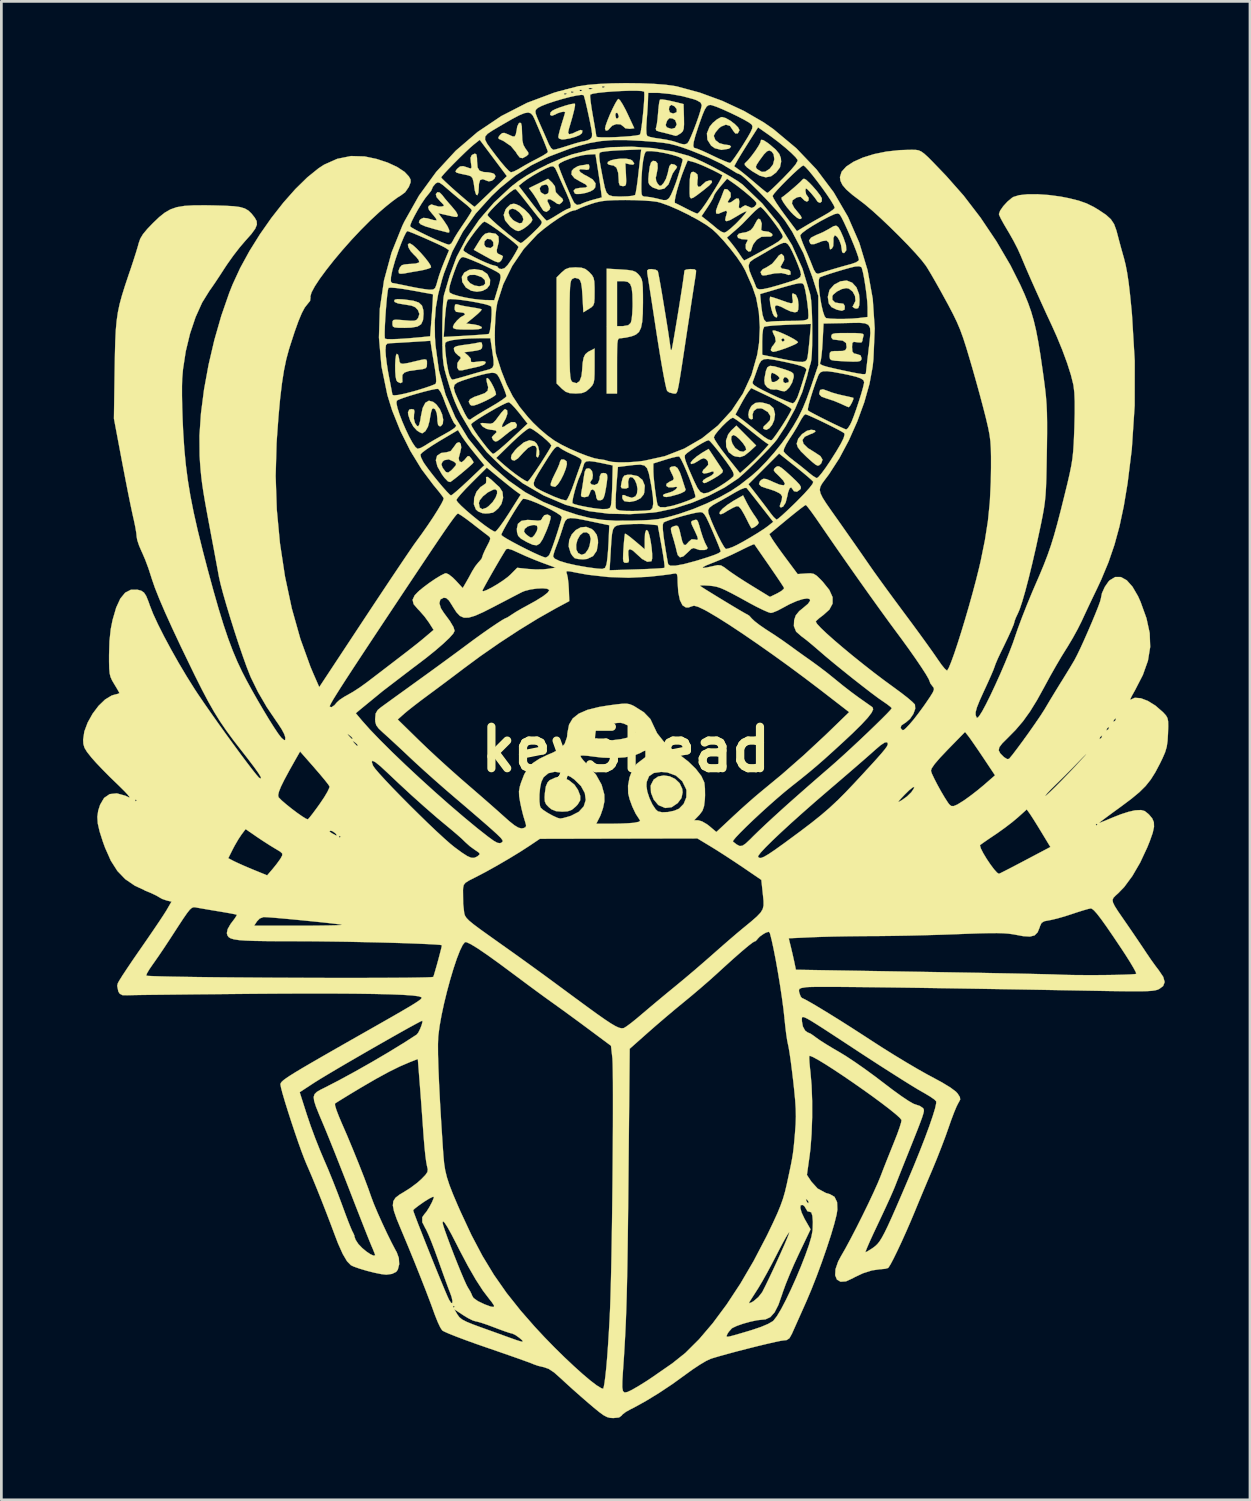
<source format=kicad_pcb>
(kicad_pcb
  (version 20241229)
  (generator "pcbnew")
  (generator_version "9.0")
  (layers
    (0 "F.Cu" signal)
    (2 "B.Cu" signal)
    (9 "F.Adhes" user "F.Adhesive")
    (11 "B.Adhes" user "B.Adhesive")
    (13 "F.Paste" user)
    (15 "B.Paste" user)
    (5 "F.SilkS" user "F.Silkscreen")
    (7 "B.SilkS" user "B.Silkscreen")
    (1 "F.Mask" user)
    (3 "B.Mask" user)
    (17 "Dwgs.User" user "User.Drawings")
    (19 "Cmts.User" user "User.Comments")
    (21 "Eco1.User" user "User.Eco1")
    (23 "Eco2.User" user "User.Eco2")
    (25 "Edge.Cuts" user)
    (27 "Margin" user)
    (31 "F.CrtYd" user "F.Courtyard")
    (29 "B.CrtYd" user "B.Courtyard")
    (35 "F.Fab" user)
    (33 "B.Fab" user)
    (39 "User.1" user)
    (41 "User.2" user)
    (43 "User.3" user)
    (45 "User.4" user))
  (footprint "key5head"
    (layer "F.Cu")
    (at 19.944 24.492)
    (property "Reference" "key5head" (at 0 0 0) (layer "F.SilkS") (effects (font (size 1.524 1.524) (thickness 0.3))))
    (attr through_hole)
    (fp_poly (pts (xy -2.173 -10.589) (xy -2.16 -10.486) (xy -2.202 -10.315) (xy -2.282 -10.11) (xy -2.383 -9.909) (xy -2.489 -9.747) (xy -2.582 -9.659) (xy -2.608 -9.652) (xy -2.724 -9.68) (xy -2.758 -9.709) (xy -2.749 -9.791) (xy -2.69 -9.948) (xy -2.603 -10.128) (xy -2.504 -10.33) (xy -2.435 -10.495) (xy -2.413 -10.579) (xy -2.369 -10.655) (xy -2.271 -10.657) (xy -2.173 -10.589)) (stroke (width 0.01) (type solid)) (fill yes) (layer "F.SilkS"))
    (fp_poly (pts (xy 1.615 0.987) (xy 1.818 1.084) (xy 1.981 1.239) (xy 2.078 1.447) (xy 2.093 1.577) (xy 2.05 1.785) (xy 1.91 1.973) (xy 1.687 2.124) (xy 1.452 2.151) (xy 1.219 2.054) (xy 1.188 2.031) (xy 1.028 1.839) (xy 0.931 1.592) (xy 0.917 1.346) (xy 0.925 1.307) (xy 1.027 1.109) (xy 1.193 0.994) (xy 1.398 0.955) (xy 1.615 0.987)) (stroke (width 0.01) (type solid)) (fill yes) (layer "F.SilkS"))
    (fp_poly (pts (xy -2.339 1.036) (xy -2.095 1.126) (xy -1.883 1.295) (xy -1.753 1.487) (xy -1.67 1.705) (xy -1.671 1.867) (xy -1.762 2.02) (xy -1.837 2.1) (xy -1.98 2.219) (xy -2.133 2.274) (xy -2.335 2.286) (xy -2.562 2.268) (xy -2.724 2.203) (xy -2.824 2.123) (xy -2.925 2.017) (xy -2.972 1.91) (xy -2.98 1.757) (xy -2.97 1.605) (xy -2.936 1.365) (xy -2.871 1.212) (xy -2.797 1.132) (xy -2.583 1.034) (xy -2.339 1.036)) (stroke (width 0.01) (type solid)) (fill yes) (layer "F.SilkS"))
    (fp_poly (pts (xy -5.021 -13.6) (xy -4.937 -13.471) (xy -4.851 -13.307) (xy -4.787 -13.149) (xy -4.764 -13.049) (xy -4.817 -12.995) (xy -4.959 -12.908) (xy -5.161 -12.806) (xy -5.205 -12.786) (xy -5.438 -12.685) (xy -5.584 -12.638) (xy -5.671 -12.638) (xy -5.718 -12.672) (xy -5.77 -12.78) (xy -5.721 -12.871) (xy -5.562 -12.957) (xy -5.394 -13.014) (xy -5.18 -13.093) (xy -5.072 -13.183) (xy -5.054 -13.314) (xy -5.105 -13.51) (xy -5.119 -13.626) (xy -5.081 -13.652) (xy -5.021 -13.6)) (stroke (width 0.01) (type solid)) (fill yes) (layer "F.SilkS"))
    (fp_poly (pts (xy 7.406 -13.181) (xy 7.569 -13.119) (xy 7.799 -13.053) (xy 7.969 -13.013) (xy 8.172 -12.969) (xy 8.317 -12.935) (xy 8.369 -12.92) (xy 8.362 -12.859) (xy 8.313 -12.746) (xy 8.251 -12.635) (xy 8.201 -12.579) (xy 8.197 -12.578) (xy 8.122 -12.606) (xy 7.976 -12.672) (xy 7.906 -12.705) (xy 7.669 -12.804) (xy 7.418 -12.888) (xy 7.382 -12.898) (xy 7.195 -12.967) (xy 7.117 -13.051) (xy 7.112 -13.085) (xy 7.145 -13.21) (xy 7.249 -13.237) (xy 7.406 -13.181)) (stroke (width 0.01) (type solid)) (fill yes) (layer "F.SilkS"))
    (fp_poly (pts (xy -3.366 -11.324) (xy -3.28 -11.25) (xy -3.215 -11.129) (xy -3.181 -10.974) (xy -3.181 -10.829) (xy -3.219 -10.741) (xy -3.246 -10.732) (xy -3.289 -10.782) (xy -3.282 -10.865) (xy -3.264 -11.053) (xy -3.32 -11.153) (xy -3.434 -11.162) (xy -3.589 -11.081) (xy -3.768 -10.907) (xy -3.782 -10.89) (xy -3.959 -10.697) (xy -4.088 -10.615) (xy -4.178 -10.639) (xy -4.217 -10.707) (xy -4.195 -10.822) (xy -4.065 -10.997) (xy -3.978 -11.088) (xy -3.741 -11.285) (xy -3.539 -11.363) (xy -3.366 -11.324)) (stroke (width 0.01) (type solid)) (fill yes) (layer "F.SilkS"))
    (fp_poly (pts (xy 2.552 -21.202) (xy 2.637 -21.128) (xy 2.652 -21.006) (xy 2.639 -20.923) (xy 2.63 -20.752) (xy 2.673 -20.671) (xy 2.756 -20.694) (xy 2.797 -20.737) (xy 2.949 -20.87) (xy 3.096 -20.916) (xy 3.166 -20.897) (xy 3.17 -20.838) (xy 3.07 -20.725) (xy 2.88 -20.568) (xy 2.641 -20.385) (xy 2.487 -20.278) (xy 2.4 -20.249) (xy 2.36 -20.3) (xy 2.349 -20.433) (xy 2.349 -20.629) (xy 2.355 -20.929) (xy 2.376 -21.118) (xy 2.417 -21.213) (xy 2.485 -21.229) (xy 2.552 -21.202)) (stroke (width 0.01) (type solid)) (fill yes) (layer "F.SilkS"))
    (fp_poly (pts (xy 5.732 -18.208) (xy 5.816 -18.125) (xy 5.824 -17.988) (xy 5.752 -17.849) (xy 5.688 -17.736) (xy 5.741 -17.671) (xy 5.878 -17.653) (xy 6.004 -17.618) (xy 6.053 -17.564) (xy 6.061 -17.457) (xy 5.983 -17.435) (xy 5.888 -17.472) (xy 5.719 -17.509) (xy 5.475 -17.496) (xy 5.193 -17.436) (xy 5.174 -17.43) (xy 5.05 -17.418) (xy 4.999 -17.438) (xy 4.955 -17.544) (xy 5.035 -17.646) (xy 5.176 -17.717) (xy 5.382 -17.849) (xy 5.526 -18.019) (xy 5.625 -18.15) (xy 5.713 -18.209) (xy 5.732 -18.208)) (stroke (width 0.01) (type solid)) (fill yes) (layer "F.SilkS"))
    (fp_poly (pts (xy 0.015 -21.71) (xy 0.171 -21.681) (xy 0.241 -21.641) (xy 0.314 -21.536) (xy 0.274 -21.489) (xy 0.153 -21.502) (xy -0.012 -21.543) (xy 0.01 -21.122) (xy 0.019 -20.897) (xy 0.011 -20.771) (xy -0.022 -20.715) (xy -0.089 -20.701) (xy -0.111 -20.701) (xy -0.216 -20.727) (xy -0.252 -20.828) (xy -0.254 -20.884) (xy -0.275 -21.189) (xy -0.338 -21.379) (xy -0.445 -21.46) (xy -0.48 -21.463) (xy -0.612 -21.488) (xy -0.667 -21.527) (xy -0.653 -21.594) (xy -0.545 -21.65) (xy -0.376 -21.691) (xy -0.178 -21.712) (xy 0.015 -21.71)) (stroke (width 0.01) (type solid)) (fill yes) (layer "F.SilkS"))
    (fp_poly (pts (xy 6.952 -11.729) (xy 6.973 -11.682) (xy 6.879 -11.62) (xy 6.784 -11.586) (xy 6.579 -11.492) (xy 6.496 -11.373) (xy 6.535 -11.232) (xy 6.696 -11.075) (xy 6.957 -10.913) (xy 7.158 -10.778) (xy 7.234 -10.649) (xy 7.19 -10.52) (xy 7.163 -10.49) (xy 7.108 -10.441) (xy 7.055 -10.429) (xy 6.98 -10.465) (xy 6.859 -10.561) (xy 6.67 -10.73) (xy 6.65 -10.749) (xy 6.44 -10.954) (xy 6.323 -11.109) (xy 6.285 -11.234) (xy 6.285 -11.243) (xy 6.341 -11.42) (xy 6.48 -11.588) (xy 6.66 -11.71) (xy 6.814 -11.748) (xy 6.952 -11.729)) (stroke (width 0.01) (type solid)) (fill yes) (layer "F.SilkS"))
    (fp_poly (pts (xy -5.279 -17.607) (xy -5.083 -17.47) (xy -4.982 -17.262) (xy -4.992 -17.081) (xy -5.096 -16.942) (xy -5.264 -16.852) (xy -5.468 -16.821) (xy -5.678 -16.858) (xy -5.865 -16.972) (xy -5.877 -16.983) (xy -6.006 -17.179) (xy -6.022 -17.367) (xy -6.02 -17.37) (xy -5.83 -17.37) (xy -5.824 -17.258) (xy -5.719 -17.135) (xy -5.556 -17.049) (xy -5.378 -17.02) (xy -5.231 -17.05) (xy -5.165 -17.118) (xy -5.174 -17.247) (xy -5.291 -17.357) (xy -5.496 -17.432) (xy -5.544 -17.441) (xy -5.732 -17.438) (xy -5.83 -17.37) (xy -6.02 -17.37) (xy -5.933 -17.524) (xy -5.753 -17.626) (xy -5.56 -17.653) (xy -5.279 -17.607)) (stroke (width 0.01) (type solid)) (fill yes) (layer "F.SilkS"))
    (fp_poly (pts (xy 4.431 -11.536) (xy 4.794 -11.17) (xy 4.557 -10.951) (xy 4.366 -10.799) (xy 4.203 -10.743) (xy 4.025 -10.77) (xy 3.957 -10.795) (xy 3.785 -10.925) (xy 3.694 -11.121) (xy 3.686 -11.35) (xy 3.701 -11.391) (xy 3.876 -11.391) (xy 3.92 -11.24) (xy 4.015 -11.094) (xy 4.034 -11.073) (xy 4.189 -10.963) (xy 4.327 -10.94) (xy 4.419 -11.007) (xy 4.427 -11.027) (xy 4.402 -11.118) (xy 4.312 -11.253) (xy 4.187 -11.396) (xy 4.06 -11.509) (xy 3.964 -11.557) (xy 3.962 -11.557) (xy 3.888 -11.509) (xy 3.876 -11.391) (xy 3.701 -11.391) (xy 3.765 -11.576) (xy 3.875 -11.717) (xy 4.067 -11.901) (xy 4.431 -11.536)) (stroke (width 0.01) (type solid)) (fill yes) (layer "F.SilkS"))
    (fp_poly (pts (xy -7.922 -18.594) (xy -7.825 -18.535) (xy -7.687 -18.412) (xy -7.529 -18.248) (xy -7.375 -18.071) (xy -7.246 -17.905) (xy -7.165 -17.777) (xy -7.153 -17.713) (xy -7.247 -17.67) (xy -7.423 -17.622) (xy -7.593 -17.589) (xy -7.827 -17.55) (xy -8.033 -17.513) (xy -8.131 -17.493) (xy -8.267 -17.481) (xy -8.333 -17.498) (xy -8.348 -17.588) (xy -8.302 -17.71) (xy -8.228 -17.795) (xy -8.125 -17.824) (xy -7.953 -17.841) (xy -7.894 -17.843) (xy -7.719 -17.857) (xy -7.604 -17.893) (xy -7.587 -17.908) (xy -7.607 -17.984) (xy -7.702 -18.105) (xy -7.774 -18.174) (xy -7.902 -18.313) (xy -7.982 -18.449) (xy -8.005 -18.553) (xy -7.959 -18.599) (xy -7.922 -18.594)) (stroke (width 0.01) (type solid)) (fill yes) (layer "F.SilkS"))
    (fp_poly (pts (xy -3.844 -23.012) (xy -3.818 -22.894) (xy -3.81 -22.667) (xy -3.81 -22.652) (xy -3.799 -22.394) (xy -3.761 -22.219) (xy -3.683 -22.081) (xy -3.672 -22.066) (xy -3.584 -21.946) (xy -3.573 -21.877) (xy -3.636 -21.815) (xy -3.652 -21.804) (xy -3.786 -21.73) (xy -3.888 -21.749) (xy -3.988 -21.872) (xy -4.032 -21.949) (xy -4.219 -22.175) (xy -4.499 -22.365) (xy -4.665 -22.439) (xy -4.679 -22.496) (xy -4.621 -22.579) (xy -4.54 -22.65) (xy -4.459 -22.658) (xy -4.326 -22.606) (xy -4.288 -22.588) (xy -4.16 -22.531) (xy -4.084 -22.526) (xy -4.04 -22.596) (xy -4.006 -22.76) (xy -3.987 -22.886) (xy -3.935 -23.001) (xy -3.889 -23.035) (xy -3.844 -23.012)) (stroke (width 0.01) (type solid)) (fill yes) (layer "F.SilkS"))
    (fp_poly (pts (xy 4.45 -9.066) (xy 4.571 -8.849) (xy 4.703 -8.641) (xy 4.738 -8.593) (xy 4.835 -8.448) (xy 4.887 -8.341) (xy 4.889 -8.325) (xy 4.842 -8.255) (xy 4.739 -8.176) (xy 4.64 -8.131) (xy 4.624 -8.131) (xy 4.588 -8.184) (xy 4.516 -8.318) (xy 4.46 -8.432) (xy 4.358 -8.631) (xy 4.261 -8.798) (xy 4.222 -8.854) (xy 4.151 -8.931) (xy 4.077 -8.94) (xy 3.949 -8.885) (xy 3.921 -8.87) (xy 3.75 -8.776) (xy 3.614 -8.691) (xy 3.607 -8.686) (xy 3.5 -8.643) (xy 3.451 -8.656) (xy 3.458 -8.729) (xy 3.558 -8.845) (xy 3.732 -8.987) (xy 3.961 -9.137) (xy 4.014 -9.167) (xy 4.314 -9.337) (xy 4.45 -9.066)) (stroke (width 0.01) (type solid)) (fill yes) (layer "F.SilkS"))
    (fp_poly (pts (xy 5.033 -12.744) (xy 5.284 -12.674) (xy 5.432 -12.54) (xy 5.486 -12.332) (xy 5.486 -12.296) (xy 5.456 -12.1) (xy 5.38 -11.927) (xy 5.276 -11.801) (xy 5.167 -11.744) (xy 5.071 -11.779) (xy 5.053 -11.804) (xy 5.074 -11.874) (xy 5.175 -11.964) (xy 5.176 -11.964) (xy 5.302 -12.101) (xy 5.316 -12.254) (xy 5.225 -12.4) (xy 5.037 -12.515) (xy 4.976 -12.536) (xy 4.823 -12.529) (xy 4.705 -12.439) (xy 4.66 -12.301) (xy 4.669 -12.249) (xy 4.669 -12.15) (xy 4.608 -12.129) (xy 4.531 -12.179) (xy 4.507 -12.302) (xy 4.534 -12.458) (xy 4.61 -12.605) (xy 4.643 -12.644) (xy 4.766 -12.733) (xy 4.92 -12.755) (xy 5.033 -12.744)) (stroke (width 0.01) (type solid)) (fill yes) (layer "F.SilkS"))
    (fp_poly (pts (xy 5.48 -15.394) (xy 5.629 -15.345) (xy 5.82 -15.265) (xy 6.018 -15.17) (xy 6.191 -15.076) (xy 6.305 -14.999) (xy 6.332 -14.96) (xy 6.267 -14.911) (xy 6.117 -14.84) (xy 5.919 -14.76) (xy 5.71 -14.686) (xy 5.526 -14.631) (xy 5.413 -14.61) (xy 5.342 -14.655) (xy 5.334 -14.692) (xy 5.379 -14.804) (xy 5.429 -14.859) (xy 5.517 -14.995) (xy 5.507 -15.05) (xy 5.715 -15.05) (xy 5.763 -14.988) (xy 5.779 -14.986) (xy 5.84 -15.034) (xy 5.842 -15.05) (xy 5.794 -15.111) (xy 5.779 -15.113) (xy 5.717 -15.065) (xy 5.715 -15.05) (xy 5.507 -15.05) (xy 5.487 -15.166) (xy 5.448 -15.238) (xy 5.401 -15.348) (xy 5.406 -15.397) (xy 5.48 -15.394)) (stroke (width 0.01) (type solid)) (fill yes) (layer "F.SilkS"))
    (fp_poly (pts (xy -0.206 -23.854) (xy -0.112 -23.709) (xy 0.001 -23.499) (xy 0.064 -23.368) (xy 0.316 -22.828) (xy 0.147 -22.807) (xy -0.012 -22.827) (xy -0.077 -22.887) (xy -0.186 -22.97) (xy -0.344 -22.982) (xy -0.493 -22.925) (xy -0.557 -22.86) (xy -0.649 -22.758) (xy -0.728 -22.739) (xy -0.761 -22.812) (xy -0.761 -22.812) (xy -0.735 -22.93) (xy -0.67 -23.113) (xy -0.59 -23.308) (xy -0.381 -23.308) (xy -0.355 -23.203) (xy -0.318 -23.177) (xy -0.261 -23.229) (xy -0.254 -23.269) (xy -0.293 -23.377) (xy -0.318 -23.4) (xy -0.367 -23.38) (xy -0.381 -23.308) (xy -0.59 -23.308) (xy -0.581 -23.33) (xy -0.481 -23.55) (xy -0.384 -23.74) (xy -0.306 -23.869) (xy -0.265 -23.908) (xy -0.206 -23.854)) (stroke (width 0.01) (type solid)) (fill yes) (layer "F.SilkS"))
    (fp_poly (pts (xy -8.366 -14.509) (xy -8.333 -14.387) (xy -8.33 -14.367) (xy -8.314 -14.252) (xy -8.275 -14.189) (xy -8.188 -14.172) (xy -8.027 -14.197) (xy -7.779 -14.254) (xy -7.539 -14.312) (xy -7.397 -14.337) (xy -7.327 -14.325) (xy -7.304 -14.271) (xy -7.303 -14.171) (xy -7.303 -14.17) (xy -7.31 -14.069) (xy -7.351 -14.011) (xy -7.455 -13.977) (xy -7.651 -13.952) (xy -7.693 -13.947) (xy -7.966 -13.908) (xy -8.13 -13.851) (xy -8.205 -13.765) (xy -8.21 -13.638) (xy -8.207 -13.62) (xy -8.206 -13.498) (xy -8.279 -13.462) (xy -8.281 -13.462) (xy -8.39 -13.514) (xy -8.428 -13.572) (xy -8.456 -13.706) (xy -8.47 -13.903) (xy -8.472 -14.125) (xy -8.462 -14.331) (xy -8.441 -14.483) (xy -8.414 -14.541) (xy -8.366 -14.509)) (stroke (width 0.01) (type solid)) (fill yes) (layer "F.SilkS"))
    (fp_poly (pts (xy -1.353 -21.497) (xy -1.333 -21.408) (xy -1.352 -21.319) (xy -1.432 -21.299) (xy -1.524 -21.314) (xy -1.671 -21.324) (xy -1.714 -21.284) (xy -1.66 -21.21) (xy -1.515 -21.116) (xy -1.433 -21.077) (xy -1.212 -20.946) (xy -1.106 -20.802) (xy -1.12 -20.656) (xy -1.184 -20.574) (xy -1.303 -20.506) (xy -1.479 -20.45) (xy -1.666 -20.415) (xy -1.814 -20.412) (xy -1.869 -20.432) (xy -1.916 -20.531) (xy -1.85 -20.604) (xy -1.687 -20.637) (xy -1.651 -20.637) (xy -1.468 -20.652) (xy -1.409 -20.695) (xy -1.473 -20.766) (xy -1.655 -20.861) (xy -1.884 -20.995) (xy -1.994 -21.131) (xy -1.981 -21.265) (xy -1.906 -21.348) (xy -1.762 -21.433) (xy -1.649 -21.463) (xy -1.49 -21.484) (xy -1.434 -21.502) (xy -1.353 -21.497)) (stroke (width 0.01) (type solid)) (fill yes) (layer "F.SilkS"))
    (fp_poly (pts (xy 0.444 -10.045) (xy 0.617 -9.903) (xy 0.702 -9.695) (xy 0.682 -9.44) (xy 0.659 -9.369) (xy 0.548 -9.234) (xy 0.359 -9.137) (xy 0.143 -9.095) (xy -0.048 -9.123) (xy -0.115 -9.205) (xy -0.127 -9.273) (xy -0.115 -9.349) (xy -0.055 -9.349) (xy 0.04 -9.304) (xy 0.229 -9.247) (xy 0.359 -9.302) (xy 0.415 -9.405) (xy 0.434 -9.569) (xy 0.405 -9.74) (xy 0.343 -9.889) (xy 0.263 -9.99) (xy 0.178 -10.013) (xy 0.122 -9.965) (xy 0.088 -9.834) (xy 0.096 -9.731) (xy 0.1 -9.626) (xy 0.022 -9.591) (xy -0.036 -9.588) (xy -0.145 -9.6) (xy -0.177 -9.66) (xy -0.156 -9.795) (xy -0.111 -9.976) (xy -0.05 -10.064) (xy 0.063 -10.094) (xy 0.194 -10.097) (xy 0.444 -10.045)) (stroke (width 0.01) (type solid)) (fill yes) (layer "F.SilkS"))
    (fp_poly (pts (xy 1.102 -21.617) (xy 1.102 -21.616) (xy 1.169 -21.535) (xy 1.176 -21.361) (xy 1.124 -21.085) (xy 1.105 -21.015) (xy 1.121 -20.892) (xy 1.174 -20.793) (xy 1.247 -20.712) (xy 1.306 -20.72) (xy 1.394 -20.815) (xy 1.481 -20.97) (xy 1.547 -21.179) (xy 1.559 -21.243) (xy 1.606 -21.438) (xy 1.678 -21.517) (xy 1.791 -21.494) (xy 1.836 -21.468) (xy 1.89 -21.41) (xy 1.847 -21.334) (xy 1.82 -21.306) (xy 1.724 -21.162) (xy 1.675 -21.03) (xy 1.573 -20.767) (xy 1.419 -20.612) (xy 1.225 -20.571) (xy 1.004 -20.649) (xy 0.959 -20.679) (xy 0.877 -20.748) (xy 0.837 -20.832) (xy 0.832 -20.97) (xy 0.85 -21.168) (xy 0.885 -21.426) (xy 0.932 -21.574) (xy 1.001 -21.632) (xy 1.102 -21.617)) (stroke (width 0.01) (type solid)) (fill yes) (layer "F.SilkS"))
    (fp_poly (pts (xy 1.903 -10.344) (xy 1.992 -10.18) (xy 2.058 -9.993) (xy 2.125 -9.783) (xy 2.179 -9.617) (xy 2.204 -9.545) (xy 2.165 -9.483) (xy 2.02 -9.411) (xy 1.899 -9.37) (xy 1.651 -9.302) (xy 1.497 -9.276) (xy 1.409 -9.289) (xy 1.37 -9.328) (xy 1.4 -9.375) (xy 1.521 -9.418) (xy 1.55 -9.424) (xy 1.723 -9.482) (xy 1.848 -9.565) (xy 1.851 -9.569) (xy 1.896 -9.637) (xy 1.856 -9.653) (xy 1.736 -9.634) (xy 1.576 -9.632) (xy 1.492 -9.685) (xy 1.501 -9.764) (xy 1.617 -9.842) (xy 1.62 -9.843) (xy 1.734 -9.894) (xy 1.769 -9.954) (xy 1.731 -10.064) (xy 1.681 -10.164) (xy 1.621 -10.296) (xy 1.626 -10.359) (xy 1.681 -10.39) (xy 1.805 -10.408) (xy 1.903 -10.344)) (stroke (width 0.01) (type solid)) (fill yes) (layer "F.SilkS"))
    (fp_poly (pts (xy 3.674 -23.204) (xy 3.841 -23.11) (xy 4.004 -22.987) (xy 4.129 -22.862) (xy 4.18 -22.762) (xy 4.179 -22.751) (xy 4.12 -22.641) (xy 4.03 -22.637) (xy 3.947 -22.74) (xy 3.941 -22.754) (xy 3.832 -22.915) (xy 3.681 -22.961) (xy 3.503 -22.889) (xy 3.423 -22.823) (xy 3.305 -22.684) (xy 3.242 -22.563) (xy 3.239 -22.54) (xy 3.296 -22.393) (xy 3.442 -22.28) (xy 3.639 -22.226) (xy 3.672 -22.225) (xy 3.821 -22.204) (xy 3.872 -22.153) (xy 3.812 -22.09) (xy 3.773 -22.073) (xy 3.517 -22.033) (xy 3.273 -22.096) (xy 3.14 -22.19) (xy 3.003 -22.405) (xy 2.985 -22.642) (xy 3.084 -22.884) (xy 3.2 -23.025) (xy 3.354 -23.154) (xy 3.493 -23.231) (xy 3.54 -23.241) (xy 3.674 -23.204)) (stroke (width 0.01) (type solid)) (fill yes) (layer "F.SilkS"))
    (fp_poly (pts (xy -4.031 -20.04) (xy -3.883 -19.968) (xy -3.715 -19.839) (xy -3.561 -19.686) (xy -3.455 -19.542) (xy -3.429 -19.461) (xy -3.479 -19.366) (xy -3.602 -19.246) (xy -3.756 -19.134) (xy -3.9 -19.061) (xy -3.958 -19.05) (xy -4.069 -19.091) (xy -4.214 -19.192) (xy -4.251 -19.225) (xy -4.43 -19.44) (xy -4.484 -19.644) (xy -4.453 -19.732) (xy -4.308 -19.732) (xy -4.263 -19.598) (xy -4.148 -19.464) (xy -4.08 -19.416) (xy -3.91 -19.335) (xy -3.808 -19.353) (xy -3.759 -19.474) (xy -3.759 -19.476) (xy -3.794 -19.6) (xy -3.904 -19.736) (xy -4.047 -19.841) (xy -4.164 -19.875) (xy -4.277 -19.834) (xy -4.308 -19.732) (xy -4.453 -19.732) (xy -4.414 -19.844) (xy -4.365 -19.908) (xy -4.241 -20.026) (xy -4.122 -20.055) (xy -4.031 -20.04)) (stroke (width 0.01) (type solid)) (fill yes) (layer "F.SilkS"))
    (fp_poly (pts (xy -1.249 -8.101) (xy -1.172 -8.036) (xy -1.064 -7.888) (xy -1.02 -7.702) (xy -1.016 -7.588) (xy -1.063 -7.304) (xy -1.199 -7.106) (xy -1.417 -7.001) (xy -1.569 -6.986) (xy -1.745 -6.998) (xy -1.867 -7.027) (xy -1.88 -7.034) (xy -1.963 -7.124) (xy -2.022 -7.219) (xy -2.096 -7.46) (xy -2.091 -7.526) (xy -1.82 -7.526) (xy -1.815 -7.348) (xy -1.748 -7.218) (xy -1.617 -7.152) (xy -1.488 -7.202) (xy -1.376 -7.36) (xy -1.327 -7.489) (xy -1.283 -7.739) (xy -1.33 -7.904) (xy -1.433 -7.98) (xy -1.562 -7.972) (xy -1.679 -7.871) (xy -1.77 -7.711) (xy -1.82 -7.526) (xy -2.091 -7.526) (xy -2.077 -7.693) (xy -1.984 -7.9) (xy -1.836 -8.062) (xy -1.652 -8.162) (xy -1.45 -8.18) (xy -1.249 -8.101)) (stroke (width 0.01) (type solid)) (fill yes) (layer "F.SilkS"))
    (fp_poly (pts (xy 7.813 -19.194) (xy 7.896 -19.051) (xy 7.999 -18.817) (xy 8.096 -18.536) (xy 8.108 -18.346) (xy 8.034 -18.247) (xy 8.017 -18.24) (xy 7.955 -18.272) (xy 7.938 -18.381) (xy 7.913 -18.544) (xy 7.852 -18.708) (xy 7.774 -18.836) (xy 7.698 -18.891) (xy 7.675 -18.886) (xy 7.635 -18.8) (xy 7.635 -18.66) (xy 7.627 -18.497) (xy 7.577 -18.406) (xy 7.51 -18.376) (xy 7.492 -18.455) (xy 7.465 -18.63) (xy 7.379 -18.703) (xy 7.219 -18.681) (xy 7.115 -18.638) (xy 6.926 -18.569) (xy 6.814 -18.57) (xy 6.784 -18.591) (xy 6.737 -18.701) (xy 6.812 -18.808) (xy 7.004 -18.906) (xy 7.025 -18.914) (xy 7.247 -19.008) (xy 7.472 -19.13) (xy 7.503 -19.149) (xy 7.639 -19.229) (xy 7.735 -19.249) (xy 7.813 -19.194)) (stroke (width 0.01) (type solid)) (fill yes) (layer "F.SilkS"))
    (fp_poly (pts (xy -4.78 -18.954) (xy -4.674 -18.85) (xy -4.663 -18.666) (xy -4.695 -18.531) (xy -4.738 -18.357) (xy -4.731 -18.262) (xy -4.688 -18.217) (xy -4.585 -18.168) (xy -4.556 -18.162) (xy -4.511 -18.119) (xy -4.549 -18.011) (xy -4.588 -17.955) (xy -4.638 -17.91) (xy -4.708 -17.905) (xy -4.824 -17.947) (xy -5.012 -18.044) (xy -5.124 -18.106) (xy -5.582 -18.36) (xy -5.46 -18.557) (xy -5.202 -18.557) (xy -5.143 -18.465) (xy -5.128 -18.457) (xy -4.969 -18.424) (xy -4.878 -18.488) (xy -4.862 -18.522) (xy -4.868 -18.651) (xy -4.956 -18.747) (xy -5.084 -18.765) (xy -5.1 -18.76) (xy -5.186 -18.676) (xy -5.202 -18.557) (xy -5.46 -18.557) (xy -5.389 -18.673) (xy -5.268 -18.854) (xy -5.169 -18.949) (xy -5.058 -18.983) (xy -4.987 -18.986) (xy -4.78 -18.954)) (stroke (width 0.01) (type solid)) (fill yes) (layer "F.SilkS"))
    (fp_poly (pts (xy 6.256 -16.706) (xy 6.329 -16.545) (xy 6.35 -16.339) (xy 6.342 -16.166) (xy 6.306 -16.087) (xy 6.224 -16.066) (xy 6.207 -16.066) (xy 6.058 -16.099) (xy 5.881 -16.179) (xy 5.856 -16.193) (xy 5.695 -16.276) (xy 5.566 -16.318) (xy 5.55 -16.32) (xy 5.493 -16.299) (xy 5.487 -16.222) (xy 5.532 -16.065) (xy 5.572 -15.954) (xy 5.558 -15.883) (xy 5.53 -15.875) (xy 5.455 -15.927) (xy 5.405 -16.018) (xy 5.35 -16.2) (xy 5.311 -16.389) (xy 5.295 -16.545) (xy 5.306 -16.631) (xy 5.316 -16.637) (xy 5.4 -16.617) (xy 5.562 -16.564) (xy 5.715 -16.51) (xy 5.946 -16.428) (xy 6.08 -16.395) (xy 6.139 -16.414) (xy 6.144 -16.488) (xy 6.128 -16.573) (xy 6.114 -16.705) (xy 6.139 -16.764) (xy 6.142 -16.764) (xy 6.256 -16.706)) (stroke (width 0.01) (type solid)) (fill yes) (layer "F.SilkS"))
    (fp_poly (pts (xy 8.324 -17.153) (xy 8.481 -16.981) (xy 8.575 -16.731) (xy 8.594 -16.537) (xy 8.584 -16.325) (xy 8.545 -16.219) (xy 8.467 -16.2) (xy 8.406 -16.218) (xy 8.336 -16.271) (xy 8.371 -16.334) (xy 8.444 -16.485) (xy 8.428 -16.663) (xy 8.342 -16.826) (xy 8.204 -16.934) (xy 8.104 -16.954) (xy 7.939 -16.918) (xy 7.762 -16.828) (xy 7.628 -16.716) (xy 7.595 -16.663) (xy 7.596 -16.524) (xy 7.694 -16.426) (xy 7.858 -16.397) (xy 7.865 -16.398) (xy 8.001 -16.38) (xy 8.052 -16.297) (xy 8.045 -16.166) (xy 7.948 -16.121) (xy 7.758 -16.161) (xy 7.758 -16.161) (xy 7.564 -16.256) (xy 7.463 -16.392) (xy 7.431 -16.608) (xy 7.43 -16.642) (xy 7.489 -16.885) (xy 7.661 -17.081) (xy 7.89 -17.203) (xy 8.121 -17.233) (xy 8.324 -17.153)) (stroke (width 0.01) (type solid)) (fill yes) (layer "F.SilkS"))
    (fp_poly (pts (xy 0.827 -8.007) (xy 0.875 -7.857) (xy 0.918 -7.648) (xy 0.953 -7.416) (xy 0.972 -7.195) (xy 0.973 -7.019) (xy 0.95 -6.922) (xy 0.943 -6.916) (xy 0.796 -6.897) (xy 0.606 -6.998) (xy 0.439 -7.149) (xy 0.262 -7.311) (xy 0.149 -7.364) (xy 0.095 -7.307) (xy 0.098 -7.141) (xy 0.103 -7.112) (xy 0.121 -6.949) (xy 0.1 -6.876) (xy 0.025 -6.858) (xy 0.014 -6.858) (xy -0.049 -6.866) (xy -0.084 -6.907) (xy -0.097 -7.006) (xy -0.093 -7.189) (xy -0.081 -7.382) (xy -0.063 -7.626) (xy -0.044 -7.816) (xy -0.029 -7.92) (xy -0.025 -7.931) (xy 0.03 -7.905) (xy 0.155 -7.814) (xy 0.323 -7.676) (xy 0.348 -7.656) (xy 0.699 -7.356) (xy 0.699 -7.71) (xy 0.71 -7.937) (xy 0.747 -8.049) (xy 0.78 -8.065) (xy 0.827 -8.007)) (stroke (width 0.01) (type solid)) (fill yes) (layer "F.SilkS"))
    (fp_poly (pts (xy 4.944 -19.473) (xy 4.952 -19.464) (xy 5 -19.326) (xy 4.991 -19.21) (xy 4.979 -19.091) (xy 5.041 -19.052) (xy 5.074 -19.05) (xy 5.26 -19.023) (xy 5.376 -18.953) (xy 5.397 -18.897) (xy 5.34 -18.847) (xy 5.179 -18.847) (xy 4.991 -18.84) (xy 4.837 -18.747) (xy 4.798 -18.71) (xy 4.688 -18.566) (xy 4.636 -18.43) (xy 4.636 -18.418) (xy 4.598 -18.312) (xy 4.516 -18.296) (xy 4.433 -18.369) (xy 4.412 -18.418) (xy 4.411 -18.564) (xy 4.448 -18.64) (xy 4.486 -18.718) (xy 4.469 -18.739) (xy 4.367 -18.747) (xy 4.255 -18.755) (xy 4.132 -18.798) (xy 4.098 -18.879) (xy 4.157 -18.952) (xy 4.223 -18.972) (xy 4.449 -19.016) (xy 4.589 -19.081) (xy 4.687 -19.191) (xy 4.748 -19.304) (xy 4.831 -19.455) (xy 4.889 -19.506) (xy 4.944 -19.473)) (stroke (width 0.01) (type solid)) (fill yes) (layer "F.SilkS"))
    (fp_poly (pts (xy -8.2 -16.541) (xy -8.112 -16.533) (xy -7.804 -16.49) (xy -7.602 -16.422) (xy -7.487 -16.313) (xy -7.437 -16.148) (xy -7.429 -16.01) (xy -7.448 -15.78) (xy -7.517 -15.628) (xy -7.656 -15.54) (xy -7.885 -15.501) (xy -8.117 -15.494) (xy -8.353 -15.496) (xy -8.489 -15.509) (xy -8.553 -15.542) (xy -8.571 -15.606) (xy -8.572 -15.653) (xy -8.568 -15.736) (xy -8.534 -15.781) (xy -8.445 -15.794) (xy -8.272 -15.784) (xy -8.135 -15.772) (xy -7.902 -15.753) (xy -7.762 -15.757) (xy -7.683 -15.788) (xy -7.632 -15.853) (xy -7.622 -15.871) (xy -7.581 -16.005) (xy -7.632 -16.139) (xy -7.644 -16.158) (xy -7.732 -16.25) (xy -7.872 -16.309) (xy -8.099 -16.348) (xy -8.125 -16.351) (xy -8.367 -16.391) (xy -8.489 -16.444) (xy -8.509 -16.484) (xy -8.483 -16.531) (xy -8.388 -16.549) (xy -8.2 -16.541)) (stroke (width 0.01) (type solid)) (fill yes) (layer "F.SilkS"))
    (fp_poly (pts (xy -6.175 -16.352) (xy -6.053 -16.319) (xy -5.856 -16.28) (xy -5.692 -16.254) (xy -5.489 -16.221) (xy -5.342 -16.19) (xy -5.292 -16.172) (xy -5.322 -16.12) (xy -5.428 -16.015) (xy -5.564 -15.898) (xy -5.864 -15.653) (xy -5.588 -15.621) (xy -5.414 -15.585) (xy -5.303 -15.532) (xy -5.286 -15.51) (xy -5.307 -15.469) (xy -5.413 -15.444) (xy -5.619 -15.432) (xy -5.805 -15.431) (xy -6.075 -15.434) (xy -6.241 -15.448) (xy -6.325 -15.477) (xy -6.35 -15.523) (xy -6.35 -15.529) (xy -6.306 -15.631) (xy -6.201 -15.761) (xy -6.076 -15.878) (xy -5.972 -15.937) (xy -5.96 -15.938) (xy -5.907 -15.987) (xy -5.905 -16.002) (xy -5.961 -16.047) (xy -6.094 -16.065) (xy -6.096 -16.066) (xy -6.232 -16.082) (xy -6.282 -16.155) (xy -6.287 -16.231) (xy -6.27 -16.347) (xy -6.205 -16.363) (xy -6.175 -16.352)) (stroke (width 0.01) (type solid)) (fill yes) (layer "F.SilkS"))
    (fp_poly (pts (xy -1.863 -23.728) (xy -1.863 -23.653) (xy -1.899 -23.478) (xy -1.964 -23.225) (xy -2.054 -22.915) (xy -2.086 -22.812) (xy -2.116 -22.666) (xy -2.077 -22.609) (xy -1.958 -22.635) (xy -1.816 -22.703) (xy -1.658 -22.767) (xy -1.591 -22.745) (xy -1.606 -22.649) (xy -1.685 -22.584) (xy -1.847 -22.515) (xy -2.052 -22.456) (xy -2.257 -22.421) (xy -2.346 -22.416) (xy -2.451 -22.452) (xy -2.477 -22.505) (xy -2.458 -22.609) (xy -2.411 -22.792) (xy -2.35 -22.997) (xy -2.286 -23.203) (xy -2.241 -23.354) (xy -2.223 -23.416) (xy -2.271 -23.438) (xy -2.385 -23.42) (xy -2.517 -23.374) (xy -2.585 -23.336) (xy -2.71 -23.287) (xy -2.778 -23.321) (xy -2.765 -23.405) (xy -2.699 -23.471) (xy -2.584 -23.531) (xy -2.407 -23.599) (xy -2.208 -23.664) (xy -2.025 -23.713) (xy -1.897 -23.734) (xy -1.863 -23.728)) (stroke (width 0.01) (type solid)) (fill yes) (layer "F.SilkS"))
    (fp_poly (pts (xy -5.289 -14.948) (xy -5.271 -14.842) (xy -5.283 -14.748) (xy -5.343 -14.693) (xy -5.481 -14.658) (xy -5.604 -14.64) (xy -5.937 -14.595) (xy -5.79 -14.475) (xy -5.696 -14.366) (xy -5.687 -14.281) (xy -5.682 -14.239) (xy -5.579 -14.234) (xy -5.438 -14.251) (xy -5.252 -14.27) (xy -5.162 -14.253) (xy -5.144 -14.209) (xy -5.204 -14.143) (xy -5.375 -14.078) (xy -5.509 -14.046) (xy -5.734 -13.997) (xy -5.925 -13.953) (xy -6.011 -13.932) (xy -6.13 -13.935) (xy -6.191 -14.032) (xy -6.183 -14.202) (xy -6.128 -14.287) (xy -6.059 -14.379) (xy -6.085 -14.435) (xy -6.146 -14.471) (xy -6.263 -14.582) (xy -6.304 -14.667) (xy -6.315 -14.737) (xy -6.287 -14.786) (xy -6.199 -14.822) (xy -6.029 -14.855) (xy -5.755 -14.892) (xy -5.755 -14.892) (xy -5.554 -14.923) (xy -5.4 -14.954) (xy -5.358 -14.966) (xy -5.289 -14.948)) (stroke (width 0.01) (type solid)) (fill yes) (layer "F.SilkS"))
    (fp_poly (pts (xy -2.701 -20.83) (xy -2.6 -20.695) (xy -2.587 -20.589) (xy -2.566 -20.476) (xy -2.44 -20.343) (xy -2.325 -20.241) (xy -2.3 -20.172) (xy -2.353 -20.099) (xy -2.355 -20.097) (xy -2.433 -20.038) (xy -2.514 -20.053) (xy -2.623 -20.131) (xy -2.769 -20.217) (xy -2.861 -20.221) (xy -2.879 -20.15) (xy -2.828 -20.05) (xy -2.77 -19.921) (xy -2.804 -19.832) (xy -2.916 -19.754) (xy -3.026 -19.8) (xy -3.136 -19.97) (xy -3.144 -19.987) (xy -3.259 -20.202) (xy -3.393 -20.41) (xy -3.405 -20.427) (xy -3.556 -20.628) (xy -3.554 -20.629) (xy -3.162 -20.629) (xy -3.135 -20.504) (xy -3.099 -20.46) (xy -2.972 -20.388) (xy -2.867 -20.425) (xy -2.835 -20.479) (xy -2.822 -20.606) (xy -2.861 -20.721) (xy -2.923 -20.765) (xy -3.086 -20.726) (xy -3.162 -20.629) (xy -3.554 -20.629) (xy -2.852 -20.972) (xy -2.701 -20.83)) (stroke (width 0.01) (type solid)) (fill yes) (layer "F.SilkS"))
    (fp_poly (pts (xy -1.307 -10.312) (xy -1.237 -10.227) (xy -1.207 -10.083) (xy -1.224 -9.941) (xy -1.271 -9.874) (xy -1.31 -9.805) (xy -1.254 -9.74) (xy -1.146 -9.716) (xy -1.024 -9.772) (xy -0.96 -9.931) (xy -0.953 -10.038) (xy -0.905 -10.141) (xy -0.829 -10.16) (xy -0.736 -10.149) (xy -0.686 -10.101) (xy -0.674 -9.992) (xy -0.695 -9.798) (xy -0.723 -9.62) (xy -0.767 -9.383) (xy -0.811 -9.244) (xy -0.867 -9.177) (xy -0.934 -9.156) (xy -1.031 -9.164) (xy -1.077 -9.248) (xy -1.091 -9.347) (xy -1.135 -9.496) (xy -1.209 -9.558) (xy -1.283 -9.524) (xy -1.322 -9.414) (xy -1.376 -9.301) (xy -1.505 -9.271) (xy -1.613 -9.283) (xy -1.644 -9.344) (xy -1.624 -9.477) (xy -1.589 -9.672) (xy -1.554 -9.91) (xy -1.543 -9.987) (xy -1.507 -10.202) (xy -1.456 -10.31) (xy -1.376 -10.332) (xy -1.307 -10.312)) (stroke (width 0.01) (type solid)) (fill yes) (layer "F.SilkS"))
    (fp_poly (pts (xy 3.288 -10.681) (xy 3.417 -10.487) (xy 3.52 -10.33) (xy 3.574 -10.245) (xy 3.549 -10.172) (xy 3.415 -10.064) (xy 3.271 -9.976) (xy 3.067 -9.862) (xy 2.946 -9.802) (xy 2.882 -9.788) (xy 2.846 -9.812) (xy 2.827 -9.841) (xy 2.854 -9.901) (xy 2.969 -9.976) (xy 3.014 -9.996) (xy 3.158 -10.072) (xy 3.235 -10.143) (xy 3.239 -10.157) (xy 3.228 -10.211) (xy 3.174 -10.215) (xy 3.04 -10.169) (xy 3.023 -10.162) (xy 2.877 -10.138) (xy 2.814 -10.184) (xy 2.852 -10.274) (xy 2.914 -10.327) (xy 3.031 -10.457) (xy 3.023 -10.587) (xy 2.955 -10.666) (xy 2.869 -10.704) (xy 2.759 -10.665) (xy 2.668 -10.605) (xy 2.524 -10.521) (xy 2.414 -10.49) (xy 2.401 -10.492) (xy 2.389 -10.543) (xy 2.465 -10.641) (xy 2.607 -10.765) (xy 2.797 -10.896) (xy 2.84 -10.922) (xy 3.047 -11.044) (xy 3.288 -10.681)) (stroke (width 0.01) (type solid)) (fill yes) (layer "F.SilkS"))
    (fp_poly (pts (xy -4.938 -9.913) (xy -4.914 -9.89) (xy -4.763 -9.749) (xy -4.637 -9.636) (xy -4.528 -9.466) (xy -4.505 -9.247) (xy -4.566 -9.023) (xy -4.676 -8.867) (xy -4.797 -8.758) (xy -4.883 -8.701) (xy -4.893 -8.7) (xy -4.995 -8.684) (xy -5.027 -8.677) (xy -5.153 -8.67) (xy -5.268 -8.683) (xy -5.423 -8.747) (xy -5.504 -8.817) (xy -5.58 -9.011) (xy -5.577 -9.056) (xy -5.397 -9.056) (xy -5.364 -8.888) (xy -5.27 -8.829) (xy -5.12 -8.881) (xy -5.04 -8.939) (xy -4.889 -9.091) (xy -4.782 -9.254) (xy -4.726 -9.402) (xy -4.727 -9.512) (xy -4.793 -9.56) (xy -4.871 -9.546) (xy -5.067 -9.447) (xy -5.243 -9.306) (xy -5.364 -9.158) (xy -5.397 -9.056) (xy -5.577 -9.056) (xy -5.569 -9.242) (xy -5.484 -9.468) (xy -5.337 -9.644) (xy -5.249 -9.7) (xy -5.133 -9.785) (xy -5.124 -9.902) (xy -5.132 -10.012) (xy -5.07 -10.015) (xy -4.938 -9.913)) (stroke (width 0.01) (type solid)) (fill yes) (layer "F.SilkS"))
    (fp_poly (pts (xy -4.356 -12.461) (xy -4.348 -12.336) (xy -4.407 -12.165) (xy -4.446 -12.095) (xy -4.539 -11.923) (xy -4.548 -11.845) (xy -4.475 -11.861) (xy -4.358 -11.943) (xy -4.198 -12.03) (xy -4.07 -12.029) (xy -4.004 -11.945) (xy -4 -11.908) (xy -4.031 -11.822) (xy -4.057 -11.811) (xy -4.132 -11.773) (xy -4.272 -11.675) (xy -4.421 -11.557) (xy -4.606 -11.407) (xy -4.721 -11.33) (xy -4.794 -11.316) (xy -4.852 -11.355) (xy -4.885 -11.393) (xy -4.919 -11.477) (xy -4.848 -11.559) (xy -4.829 -11.573) (xy -4.742 -11.663) (xy -4.776 -11.723) (xy -4.927 -11.747) (xy -4.959 -11.748) (xy -5.112 -11.781) (xy -5.253 -11.863) (xy -5.33 -11.96) (xy -5.334 -11.983) (xy -5.279 -11.997) (xy -5.143 -11.987) (xy -5.108 -11.981) (xy -4.971 -11.969) (xy -4.874 -12) (xy -4.776 -12.1) (xy -4.683 -12.227) (xy -4.564 -12.384) (xy -4.468 -12.486) (xy -4.431 -12.509) (xy -4.356 -12.461)) (stroke (width 0.01) (type solid)) (fill yes) (layer "F.SilkS"))
    (fp_poly (pts (xy -2.764 -8.575) (xy -2.759 -8.567) (xy -2.763 -8.48) (xy -2.81 -8.31) (xy -2.892 -8.086) (xy -2.93 -7.996) (xy -3.051 -7.728) (xy -3.156 -7.567) (xy -3.267 -7.502) (xy -3.409 -7.52) (xy -3.607 -7.609) (xy -3.651 -7.632) (xy -3.847 -7.745) (xy -3.952 -7.85) (xy -3.993 -7.983) (xy -3.995 -8.013) (xy -3.739 -8.013) (xy -3.679 -7.923) (xy -3.619 -7.872) (xy -3.506 -7.792) (xy -3.436 -7.792) (xy -3.356 -7.874) (xy -3.35 -7.882) (xy -3.265 -8.027) (xy -3.239 -8.139) (xy -3.262 -8.224) (xy -3.357 -8.248) (xy -3.438 -8.243) (xy -3.602 -8.195) (xy -3.708 -8.109) (xy -3.739 -8.013) (xy -3.995 -8.013) (xy -4 -8.11) (xy -3.959 -8.293) (xy -3.831 -8.401) (xy -3.608 -8.436) (xy -3.412 -8.424) (xy -3.222 -8.407) (xy -3.121 -8.423) (xy -3.075 -8.48) (xy -3.066 -8.511) (xy -2.989 -8.609) (xy -2.868 -8.634) (xy -2.764 -8.575)) (stroke (width 0.01) (type solid)) (fill yes) (layer "F.SilkS"))
    (fp_poly (pts (xy -7.072 -12.771) (xy -6.956 -12.676) (xy -6.83 -12.508) (xy -6.746 -12.314) (xy -6.707 -12.124) (xy -6.72 -11.97) (xy -6.788 -11.884) (xy -6.833 -11.874) (xy -6.894 -11.922) (xy -6.92 -12.075) (xy -6.921 -12.152) (xy -6.942 -12.354) (xy -6.996 -12.489) (xy -7.011 -12.505) (xy -7.07 -12.538) (xy -7.114 -12.511) (xy -7.151 -12.403) (xy -7.19 -12.195) (xy -7.208 -12.08) (xy -7.268 -11.86) (xy -7.361 -11.697) (xy -7.467 -11.622) (xy -7.483 -11.62) (xy -7.564 -11.653) (xy -7.67 -11.72) (xy -7.801 -11.863) (xy -7.917 -12.074) (xy -7.99 -12.293) (xy -8.001 -12.39) (xy -7.953 -12.49) (xy -7.869 -12.509) (xy -7.78 -12.491) (xy -7.762 -12.412) (xy -7.778 -12.323) (xy -7.784 -12.154) (xy -7.743 -11.995) (xy -7.67 -11.891) (xy -7.625 -11.874) (xy -7.589 -11.932) (xy -7.551 -12.08) (xy -7.526 -12.24) (xy -7.462 -12.547) (xy -7.363 -12.74) (xy -7.232 -12.816) (xy -7.072 -12.771)) (stroke (width 0.01) (type solid)) (fill yes) (layer "F.SilkS"))
    (fp_poly (pts (xy -5.487 -21.867) (xy -5.464 -21.738) (xy -5.461 -21.597) (xy -5.443 -21.389) (xy -5.373 -21.271) (xy -5.223 -21.22) (xy -5.048 -21.209) (xy -4.893 -21.178) (xy -4.829 -21.148) (xy -4.783 -21.068) (xy -4.824 -20.975) (xy -4.918 -20.9) (xy -5.032 -20.877) (xy -5.084 -20.894) (xy -5.252 -20.958) (xy -5.35 -20.925) (xy -5.393 -20.784) (xy -5.397 -20.673) (xy -5.412 -20.464) (xy -5.449 -20.368) (xy -5.496 -20.388) (xy -5.542 -20.528) (xy -5.557 -20.62) (xy -5.591 -20.853) (xy -5.628 -20.989) (xy -5.687 -21.061) (xy -5.785 -21.098) (xy -5.854 -21.113) (xy -6.086 -21.161) (xy -6.214 -21.198) (xy -6.255 -21.238) (xy -6.229 -21.293) (xy -6.183 -21.346) (xy -6.086 -21.425) (xy -5.972 -21.437) (xy -5.799 -21.383) (xy -5.758 -21.366) (xy -5.686 -21.349) (xy -5.665 -21.399) (xy -5.684 -21.542) (xy -5.687 -21.557) (xy -5.703 -21.741) (xy -5.659 -21.839) (xy -5.644 -21.85) (xy -5.542 -21.898) (xy -5.487 -21.867)) (stroke (width 0.01) (type solid)) (fill yes) (layer "F.SilkS"))
    (fp_poly (pts (xy 5.056 -22.394) (xy 5.204 -22.301) (xy 5.303 -22.225) (xy 5.518 -22.04) (xy 5.644 -21.886) (xy 5.702 -21.733) (xy 5.713 -21.601) (xy 5.67 -21.392) (xy 5.529 -21.204) (xy 5.343 -21.064) (xy 5.147 -21.025) (xy 4.922 -21.088) (xy 4.644 -21.253) (xy 4.643 -21.254) (xy 4.462 -21.388) (xy 4.443 -21.408) (xy 4.782 -21.408) (xy 4.81 -21.349) (xy 4.864 -21.305) (xy 5.003 -21.225) (xy 5.129 -21.234) (xy 5.288 -21.336) (xy 5.294 -21.341) (xy 5.414 -21.497) (xy 5.464 -21.69) (xy 5.436 -21.873) (xy 5.366 -21.971) (xy 5.283 -22.012) (xy 5.194 -21.983) (xy 5.082 -21.871) (xy 4.927 -21.661) (xy 4.919 -21.65) (xy 4.817 -21.496) (xy 4.782 -21.408) (xy 4.443 -21.408) (xy 4.378 -21.476) (xy 4.375 -21.535) (xy 4.395 -21.555) (xy 4.498 -21.657) (xy 4.629 -21.816) (xy 4.764 -21.999) (xy 4.877 -22.171) (xy 4.945 -22.296) (xy 4.953 -22.329) (xy 4.976 -22.403) (xy 5.056 -22.394)) (stroke (width 0.01) (type solid)) (fill yes) (layer "F.SilkS"))
    (fp_poly (pts (xy 5.633 -10.404) (xy 5.726 -10.35) (xy 5.87 -10.231) (xy 6.058 -10.061) (xy 6.264 -9.867) (xy 6.386 -9.736) (xy 6.438 -9.648) (xy 6.433 -9.585) (xy 6.416 -9.559) (xy 6.293 -9.471) (xy 6.184 -9.49) (xy 6.135 -9.561) (xy 6.079 -9.634) (xy 6.02 -9.59) (xy 5.966 -9.442) (xy 5.943 -9.323) (xy 5.878 -9.071) (xy 5.785 -8.924) (xy 5.7 -8.89) (xy 5.661 -8.935) (xy 5.668 -8.969) (xy 5.736 -9.17) (xy 5.749 -9.292) (xy 5.706 -9.372) (xy 5.639 -9.422) (xy 5.488 -9.495) (xy 5.279 -9.568) (xy 5.191 -9.592) (xy 4.982 -9.665) (xy 4.897 -9.752) (xy 4.934 -9.857) (xy 4.989 -9.909) (xy 5.065 -9.948) (xy 5.168 -9.937) (xy 5.334 -9.87) (xy 5.427 -9.826) (xy 5.666 -9.727) (xy 5.81 -9.707) (xy 5.854 -9.759) (xy 5.793 -9.879) (xy 5.622 -10.059) (xy 5.619 -10.061) (xy 5.488 -10.188) (xy 5.441 -10.265) (xy 5.466 -10.325) (xy 5.508 -10.365) (xy 5.567 -10.405) (xy 5.633 -10.404)) (stroke (width 0.01) (type solid)) (fill yes) (layer "F.SilkS"))
    (fp_poly (pts (xy 2.618 -8.432) (xy 2.658 -8.368) (xy 2.705 -8.225) (xy 2.759 -8.033) (xy 2.832 -7.804) (xy 2.909 -7.607) (xy 2.958 -7.51) (xy 3.013 -7.404) (xy 2.975 -7.354) (xy 2.896 -7.33) (xy 2.718 -7.329) (xy 2.602 -7.367) (xy 2.501 -7.403) (xy 2.412 -7.371) (xy 2.291 -7.254) (xy 2.282 -7.245) (xy 2.116 -7.094) (xy 1.995 -7.06) (xy 1.914 -7.142) (xy 1.881 -7.255) (xy 1.838 -7.438) (xy 1.774 -7.672) (xy 1.737 -7.796) (xy 1.677 -7.997) (xy 1.66 -8.111) (xy 1.692 -8.169) (xy 1.78 -8.206) (xy 1.813 -8.216) (xy 1.888 -8.224) (xy 1.939 -8.178) (xy 1.982 -8.052) (xy 2.022 -7.874) (xy 2.08 -7.639) (xy 2.138 -7.522) (xy 2.206 -7.514) (xy 2.294 -7.606) (xy 2.309 -7.626) (xy 2.423 -7.723) (xy 2.534 -7.717) (xy 2.624 -7.699) (xy 2.656 -7.731) (xy 2.629 -7.833) (xy 2.543 -8.024) (xy 2.516 -8.079) (xy 2.433 -8.254) (xy 2.405 -8.349) (xy 2.43 -8.394) (xy 2.491 -8.418) (xy 2.567 -8.441) (xy 2.618 -8.432)) (stroke (width 0.01) (type solid)) (fill yes) (layer "F.SilkS"))
    (fp_poly (pts (xy 8.449 -15.301) (xy 8.626 -15.291) (xy 8.718 -15.271) (xy 8.745 -15.235) (xy 8.738 -15.203) (xy 8.703 -15.061) (xy 8.7 -15.014) (xy 8.662 -14.956) (xy 8.534 -14.959) (xy 8.509 -14.964) (xy 8.382 -14.98) (xy 8.33 -14.938) (xy 8.319 -14.806) (xy 8.319 -14.776) (xy 8.331 -14.622) (xy 8.388 -14.553) (xy 8.493 -14.53) (xy 8.629 -14.484) (xy 8.668 -14.383) (xy 8.659 -14.318) (xy 8.617 -14.276) (xy 8.523 -14.255) (xy 8.354 -14.251) (xy 8.089 -14.261) (xy 7.922 -14.27) (xy 7.695 -14.285) (xy 7.566 -14.307) (xy 7.509 -14.349) (xy 7.494 -14.425) (xy 7.493 -14.469) (xy 7.502 -14.575) (xy 7.55 -14.626) (xy 7.672 -14.641) (xy 7.795 -14.641) (xy 7.979 -14.645) (xy 8.073 -14.676) (xy 8.111 -14.749) (xy 8.118 -14.788) (xy 8.098 -14.937) (xy 7.981 -15.022) (xy 7.763 -15.049) (xy 7.616 -15.066) (xy 7.561 -15.131) (xy 7.556 -15.177) (xy 7.566 -15.235) (xy 7.608 -15.272) (xy 7.708 -15.293) (xy 7.888 -15.302) (xy 8.167 -15.303) (xy 8.449 -15.301)) (stroke (width 0.01) (type solid)) (fill yes) (layer "F.SilkS"))
    (fp_poly (pts (xy -6.836 -20.467) (xy -6.744 -20.375) (xy -6.64 -20.241) (xy -6.491 -20.066) (xy -6.399 -19.964) (xy -6.233 -19.762) (xy -6.166 -19.63) (xy -6.2 -19.57) (xy -6.302 -19.576) (xy -6.466 -19.612) (xy -6.661 -19.656) (xy -6.665 -19.657) (xy -6.885 -19.706) (xy -6.681 -19.429) (xy -6.549 -19.229) (xy -6.483 -19.081) (xy -6.487 -19.002) (xy -6.525 -18.995) (xy -6.604 -19.014) (xy -6.774 -19.058) (xy -7.002 -19.118) (xy -7.075 -19.138) (xy -7.362 -19.223) (xy -7.534 -19.298) (xy -7.6 -19.371) (xy -7.572 -19.45) (xy -7.529 -19.491) (xy -7.432 -19.536) (xy -7.291 -19.52) (xy -7.205 -19.494) (xy -7.051 -19.452) (xy -6.956 -19.444) (xy -6.947 -19.448) (xy -6.968 -19.507) (xy -7.056 -19.622) (xy -7.111 -19.684) (xy -7.229 -19.829) (xy -7.259 -19.924) (xy -7.233 -19.977) (xy -7.14 -20.03) (xy -7.039 -19.997) (xy -6.872 -19.951) (xy -6.775 -19.951) (xy -6.69 -19.97) (xy -6.685 -20.008) (xy -6.765 -20.094) (xy -6.81 -20.137) (xy -6.949 -20.296) (xy -6.978 -20.41) (xy -6.916 -20.482) (xy -6.836 -20.467)) (stroke (width 0.01) (type solid)) (fill yes) (layer "F.SilkS"))
    (fp_poly (pts (xy -0.18 -17.639) (xy 0.084 -17.62) (xy 0.256 -17.593) (xy 0.368 -17.547) (xy 0.456 -17.472) (xy 0.487 -17.437) (xy 0.548 -17.358) (xy 0.589 -17.272) (xy 0.615 -17.153) (xy 0.629 -16.977) (xy 0.634 -16.718) (xy 0.635 -16.44) (xy 0.629 -16.023) (xy 0.607 -15.714) (xy 0.562 -15.494) (xy 0.489 -15.345) (xy 0.38 -15.249) (xy 0.23 -15.187) (xy 0.206 -15.18) (xy 0.01 -15.136) (xy -0.157 -15.114) (xy -0.175 -15.113) (xy -0.228 -15.11) (xy -0.266 -15.087) (xy -0.291 -15.028) (xy -0.307 -14.913) (xy -0.314 -14.724) (xy -0.317 -14.442) (xy -0.318 -14.097) (xy -0.318 -13.081) (xy -0.699 -13.081) (xy -0.699 -17.209) (xy -0.318 -17.209) (xy -0.318 -15.557) (xy -0.097 -15.557) (xy 0.094 -15.591) (xy 0.188 -15.68) (xy 0.218 -15.797) (xy 0.24 -16.004) (xy 0.253 -16.264) (xy 0.254 -16.383) (xy 0.247 -16.725) (xy 0.22 -16.96) (xy 0.166 -17.105) (xy 0.075 -17.182) (xy -0.059 -17.208) (xy -0.097 -17.209) (xy -0.318 -17.209) (xy -0.699 -17.209) (xy -0.699 -17.669) (xy -0.18 -17.639)) (stroke (width 0.01) (type solid)) (fill yes) (layer "F.SilkS"))
    (fp_poly (pts (xy 6.631 -20.936) (xy 6.763 -20.813) (xy 6.863 -20.708) (xy 7.022 -20.525) (xy 7.145 -20.364) (xy 7.206 -20.259) (xy 7.207 -20.259) (xy 7.206 -20.14) (xy 7.143 -20.087) (xy 7.058 -20.124) (xy 7.033 -20.159) (xy 6.951 -20.276) (xy 6.825 -20.429) (xy 6.789 -20.47) (xy 6.676 -20.588) (xy 6.623 -20.618) (xy 6.607 -20.567) (xy 6.606 -20.53) (xy 6.63 -20.402) (xy 6.668 -20.352) (xy 6.724 -20.269) (xy 6.719 -20.174) (xy 6.659 -20.13) (xy 6.566 -20.176) (xy 6.507 -20.238) (xy 6.429 -20.309) (xy 6.324 -20.297) (xy 6.262 -20.271) (xy 6.134 -20.182) (xy 6.109 -20.067) (xy 6.19 -19.91) (xy 6.287 -19.79) (xy 6.42 -19.628) (xy 6.469 -19.537) (xy 6.439 -19.499) (xy 6.389 -19.494) (xy 6.299 -19.539) (xy 6.166 -19.652) (xy 6.077 -19.743) (xy 5.924 -19.925) (xy 5.803 -20.093) (xy 5.731 -20.22) (xy 5.726 -20.279) (xy 5.817 -20.343) (xy 5.966 -20.463) (xy 6.14 -20.61) (xy 6.309 -20.758) (xy 6.44 -20.88) (xy 6.502 -20.947) (xy 6.55 -20.976) (xy 6.631 -20.936)) (stroke (width 0.01) (type solid)) (fill yes) (layer "F.SilkS"))
    (fp_poly (pts (xy 5.466 -14.079) (xy 5.72 -14.004) (xy 5.73 -14.001) (xy 5.963 -13.924) (xy 6.099 -13.865) (xy 6.162 -13.807) (xy 6.176 -13.731) (xy 6.172 -13.674) (xy 6.118 -13.487) (xy 6.017 -13.31) (xy 5.897 -13.188) (xy 5.835 -13.16) (xy 5.705 -13.178) (xy 5.66 -13.2) (xy 5.529 -13.232) (xy 5.452 -13.224) (xy 5.314 -13.241) (xy 5.199 -13.31) (xy 5.114 -13.419) (xy 5.094 -13.56) (xy 5.108 -13.675) (xy 5.335 -13.675) (xy 5.351 -13.558) (xy 5.374 -13.507) (xy 5.455 -13.5) (xy 5.565 -13.55) (xy 5.614 -13.596) (xy 5.782 -13.596) (xy 5.797 -13.502) (xy 5.863 -13.462) (xy 5.971 -13.49) (xy 5.99 -13.504) (xy 5.994 -13.577) (xy 5.933 -13.656) (xy 5.853 -13.686) (xy 5.835 -13.68) (xy 5.782 -13.596) (xy 5.614 -13.596) (xy 5.643 -13.624) (xy 5.652 -13.652) (xy 5.602 -13.721) (xy 5.494 -13.797) (xy 5.386 -13.842) (xy 5.37 -13.843) (xy 5.342 -13.791) (xy 5.335 -13.675) (xy 5.108 -13.675) (xy 5.108 -13.675) (xy 5.152 -13.909) (xy 5.208 -14.045) (xy 5.304 -14.097) (xy 5.466 -14.079)) (stroke (width 0.01) (type solid)) (fill yes) (layer "F.SilkS"))
    (fp_poly (pts (xy -6.061 -11.233) (xy -6.044 -11.094) (xy -6.087 -10.892) (xy -6.093 -10.876) (xy -6.138 -10.706) (xy -6.118 -10.605) (xy -6.099 -10.582) (xy -6.025 -10.556) (xy -5.933 -10.63) (xy -5.901 -10.668) (xy -5.812 -10.773) (xy -5.754 -10.783) (xy -5.685 -10.707) (xy -5.682 -10.703) (xy -5.611 -10.596) (xy -5.592 -10.545) (xy -5.639 -10.492) (xy -5.758 -10.384) (xy -5.921 -10.244) (xy -6.101 -10.094) (xy -6.271 -9.957) (xy -6.403 -9.858) (xy -6.448 -9.827) (xy -6.531 -9.85) (xy -6.66 -9.983) (xy -6.756 -10.114) (xy -6.919 -10.4) (xy -6.939 -10.48) (xy -6.774 -10.48) (xy -6.734 -10.365) (xy -6.705 -10.319) (xy -6.609 -10.197) (xy -6.524 -10.175) (xy -6.414 -10.253) (xy -6.345 -10.324) (xy -6.247 -10.436) (xy -6.231 -10.501) (xy -6.294 -10.563) (xy -6.315 -10.578) (xy -6.502 -10.661) (xy -6.666 -10.63) (xy -6.731 -10.573) (xy -6.774 -10.48) (xy -6.939 -10.48) (xy -6.977 -10.63) (xy -6.931 -10.796) (xy -6.782 -10.895) (xy -6.578 -10.922) (xy -6.429 -10.968) (xy -6.318 -11.113) (xy -6.213 -11.258) (xy -6.122 -11.293) (xy -6.061 -11.233)) (stroke (width 0.01) (type solid)) (fill yes) (layer "F.SilkS"))
    (fp_poly (pts (xy 1.503 -23.864) (xy 1.714 -23.819) (xy 2.127 -23.717) (xy 2.141 -23.227) (xy 2.144 -22.974) (xy 2.133 -22.816) (xy 2.099 -22.72) (xy 2.037 -22.655) (xy 2.016 -22.64) (xy 1.901 -22.57) (xy 1.843 -22.549) (xy 1.764 -22.569) (xy 1.621 -22.609) (xy 1.619 -22.609) (xy 1.413 -22.663) (xy 1.248 -22.701) (xy 1.124 -22.745) (xy 1.104 -22.817) (xy 1.115 -22.847) (xy 1.139 -22.947) (xy 1.468 -22.947) (xy 1.505 -22.872) (xy 1.528 -22.855) (xy 1.684 -22.804) (xy 1.812 -22.843) (xy 1.872 -22.96) (xy 1.873 -22.98) (xy 1.82 -23.127) (xy 1.728 -23.185) (xy 1.612 -23.203) (xy 1.537 -23.13) (xy 1.51 -23.076) (xy 1.468 -22.947) (xy 1.139 -22.947) (xy 1.143 -22.963) (xy 1.17 -23.162) (xy 1.191 -23.4) (xy 1.202 -23.525) (xy 1.587 -23.525) (xy 1.621 -23.42) (xy 1.63 -23.41) (xy 1.743 -23.369) (xy 1.856 -23.411) (xy 1.875 -23.434) (xy 1.874 -23.532) (xy 1.797 -23.633) (xy 1.687 -23.685) (xy 1.675 -23.686) (xy 1.608 -23.635) (xy 1.587 -23.525) (xy 1.202 -23.525) (xy 1.211 -23.626) (xy 1.235 -23.798) (xy 1.26 -23.881) (xy 1.261 -23.882) (xy 1.339 -23.888) (xy 1.503 -23.864)) (stroke (width 0.01) (type solid)) (fill yes) (layer "F.SilkS"))
    (fp_poly (pts (xy -1.625 -17.704) (xy -1.477 -17.653) (xy -1.34 -17.542) (xy -1.329 -17.531) (xy -1.236 -17.429) (xy -1.181 -17.33) (xy -1.153 -17.196) (xy -1.144 -16.992) (xy -1.143 -16.831) (xy -1.145 -16.577) (xy -1.157 -16.417) (xy -1.191 -16.319) (xy -1.255 -16.252) (xy -1.349 -16.192) (xy -1.556 -16.066) (xy -1.587 -16.647) (xy -1.608 -16.939) (xy -1.636 -17.129) (xy -1.677 -17.241) (xy -1.73 -17.297) (xy -1.867 -17.333) (xy -1.953 -17.297) (xy -1.985 -17.267) (xy -2.01 -17.216) (xy -2.03 -17.128) (xy -2.044 -16.989) (xy -2.053 -16.787) (xy -2.059 -16.505) (xy -2.063 -16.131) (xy -2.064 -15.651) (xy -2.064 -15.399) (xy -2.063 -14.866) (xy -2.061 -14.446) (xy -2.056 -14.126) (xy -2.049 -13.889) (xy -2.037 -13.724) (xy -2.02 -13.616) (xy -1.997 -13.55) (xy -1.968 -13.512) (xy -1.953 -13.501) (xy -1.806 -13.459) (xy -1.695 -13.534) (xy -1.625 -13.72) (xy -1.603 -13.913) (xy -1.582 -14.204) (xy -1.546 -14.397) (xy -1.485 -14.522) (xy -1.387 -14.607) (xy -1.333 -14.637) (xy -1.143 -14.735) (xy -1.143 -14.094) (xy -1.145 -13.801) (xy -1.154 -13.605) (xy -1.178 -13.476) (xy -1.223 -13.384) (xy -1.297 -13.299) (xy -1.329 -13.267) (xy -1.466 -13.151) (xy -1.612 -13.096) (xy -1.821 -13.081) (xy -1.841 -13.081) (xy -2.058 -13.093) (xy -2.206 -13.145) (xy -2.343 -13.255) (xy -2.354 -13.267) (xy -2.54 -13.452) (xy -2.54 -17.345) (xy -2.354 -17.531) (xy -2.217 -17.647) (xy -2.071 -17.702) (xy -1.862 -17.716) (xy -1.841 -17.717) (xy -1.625 -17.704)) (stroke (width 0.01) (type solid)) (fill yes) (layer "F.SilkS"))
    (fp_poly (pts (xy 2.533 -17.645) (xy 2.587 -17.599) (xy 2.579 -17.478) (xy 2.574 -17.447) (xy 2.556 -17.332) (xy 2.521 -17.11) (xy 2.473 -16.798) (xy 2.414 -16.414) (xy 2.348 -15.975) (xy 2.275 -15.499) (xy 2.255 -15.367) (xy 2.165 -14.769) (xy 2.092 -14.285) (xy 2.033 -13.902) (xy 1.986 -13.609) (xy 1.949 -13.395) (xy 1.918 -13.246) (xy 1.891 -13.152) (xy 1.865 -13.1) (xy 1.839 -13.079) (xy 1.808 -13.076) (xy 1.771 -13.08) (xy 1.751 -13.081) (xy 1.6 -13.12) (xy 1.523 -13.177) (xy 1.495 -13.261) (xy 1.451 -13.456) (xy 1.394 -13.744) (xy 1.328 -14.111) (xy 1.255 -14.54) (xy 1.179 -15.015) (xy 1.136 -15.288) (xy 1.06 -15.787) (xy 0.989 -16.252) (xy 0.925 -16.666) (xy 0.871 -17.013) (xy 0.83 -17.276) (xy 0.804 -17.439) (xy 0.797 -17.478) (xy 0.789 -17.602) (xy 0.849 -17.648) (xy 0.95 -17.653) (xy 1.098 -17.631) (xy 1.178 -17.584) (xy 1.197 -17.509) (xy 1.231 -17.331) (xy 1.278 -17.071) (xy 1.333 -16.753) (xy 1.392 -16.396) (xy 1.453 -16.025) (xy 1.512 -15.66) (xy 1.565 -15.325) (xy 1.607 -15.04) (xy 1.637 -14.829) (xy 1.65 -14.712) (xy 1.65 -14.706) (xy 1.677 -14.675) (xy 1.686 -14.682) (xy 1.703 -14.749) (xy 1.735 -14.92) (xy 1.78 -15.173) (xy 1.833 -15.487) (xy 1.892 -15.841) (xy 1.953 -16.212) (xy 2.011 -16.579) (xy 2.065 -16.92) (xy 2.109 -17.214) (xy 2.141 -17.44) (xy 2.158 -17.575) (xy 2.159 -17.598) (xy 2.215 -17.634) (xy 2.353 -17.652) (xy 2.384 -17.653) (xy 2.533 -17.645)) (stroke (width 0.01) (type solid)) (fill yes) (layer "F.SilkS"))
    (fp_poly (pts (xy 1.001 -22.099) (xy 1.749 -21.973) (xy 2.318 -21.814) (xy 2.559 -21.718) (xy 2.864 -21.577) (xy 3.203 -21.408) (xy 3.545 -21.225) (xy 3.861 -21.046) (xy 4.121 -20.885) (xy 4.296 -20.759) (xy 4.299 -20.756) (xy 5.018 -20.065) (xy 5.62 -19.326) (xy 6.111 -18.534) (xy 6.493 -17.68) (xy 6.771 -16.759) (xy 6.789 -16.684) (xy 6.814 -16.509) (xy 6.833 -16.247) (xy 6.847 -15.923) (xy 6.855 -15.565) (xy 6.856 -15.2) (xy 6.852 -14.854) (xy 6.841 -14.556) (xy 6.824 -14.332) (xy 6.802 -14.211) (xy 6.756 -14.067) (xy 6.699 -13.856) (xy 6.666 -13.716) (xy 6.489 -13.134) (xy 6.222 -12.512) (xy 5.879 -11.882) (xy 5.556 -11.388) (xy 5.446 -11.254) (xy 5.267 -11.057) (xy 5.041 -10.823) (xy 4.794 -10.574) (xy 4.548 -10.335) (xy 4.328 -10.129) (xy 4.157 -9.979) (xy 4.128 -9.956) (xy 3.637 -9.628) (xy 3.058 -9.326) (xy 2.43 -9.065) (xy 1.79 -8.861) (xy 1.179 -8.729) (xy 0.996 -8.704) (xy 0.163 -8.647) (xy -0.622 -8.664) (xy -1.332 -8.755) (xy -1.372 -8.762) (xy -2.208 -8.992) (xy -2.496 -9.114) (xy -1.958 -9.114) (xy -1.955 -9.046) (xy -1.867 -9.008) (xy -1.691 -8.962) (xy -1.461 -8.915) (xy -1.215 -8.872) (xy -0.99 -8.842) (xy -0.843 -8.832) (xy -0.667 -8.839) (xy -0.579 -8.88) (xy -0.541 -8.969) (xy -0.526 -9.091) (xy -0.524 -9.122) (xy -0.37 -9.122) (xy -0.369 -8.939) (xy -0.36 -8.862) (xy -0.316 -8.813) (xy -0.216 -8.783) (xy -0.036 -8.767) (xy 0.247 -8.763) (xy 0.513 -8.767) (xy 0.738 -8.778) (xy 0.886 -8.794) (xy 0.916 -8.802) (xy 0.984 -8.874) (xy 1.012 -9.029) (xy 1.001 -9.279) (xy 0.951 -9.634) (xy 0.91 -9.86) (xy 0.85 -10.151) (xy 0.784 -10.336) (xy 0.688 -10.435) (xy 0.534 -10.468) (xy 0.295 -10.453) (xy 0.126 -10.433) (xy -0.286 -10.382) (xy -0.342 -9.672) (xy -0.361 -9.377) (xy -0.37 -9.122) (xy -0.524 -9.122) (xy -0.511 -9.306) (xy -0.498 -9.579) (xy -0.492 -9.775) (xy -0.476 -10.438) (xy -0.818 -10.51) (xy 1.016 -10.51) (xy 1.016 -10.236) (xy 1.025 -10.049) (xy 1.049 -9.796) (xy 1.082 -9.518) (xy 1.119 -9.256) (xy 1.156 -9.052) (xy 1.176 -8.969) (xy 1.263 -8.904) (xy 1.453 -8.9) (xy 1.742 -8.96) (xy 2.034 -9.05) (xy 2.265 -9.133) (xy 2.449 -9.208) (xy 2.553 -9.26) (xy 2.561 -9.267) (xy 2.557 -9.34) (xy 2.511 -9.501) (xy 2.434 -9.722) (xy 2.338 -9.975) (xy 2.233 -10.233) (xy 2.131 -10.467) (xy 2.042 -10.65) (xy 1.978 -10.754) (xy 1.977 -10.754) (xy 2.168 -10.754) (xy 2.183 -10.663) (xy 2.231 -10.522) (xy 2.316 -10.312) (xy 2.446 -10.014) (xy 2.516 -9.858) (xy 2.635 -9.614) (xy 2.743 -9.465) (xy 2.865 -9.408) (xy 3.025 -9.436) (xy 3.247 -9.546) (xy 3.455 -9.669) (xy 3.67 -9.809) (xy 3.845 -9.936) (xy 3.949 -10.029) (xy 3.959 -10.043) (xy 3.973 -10.109) (xy 3.939 -10.209) (xy 3.849 -10.362) (xy 3.693 -10.584) (xy 3.564 -10.757) (xy 3.381 -10.993) (xy 3.223 -11.187) (xy 3.107 -11.318) (xy 3.049 -11.366) (xy 3.049 -11.367) (xy 2.954 -11.333) (xy 2.793 -11.248) (xy 2.601 -11.132) (xy 2.412 -11.007) (xy 2.26 -10.897) (xy 2.181 -10.821) (xy 2.177 -10.814) (xy 2.168 -10.754) (xy 1.977 -10.754) (xy 1.965 -10.765) (xy 1.886 -10.762) (xy 1.72 -10.725) (xy 1.501 -10.663) (xy 1.467 -10.652) (xy 1.016 -10.51) (xy -0.818 -10.51) (xy -0.857 -10.519) (xy -1.148 -10.576) (xy -1.339 -10.598) (xy -1.455 -10.582) (xy -1.519 -10.524) (xy -1.554 -10.42) (xy -1.557 -10.41) (xy -1.618 -10.208) (xy -1.684 -10.052) (xy -1.746 -9.904) (xy -1.814 -9.701) (xy -1.879 -9.478) (xy -1.93 -9.271) (xy -1.958 -9.114) (xy -2.496 -9.114) (xy -3.015 -9.335) (xy -3.777 -9.779) (xy -3.793 -9.791) (xy -3.383 -9.791) (xy -3.366 -9.688) (xy -3.282 -9.605) (xy -3.129 -9.521) (xy -3.002 -9.459) (xy -2.634 -9.291) (xy -2.363 -9.189) (xy -2.187 -9.149) (xy -2.141 -9.203) (xy -2.066 -9.354) (xy -1.975 -9.577) (xy -1.895 -9.795) (xy -1.798 -10.073) (xy -1.712 -10.314) (xy -1.649 -10.489) (xy -1.622 -10.557) (xy -1.615 -10.628) (xy -1.677 -10.696) (xy -1.828 -10.779) (xy -1.946 -10.833) (xy -2.158 -10.933) (xy -2.333 -11.028) (xy -2.419 -11.087) (xy -2.477 -11.127) (xy -2.536 -11.127) (xy -2.608 -11.072) (xy -2.706 -10.949) (xy -2.843 -10.744) (xy -3.031 -10.445) (xy -3.215 -10.148) (xy -3.332 -9.937) (xy -3.383 -9.791) (xy -3.793 -9.791) (xy -4.479 -10.314) (xy -4.887 -10.712) (xy -4.759 -10.712) (xy -4.465 -10.452) (xy -4.261 -10.281) (xy -4.046 -10.115) (xy -3.845 -9.974) (xy -3.688 -9.876) (xy -3.605 -9.843) (xy -3.554 -9.893) (xy -3.451 -10.029) (xy -3.31 -10.232) (xy -3.146 -10.479) (xy -3.144 -10.48) (xy -2.984 -10.732) (xy -2.852 -10.945) (xy -2.763 -11.098) (xy -2.731 -11.167) (xy -2.778 -11.241) (xy -2.9 -11.361) (xy -3.064 -11.503) (xy -3.242 -11.641) (xy -3.401 -11.751) (xy -3.511 -11.808) (xy -3.528 -11.811) (xy -3.613 -11.769) (xy -3.765 -11.653) (xy -3.964 -11.481) (xy -4.188 -11.271) (xy -4.197 -11.262) (xy -4.759 -10.712) (xy -4.887 -10.712) (xy -5.107 -10.928) (xy -5.645 -11.609) (xy -5.846 -11.948) (xy -5.683 -11.948) (xy -5.647 -11.86) (xy -5.552 -11.705) (xy -5.418 -11.51) (xy -5.265 -11.303) (xy -5.113 -11.109) (xy -4.982 -10.956) (xy -4.892 -10.87) (xy -4.87 -10.861) (xy -4.797 -10.903) (xy -4.653 -11.016) (xy -4.457 -11.184) (xy -4.229 -11.39) (xy -4.2 -11.418) (xy -3.605 -11.973) (xy -3.914 -12.366) (xy -4.069 -12.552) (xy -4.201 -12.691) (xy -4.287 -12.759) (xy -4.297 -12.761) (xy -4.389 -12.732) (xy -4.556 -12.652) (xy -4.772 -12.536) (xy -5.012 -12.399) (xy -5.248 -12.258) (xy -5.456 -12.126) (xy -5.609 -12.02) (xy -5.681 -11.955) (xy -5.683 -11.948) (xy -5.846 -11.948) (xy -6.058 -12.307) (xy -6.179 -12.553) (xy -6.277 -12.777) (xy -6.366 -13.011) (xy -6.459 -13.291) (xy -6.459 -13.291) (xy -6.318 -13.291) (xy -6.278 -13.128) (xy -6.176 -12.891) (xy -6.03 -12.584) (xy -5.909 -12.335) (xy -5.824 -12.187) (xy -5.763 -12.121) (xy -5.712 -12.121) (xy -5.688 -12.139) (xy -5.596 -12.204) (xy -5.422 -12.314) (xy -5.19 -12.453) (xy -4.989 -12.569) (xy -4.743 -12.715) (xy -4.546 -12.843) (xy -4.418 -12.938) (xy -4.381 -12.982) (xy -4.405 -13.071) (xy -4.466 -13.24) (xy -4.55 -13.446) (xy -4.645 -13.658) (xy -4.719 -13.777) (xy -4.796 -13.83) (xy -4.902 -13.843) (xy -4.915 -13.843) (xy -5.059 -13.824) (xy -5.286 -13.772) (xy -5.56 -13.697) (xy -5.735 -13.643) (xy -6.005 -13.555) (xy -6.188 -13.482) (xy -6.29 -13.402) (xy -6.318 -13.291) (xy -6.459 -13.291) (xy -6.568 -13.649) (xy -6.603 -13.77) (xy -6.655 -13.962) (xy -6.692 -14.151) (xy -6.716 -14.363) (xy -6.731 -14.626) (xy -6.736 -14.835) (xy -6.64 -14.835) (xy -6.628 -14.641) (xy -6.601 -14.398) (xy -6.564 -14.143) (xy -6.521 -13.916) (xy -6.479 -13.753) (xy -6.474 -13.74) (xy -6.415 -13.626) (xy -6.371 -13.589) (xy -6.292 -13.606) (xy -6.124 -13.651) (xy -5.897 -13.716) (xy -5.814 -13.741) (xy -5.555 -13.817) (xy -5.326 -13.882) (xy -5.167 -13.925) (xy -5.144 -13.931) (xy -4.987 -13.975) (xy -4.893 -14.034) (xy -4.853 -14.135) (xy -4.856 -14.305) (xy -4.892 -14.57) (xy -4.896 -14.596) (xy -4.975 -15.113) (xy -5.361 -15.113) (xy -5.758 -15.103) (xy -6.103 -15.079) (xy -6.376 -15.042) (xy -6.559 -14.994) (xy -6.631 -14.943) (xy -6.64 -14.835) (xy -6.736 -14.835) (xy -6.739 -14.964) (xy -6.74 -15.158) (xy -6.688 -15.158) (xy -6.322 -15.179) (xy -4.811 -15.179) (xy -4.803 -14.863) (xy -4.782 -14.615) (xy -4.761 -14.51) (xy -4.57 -13.913) (xy -4.374 -13.413) (xy -4.155 -12.982) (xy -3.898 -12.591) (xy -3.587 -12.209) (xy -3.403 -12.009) (xy -3.161 -11.777) (xy -2.885 -11.543) (xy -2.628 -11.355) (xy -2.603 -11.339) (xy -2.354 -11.196) (xy -2.052 -11.047) (xy -1.73 -10.907) (xy -1.421 -10.788) (xy -1.154 -10.702) (xy -0.964 -10.664) (xy -0.949 -10.664) (xy -0.77 -10.637) (xy -0.667 -10.604) (xy -0.497 -10.567) (xy -0.234 -10.55) (xy 0.089 -10.554) (xy 0.441 -10.579) (xy 0.667 -10.607) (xy 1.437 -10.777) (xy 2.154 -11.057) (xy 2.808 -11.436) (xy 2.849 -11.469) (xy 3.239 -11.469) (xy 3.276 -11.38) (xy 3.38 -11.217) (xy 3.532 -11.003) (xy 3.719 -10.76) (xy 3.72 -10.759) (xy 4.202 -10.154) (xy 4.498 -10.418) (xy 4.708 -10.615) (xy 4.921 -10.83) (xy 5.026 -10.944) (xy 5.258 -11.205) (xy 5.121 -11.299) (xy 5.014 -11.379) (xy 4.838 -11.517) (xy 4.622 -11.689) (xy 4.495 -11.792) (xy 4.281 -11.962) (xy 4.099 -12.096) (xy 3.974 -12.176) (xy 3.936 -12.192) (xy 3.846 -12.147) (xy 3.707 -12.032) (xy 3.548 -11.877) (xy 3.398 -11.711) (xy 3.285 -11.566) (xy 3.239 -11.471) (xy 3.239 -11.469) (xy 2.849 -11.469) (xy 3.391 -11.905) (xy 3.758 -12.306) (xy 4.032 -12.306) (xy 4.216 -12.17) (xy 4.351 -12.067) (xy 4.548 -11.912) (xy 4.772 -11.733) (xy 4.848 -11.671) (xy 5.082 -11.49) (xy 5.241 -11.39) (xy 5.34 -11.361) (xy 5.376 -11.375) (xy 5.444 -11.456) (xy 5.56 -11.616) (xy 5.703 -11.828) (xy 5.776 -11.94) (xy 5.916 -12.165) (xy 6.025 -12.353) (xy 6.087 -12.476) (xy 6.096 -12.506) (xy 6.042 -12.557) (xy 5.894 -12.648) (xy 5.673 -12.768) (xy 5.402 -12.903) (xy 5.354 -12.927) (xy 4.611 -13.281) (xy 4.505 -13.14) (xy 4.417 -13.007) (xy 4.302 -12.81) (xy 4.216 -12.653) (xy 4.032 -12.306) (xy 3.758 -12.306) (xy 3.895 -12.456) (xy 4.309 -13.08) (xy 4.481 -13.454) (xy 4.665 -13.454) (xy 4.714 -13.392) (xy 4.831 -13.313) (xy 5.031 -13.205) (xy 5.331 -13.058) (xy 5.343 -13.052) (xy 5.624 -12.922) (xy 5.869 -12.816) (xy 6.051 -12.745) (xy 6.147 -12.719) (xy 6.15 -12.72) (xy 6.223 -12.782) (xy 6.303 -12.923) (xy 6.328 -12.986) (xy 6.408 -13.217) (xy 6.489 -13.47) (xy 6.506 -13.525) (xy 6.566 -13.721) (xy 6.618 -13.877) (xy 6.633 -13.916) (xy 6.636 -13.98) (xy 6.578 -14.038) (xy 6.443 -14.096) (xy 6.217 -14.159) (xy 5.884 -14.235) (xy 5.79 -14.254) (xy 5.461 -14.32) (xy 5.232 -14.351) (xy 5.079 -14.341) (xy 4.979 -14.282) (xy 4.908 -14.169) (xy 4.842 -13.995) (xy 4.839 -13.986) (xy 4.763 -13.77) (xy 4.699 -13.592) (xy 4.667 -13.509) (xy 4.665 -13.454) (xy 4.481 -13.454) (xy 4.625 -13.767) (xy 4.835 -14.508) (xy 4.902 -14.942) (xy 4.905 -14.995) (xy 5.016 -14.995) (xy 5.016 -14.504) (xy 5.382 -14.428) (xy 5.808 -14.339) (xy 6.127 -14.278) (xy 6.355 -14.245) (xy 6.508 -14.241) (xy 6.602 -14.266) (xy 6.655 -14.319) (xy 6.681 -14.403) (xy 6.691 -14.462) (xy 6.714 -14.648) (xy 6.742 -14.904) (xy 6.767 -15.169) (xy 6.809 -15.638) (xy 5.988 -15.609) (xy 5.673 -15.594) (xy 5.402 -15.576) (xy 5.201 -15.555) (xy 5.097 -15.535) (xy 5.091 -15.533) (xy 5.049 -15.442) (xy 5.024 -15.24) (xy 5.016 -14.995) (xy 4.905 -14.995) (xy 4.93 -15.512) (xy 4.893 -16.077) (xy 4.795 -16.599) (xy 4.749 -16.736) (xy 4.939 -16.736) (xy 4.983 -16.289) (xy 5.026 -15.982) (xy 5.086 -15.792) (xy 5.167 -15.708) (xy 5.254 -15.713) (xy 5.353 -15.728) (xy 5.547 -15.739) (xy 5.806 -15.746) (xy 6.008 -15.748) (xy 6.319 -15.752) (xy 6.524 -15.764) (xy 6.644 -15.789) (xy 6.7 -15.828) (xy 6.708 -15.843) (xy 6.716 -15.952) (xy 6.705 -16.147) (xy 6.678 -16.391) (xy 6.641 -16.646) (xy 6.6 -16.874) (xy 6.559 -17.037) (xy 6.539 -17.084) (xy 6.506 -17.12) (xy 6.448 -17.136) (xy 6.35 -17.13) (xy 6.193 -17.097) (xy 5.959 -17.035) (xy 5.631 -16.941) (xy 5.407 -16.874) (xy 4.939 -16.736) (xy 4.749 -16.736) (xy 4.652 -17.018) (xy 4.542 -17.266) (xy 4.426 -17.528) (xy 4.4 -17.59) (xy 4.291 -17.787) (xy 4.516 -17.787) (xy 4.545 -17.603) (xy 4.631 -17.385) (xy 4.714 -17.194) (xy 4.777 -17.036) (xy 4.791 -16.995) (xy 4.832 -16.935) (xy 4.917 -16.909) (xy 5.065 -16.92) (xy 5.29 -16.969) (xy 5.61 -17.059) (xy 5.811 -17.12) (xy 6.111 -17.214) (xy 6.307 -17.286) (xy 6.413 -17.358) (xy 6.444 -17.45) (xy 6.416 -17.583) (xy 6.343 -17.778) (xy 6.327 -17.821) (xy 6.224 -18.071) (xy 6.118 -18.303) (xy 6.034 -18.462) (xy 5.962 -18.565) (xy 5.889 -18.618) (xy 5.789 -18.617) (xy 5.641 -18.557) (xy 5.422 -18.436) (xy 5.261 -18.342) (xy 5.038 -18.211) (xy 4.828 -18.09) (xy 4.705 -18.021) (xy 4.569 -17.917) (xy 4.516 -17.787) (xy 4.291 -17.787) (xy 4.277 -17.812) (xy 4.087 -18.091) (xy 3.852 -18.396) (xy 3.599 -18.696) (xy 3.492 -18.81) (xy 3.719 -18.81) (xy 3.894 -18.597) (xy 4.043 -18.404) (xy 4.182 -18.205) (xy 4.2 -18.177) (xy 4.289 -18.045) (xy 4.348 -17.974) (xy 4.355 -17.971) (xy 4.418 -17.999) (xy 4.56 -18.072) (xy 4.713 -18.155) (xy 4.964 -18.293) (xy 5.247 -18.449) (xy 5.413 -18.541) (xy 5.622 -18.672) (xy 5.749 -18.786) (xy 5.778 -18.848) (xy 5.741 -18.939) (xy 5.645 -19.096) (xy 5.508 -19.291) (xy 5.352 -19.499) (xy 5.197 -19.693) (xy 5.064 -19.845) (xy 4.971 -19.93) (xy 4.95 -19.939) (xy 4.878 -19.896) (xy 4.749 -19.786) (xy 4.62 -19.658) (xy 4.466 -19.498) (xy 4.342 -19.37) (xy 4.286 -19.312) (xy 4.204 -19.235) (xy 4.064 -19.11) (xy 3.971 -19.029) (xy 3.719 -18.81) (xy 3.492 -18.81) (xy 3.35 -18.961) (xy 3.187 -19.113) (xy 2.966 -19.275) (xy 2.662 -19.46) (xy 2.406 -19.598) (xy 2.787 -19.598) (xy 2.996 -19.435) (xy 3.176 -19.29) (xy 3.345 -19.148) (xy 3.364 -19.131) (xy 3.503 -19.033) (xy 3.618 -18.989) (xy 3.621 -18.989) (xy 3.709 -19.03) (xy 3.855 -19.144) (xy 4.034 -19.306) (xy 4.094 -19.366) (xy 4.261 -19.541) (xy 4.383 -19.681) (xy 4.44 -19.763) (xy 4.441 -19.774) (xy 4.376 -19.758) (xy 4.238 -19.688) (xy 4.069 -19.587) (xy 3.845 -19.458) (xy 3.709 -19.412) (xy 3.655 -19.449) (xy 3.676 -19.57) (xy 3.687 -19.601) (xy 3.727 -19.749) (xy 3.691 -19.799) (xy 3.573 -19.757) (xy 3.566 -19.754) (xy 3.404 -19.685) (xy 3.323 -19.699) (xy 3.319 -19.804) (xy 3.39 -20.006) (xy 3.424 -20.083) (xy 3.508 -20.28) (xy 3.573 -20.451) (xy 3.587 -20.495) (xy 3.636 -20.594) (xy 3.721 -20.586) (xy 3.751 -20.572) (xy 3.856 -20.456) (xy 3.86 -20.305) (xy 3.798 -20.207) (xy 3.749 -20.121) (xy 3.787 -20.086) (xy 3.879 -20.115) (xy 3.926 -20.151) (xy 4.069 -20.249) (xy 4.156 -20.239) (xy 4.178 -20.125) (xy 4.169 -20.066) (xy 4.158 -19.918) (xy 4.206 -19.881) (xy 4.307 -19.953) (xy 4.394 -19.998) (xy 4.511 -19.952) (xy 4.518 -19.948) (xy 4.634 -19.898) (xy 4.727 -19.943) (xy 4.755 -19.97) (xy 4.804 -20.036) (xy 4.797 -20.101) (xy 4.719 -20.194) (xy 4.572 -20.329) (xy 4.354 -20.512) (xy 4.118 -20.697) (xy 4.006 -20.779) (xy 3.726 -20.975) (xy 3.484 -20.695) (xy 3.353 -20.532) (xy 3.264 -20.4) (xy 3.24 -20.342) (xy 3.206 -20.255) (xy 3.118 -20.099) (xy 3.013 -19.934) (xy 2.787 -19.598) (xy 2.406 -19.598) (xy 2.308 -19.651) (xy 1.939 -19.831) (xy 1.589 -19.983) (xy 1.29 -20.09) (xy 1.156 -20.125) (xy 0.961 -20.151) (xy 0.751 -20.167) (xy 1.802 -20.167) (xy 1.807 -20.086) (xy 1.811 -20.084) (xy 1.897 -20.044) (xy 2.058 -19.963) (xy 2.223 -19.878) (xy 2.416 -19.781) (xy 2.568 -19.713) (xy 2.635 -19.691) (xy 2.696 -19.739) (xy 2.804 -19.871) (xy 2.939 -20.061) (xy 2.995 -20.146) (xy 3.236 -20.524) (xy 3.41 -20.811) (xy 3.516 -21.003) (xy 3.551 -21.096) (xy 3.548 -21.104) (xy 3.406 -21.186) (xy 3.19 -21.295) (xy 2.944 -21.41) (xy 2.713 -21.509) (xy 2.541 -21.574) (xy 2.52 -21.58) (xy 2.278 -21.645) (xy 2.168 -21.38) (xy 2.067 -21.117) (xy 1.973 -20.838) (xy 1.892 -20.569) (xy 1.833 -20.337) (xy 1.802 -20.167) (xy 0.751 -20.167) (xy 0.676 -20.172) (xy 0.341 -20.186) (xy -0.009 -20.191) (xy -0.019 -20.191) (xy -0.395 -20.187) (xy -0.678 -20.173) (xy -0.902 -20.146) (xy -1.102 -20.101) (xy -1.285 -20.044) (xy -1.503 -19.966) (xy -1.671 -19.899) (xy -1.755 -19.856) (xy -1.756 -19.855) (xy -1.852 -19.816) (xy -1.896 -19.812) (xy -2.023 -19.774) (xy -2.223 -19.671) (xy -2.469 -19.52) (xy -2.737 -19.336) (xy -3.001 -19.137) (xy -3.237 -18.94) (xy -3.256 -18.922) (xy -3.748 -18.391) (xy -4.168 -17.773) (xy -4.499 -17.099) (xy -4.719 -16.416) (xy -4.759 -16.181) (xy -4.788 -15.874) (xy -4.805 -15.528) (xy -4.811 -15.179) (xy -6.322 -15.179) (xy -5.868 -15.205) (xy -5.56 -15.224) (xy -5.302 -15.242) (xy -5.117 -15.258) (xy -5.031 -15.27) (xy -5.028 -15.271) (xy -4.996 -15.359) (xy -4.966 -15.533) (xy -4.943 -15.751) (xy -4.928 -15.974) (xy -4.927 -16.16) (xy -4.941 -16.27) (xy -4.946 -16.28) (xy -5.035 -16.324) (xy -5.217 -16.374) (xy -5.46 -16.426) (xy -5.735 -16.475) (xy -6.011 -16.515) (xy -6.257 -16.543) (xy -6.443 -16.552) (xy -6.538 -16.537) (xy -6.541 -16.535) (xy -6.57 -16.45) (xy -6.601 -16.267) (xy -6.629 -16.017) (xy -6.645 -15.816) (xy -6.688 -15.158) (xy -6.74 -15.158) (xy -6.741 -15.37) (xy -6.737 -15.752) (xy -6.727 -16.104) (xy -6.712 -16.401) (xy -6.693 -16.616) (xy -6.675 -16.713) (xy -6.624 -16.879) (xy -6.618 -16.9) (xy -6.491 -16.9) (xy -6.477 -16.81) (xy -6.458 -16.784) (xy -6.347 -16.726) (xy -6.143 -16.664) (xy -5.882 -16.605) (xy -5.597 -16.556) (xy -5.323 -16.524) (xy -5.161 -16.515) (xy -4.83 -16.51) (xy -4.693 -16.96) (xy -4.624 -17.2) (xy -4.596 -17.351) (xy -4.606 -17.441) (xy -4.643 -17.495) (xy -4.741 -17.559) (xy -4.922 -17.654) (xy -5.155 -17.766) (xy -5.408 -17.881) (xy -5.649 -17.983) (xy -5.847 -18.06) (xy -5.97 -18.096) (xy -5.983 -18.098) (xy -6.052 -18.069) (xy -6.125 -17.975) (xy -6.209 -17.798) (xy -6.312 -17.523) (xy -6.387 -17.304) (xy -6.462 -17.056) (xy -6.491 -16.9) (xy -6.618 -16.9) (xy -6.554 -17.117) (xy -6.478 -17.378) (xy -6.473 -17.396) (xy -6.215 -18.096) (xy -6.084 -18.344) (xy -5.969 -18.344) (xy -5.915 -18.291) (xy -5.775 -18.203) (xy -5.577 -18.097) (xy -5.353 -17.987) (xy -5.132 -17.888) (xy -4.946 -17.814) (xy -4.824 -17.781) (xy -4.813 -17.78) (xy -4.717 -17.751) (xy -4.699 -17.716) (xy -4.645 -17.667) (xy -4.556 -17.654) (xy -4.452 -17.688) (xy -4.336 -17.804) (xy -4.189 -18.017) (xy -4.175 -18.039) (xy -4.058 -18.234) (xy -3.974 -18.387) (xy -3.94 -18.465) (xy -3.94 -18.467) (xy -3.991 -18.531) (xy -4.122 -18.647) (xy -4.308 -18.796) (xy -4.524 -18.961) (xy -4.746 -19.122) (xy -4.948 -19.262) (xy -5.105 -19.36) (xy -5.192 -19.399) (xy -5.194 -19.399) (xy -5.267 -19.35) (xy -5.387 -19.221) (xy -5.533 -19.04) (xy -5.684 -18.835) (xy -5.821 -18.633) (xy -5.923 -18.464) (xy -5.968 -18.353) (xy -5.969 -18.344) (xy -6.084 -18.344) (xy -5.847 -18.793) (xy -5.382 -19.468) (xy -5.234 -19.64) (xy -5.08 -19.64) (xy -5.034 -19.576) (xy -4.91 -19.454) (xy -4.733 -19.293) (xy -4.525 -19.115) (xy -4.311 -18.937) (xy -4.113 -18.781) (xy -3.955 -18.665) (xy -3.861 -18.61) (xy -3.851 -18.607) (xy -3.784 -18.648) (xy -3.651 -18.757) (xy -3.478 -18.915) (xy -3.413 -18.977) (xy -3.227 -19.159) (xy -3.121 -19.278) (xy -3.082 -19.357) (xy -3.096 -19.418) (xy -3.136 -19.469) (xy -3.221 -19.571) (xy -3.359 -19.745) (xy -3.528 -19.96) (xy -3.617 -20.075) (xy -3.784 -20.288) (xy -3.926 -20.462) (xy -4.023 -20.572) (xy -4.051 -20.597) (xy -4.118 -20.572) (xy -4.249 -20.476) (xy -4.421 -20.331) (xy -4.61 -20.159) (xy -4.794 -19.982) (xy -4.949 -19.82) (xy -5.052 -19.697) (xy -5.08 -19.64) (xy -5.234 -19.64) (xy -4.837 -20.099) (xy -4.227 -20.666) (xy -4.167 -20.713) (xy -3.933 -20.713) (xy -3.443 -20.072) (xy -3.255 -19.83) (xy -3.092 -19.63) (xy -2.97 -19.491) (xy -2.906 -19.432) (xy -2.903 -19.431) (xy -2.826 -19.463) (xy -2.678 -19.546) (xy -2.504 -19.653) (xy -2.316 -19.768) (xy -2.169 -19.848) (xy -2.098 -19.875) (xy -2.026 -19.904) (xy -2.013 -19.998) (xy -2.062 -20.172) (xy -2.174 -20.439) (xy -2.182 -20.457) (xy -2.302 -20.721) (xy -2.417 -20.98) (xy -2.504 -21.181) (xy -2.51 -21.194) (xy -2.59 -21.361) (xy -2.663 -21.43) (xy -2.752 -21.426) (xy -2.756 -21.425) (xy -2.919 -21.358) (xy -3.143 -21.243) (xy -3.388 -21.103) (xy -3.611 -20.962) (xy -3.76 -20.855) (xy -3.933 -20.713) (xy -4.167 -20.713) (xy -3.943 -20.889) (xy -3.627 -21.097) (xy -3.228 -21.319) (xy -2.895 -21.484) (xy -2.477 -21.484) (xy -2.452 -21.395) (xy -2.388 -21.221) (xy -2.297 -20.992) (xy -2.191 -20.737) (xy -2.083 -20.488) (xy -1.986 -20.274) (xy -1.913 -20.126) (xy -1.886 -20.082) (xy -1.792 -20.009) (xy -1.665 -20.031) (xy -1.603 -20.062) (xy -1.477 -20.113) (xy -1.286 -20.176) (xy -1.184 -20.205) (xy -0.876 -20.288) (xy -0.913 -20.574) (xy -0.941 -20.78) (xy -0.982 -21.054) (xy -1.026 -21.342) (xy -1.031 -21.368) (xy -1.098 -21.795) (xy -0.974 -21.795) (xy -0.958 -21.641) (xy -0.919 -21.407) (xy -0.856 -21.074) (xy -0.826 -20.924) (xy -0.767 -20.646) (xy -0.706 -20.47) (xy -0.618 -20.373) (xy -0.478 -20.33) (xy -0.26 -20.32) (xy -0.16 -20.32) (xy 0.072 -20.327) (xy 0.251 -20.347) (xy 0.343 -20.375) (xy 0.347 -20.38) (xy 0.371 -20.467) (xy 0.384 -20.543) (xy 0.575 -20.543) (xy 0.586 -20.405) (xy 0.618 -20.34) (xy 0.682 -20.318) (xy 0.746 -20.315) (xy 0.917 -20.294) (xy 1.134 -20.25) (xy 1.206 -20.231) (xy 1.388 -20.187) (xy 1.495 -20.19) (xy 1.574 -20.243) (xy 1.599 -20.269) (xy 1.663 -20.378) (xy 1.75 -20.576) (xy 1.846 -20.83) (xy 1.9 -20.992) (xy 1.983 -21.258) (xy 2.049 -21.483) (xy 2.088 -21.636) (xy 2.095 -21.683) (xy 2.038 -21.739) (xy 1.885 -21.801) (xy 1.668 -21.864) (xy 1.419 -21.921) (xy 1.17 -21.964) (xy 0.95 -21.989) (xy 0.792 -21.988) (xy 0.735 -21.968) (xy 0.686 -21.859) (xy 0.642 -21.651) (xy 0.606 -21.367) (xy 0.583 -21.036) (xy 0.576 -20.78) (xy 0.575 -20.543) (xy 0.384 -20.543) (xy 0.402 -20.646) (xy 0.435 -20.885) (xy 0.445 -20.967) (xy 0.478 -21.255) (xy 0.51 -21.534) (xy 0.535 -21.748) (xy 0.538 -21.773) (xy 0.571 -22.05) (xy -0.16 -22.022) (xy -0.454 -22.006) (xy -0.703 -21.984) (xy -0.877 -21.959) (xy -0.947 -21.935) (xy -0.97 -21.887) (xy -0.974 -21.795) (xy -1.098 -21.795) (xy -1.111 -21.876) (xy -1.388 -21.863) (xy -1.587 -21.837) (xy -1.821 -21.781) (xy -2.059 -21.707) (xy -2.269 -21.625) (xy -2.419 -21.547) (xy -2.476 -21.484) (xy -2.477 -21.484) (xy -2.895 -21.484) (xy -2.786 -21.537) (xy -2.341 -21.731) (xy -1.968 -21.868) (xy -1.296 -22.037) (xy -0.554 -22.132) (xy 0.223 -22.152) (xy 1.001 -22.099)) (stroke (width 0.01) (type solid)) (fill yes) (layer "F.SilkS"))
    (fp_poly (pts (xy 0.532 -24.481) (xy 1.03 -24.461) (xy 1.47 -24.427) (xy 1.821 -24.378) (xy 1.886 -24.365) (xy 2.723 -24.138) (xy 3.555 -23.833) (xy 4.348 -23.464) (xy 5.069 -23.046) (xy 5.429 -22.796) (xy 6.271 -22.093) (xy 7.01 -21.318) (xy 7.643 -20.477) (xy 8.169 -19.574) (xy 8.586 -18.617) (xy 8.89 -17.61) (xy 9.079 -16.56) (xy 9.152 -15.471) (xy 9.105 -14.35) (xy 9.075 -14.065) (xy 8.96 -13.439) (xy 8.767 -12.757) (xy 8.509 -12.051) (xy 8.199 -11.355) (xy 7.85 -10.7) (xy 7.475 -10.119) (xy 7.435 -10.065) (xy 7.307 -9.895) (xy 7.211 -9.762) (xy 7.151 -9.649) (xy 7.132 -9.538) (xy 7.159 -9.412) (xy 7.235 -9.254) (xy 7.366 -9.047) (xy 7.556 -8.773) (xy 7.809 -8.416) (xy 7.9 -8.287) (xy 8.15 -7.93) (xy 8.409 -7.561) (xy 8.653 -7.211) (xy 8.86 -6.912) (xy 8.963 -6.763) (xy 9.119 -6.54) (xy 9.334 -6.241) (xy 9.59 -5.888) (xy 9.87 -5.507) (xy 10.156 -5.121) (xy 10.257 -4.985) (xy 10.534 -4.612) (xy 10.804 -4.244) (xy 11.052 -3.902) (xy 11.262 -3.608) (xy 11.418 -3.384) (xy 11.464 -3.316) (xy 11.605 -3.115) (xy 11.723 -2.97) (xy 11.8 -2.903) (xy 11.817 -2.903) (xy 11.878 -3.009) (xy 11.965 -3.222) (xy 12.074 -3.522) (xy 12.198 -3.894) (xy 12.333 -4.32) (xy 12.473 -4.782) (xy 12.614 -5.265) (xy 12.749 -5.749) (xy 12.874 -6.219) (xy 12.983 -6.656) (xy 13.045 -6.921) (xy 13.201 -7.688) (xy 13.312 -8.396) (xy 13.382 -9.095) (xy 13.418 -9.835) (xy 13.426 -10.351) (xy 13.426 -10.755) (xy 13.42 -11.067) (xy 13.403 -11.325) (xy 13.372 -11.562) (xy 13.323 -11.815) (xy 13.252 -12.12) (xy 13.219 -12.255) (xy 13.128 -12.607) (xy 13.013 -13.04) (xy 12.882 -13.514) (xy 12.748 -13.987) (xy 12.651 -14.319) (xy 12.517 -14.767) (xy 12.401 -15.126) (xy 12.29 -15.43) (xy 12.17 -15.712) (xy 12.027 -16.007) (xy 11.849 -16.347) (xy 11.762 -16.506) (xy 11.573 -16.851) (xy 11.389 -17.178) (xy 11.225 -17.463) (xy 11.095 -17.679) (xy 11.033 -17.776) (xy 10.88 -17.975) (xy 10.651 -18.238) (xy 10.365 -18.544) (xy 10.043 -18.873) (xy 9.704 -19.207) (xy 9.369 -19.525) (xy 9.057 -19.807) (xy 8.788 -20.035) (xy 8.655 -20.137) (xy 8.333 -20.381) (xy 8.107 -20.578) (xy 7.965 -20.745) (xy 7.892 -20.898) (xy 7.874 -21.033) (xy 7.935 -21.232) (xy 8.107 -21.422) (xy 8.373 -21.597) (xy 8.719 -21.752) (xy 9.127 -21.879) (xy 9.581 -21.972) (xy 10.067 -22.025) (xy 10.381 -22.035) (xy 10.538 -22.036) (xy 10.66 -22.034) (xy 10.761 -22.018) (xy 10.86 -21.975) (xy 10.971 -21.895) (xy 11.112 -21.767) (xy 11.297 -21.58) (xy 11.544 -21.323) (xy 11.781 -21.076) (xy 12.417 -20.356) (xy 13.039 -19.545) (xy 13.621 -18.679) (xy 14.139 -17.795) (xy 14.498 -17.081) (xy 14.656 -16.731) (xy 14.788 -16.408) (xy 14.899 -16.093) (xy 14.995 -15.764) (xy 15.081 -15.401) (xy 15.161 -14.984) (xy 15.242 -14.491) (xy 15.327 -13.902) (xy 15.37 -13.589) (xy 15.412 -13.264) (xy 15.444 -12.97) (xy 15.466 -12.684) (xy 15.48 -12.379) (xy 15.486 -12.031) (xy 15.486 -11.615) (xy 15.48 -11.107) (xy 15.476 -10.89) (xy 15.467 -10.374) (xy 15.458 -9.961) (xy 15.446 -9.628) (xy 15.429 -9.35) (xy 15.405 -9.104) (xy 15.372 -8.867) (xy 15.327 -8.614) (xy 15.269 -8.322) (xy 15.215 -8.065) (xy 15.077 -7.426) (xy 14.94 -6.83) (xy 14.808 -6.291) (xy 14.685 -5.822) (xy 14.574 -5.439) (xy 14.479 -5.154) (xy 14.414 -5.002) (xy 14.336 -4.837) (xy 14.291 -4.716) (xy 14.287 -4.693) (xy 14.259 -4.595) (xy 14.179 -4.401) (xy 14.054 -4.127) (xy 13.892 -3.788) (xy 13.778 -3.556) (xy 13.676 -3.34) (xy 13.594 -3.147) (xy 13.559 -3.048) (xy 13.516 -2.931) (xy 13.43 -2.728) (xy 13.313 -2.465) (xy 13.178 -2.172) (xy 13.166 -2.147) (xy 13.008 -1.798) (xy 12.907 -1.545) (xy 12.86 -1.372) (xy 12.86 -1.265) (xy 12.861 -1.262) (xy 12.901 -1.162) (xy 12.946 -1.175) (xy 13.001 -1.242) (xy 13.104 -1.405) (xy 13.242 -1.662) (xy 13.406 -1.992) (xy 13.583 -2.37) (xy 13.765 -2.773) (xy 13.939 -3.178) (xy 14.096 -3.562) (xy 14.226 -3.901) (xy 14.293 -4.096) (xy 14.414 -4.448) (xy 14.572 -4.872) (xy 14.751 -5.326) (xy 14.933 -5.767) (xy 15.023 -5.977) (xy 15.213 -6.415) (xy 15.371 -6.796) (xy 15.506 -7.148) (xy 15.627 -7.496) (xy 15.741 -7.864) (xy 15.857 -8.28) (xy 15.985 -8.77) (xy 16.126 -9.338) (xy 16.235 -9.782) (xy 16.316 -10.134) (xy 16.375 -10.425) (xy 16.417 -10.686) (xy 16.445 -10.947) (xy 16.465 -11.241) (xy 16.48 -11.597) (xy 16.489 -11.823) (xy 16.502 -12.359) (xy 16.502 -12.784) (xy 16.488 -13.114) (xy 16.458 -13.365) (xy 16.451 -13.407) (xy 16.362 -13.763) (xy 16.223 -14.2) (xy 16.044 -14.685) (xy 15.837 -15.188) (xy 15.657 -15.589) (xy 15.473 -15.983) (xy 15.274 -16.42) (xy 15.071 -16.871) (xy 14.877 -17.307) (xy 14.706 -17.7) (xy 14.57 -18.022) (xy 14.518 -18.147) (xy 14.409 -18.39) (xy 14.257 -18.686) (xy 14.09 -18.982) (xy 14.037 -19.07) (xy 13.899 -19.304) (xy 13.79 -19.502) (xy 13.727 -19.637) (xy 13.716 -19.675) (xy 13.761 -19.8) (xy 13.876 -19.965) (xy 14.03 -20.133) (xy 14.192 -20.269) (xy 14.25 -20.305) (xy 14.458 -20.369) (xy 14.762 -20.402) (xy 15.136 -20.404) (xy 15.554 -20.375) (xy 15.988 -20.317) (xy 16.288 -20.258) (xy 16.649 -20.168) (xy 16.937 -20.067) (xy 17.204 -19.935) (xy 17.391 -19.822) (xy 17.654 -19.645) (xy 17.83 -19.485) (xy 17.948 -19.307) (xy 18.034 -19.072) (xy 18.082 -18.891) (xy 18.128 -18.714) (xy 18.197 -18.459) (xy 18.277 -18.173) (xy 18.308 -18.066) (xy 18.372 -17.811) (xy 18.429 -17.515) (xy 18.483 -17.156) (xy 18.534 -16.717) (xy 18.588 -16.176) (xy 18.606 -15.975) (xy 18.707 -14.283) (xy 18.705 -12.642) (xy 18.599 -11.032) (xy 18.444 -9.779) (xy 18.304 -8.939) (xy 18.146 -8.196) (xy 17.961 -7.519) (xy 17.741 -6.877) (xy 17.476 -6.241) (xy 17.319 -5.905) (xy 17.158 -5.571) (xy 16.993 -5.223) (xy 16.845 -4.907) (xy 16.749 -4.699) (xy 16.61 -4.422) (xy 16.431 -4.097) (xy 16.243 -3.781) (xy 16.181 -3.683) (xy 16.014 -3.414) (xy 15.815 -3.075) (xy 15.606 -2.707) (xy 15.413 -2.352) (xy 15.402 -2.33) (xy 15.119 -1.817) (xy 14.859 -1.395) (xy 14.602 -1.037) (xy 14.329 -0.717) (xy 14.04 -0.424) (xy 13.839 -0.224) (xy 13.73 -0.08) (xy 13.708 0.035) (xy 13.767 0.147) (xy 13.902 0.282) (xy 14.02 0.355) (xy 14.089 0.345) (xy 14.22 0.187) (xy 14.4 -0.05) (xy 14.613 -0.338) (xy 14.647 -0.385) (xy 17.415 -0.385) (xy 17.423 -0.381) (xy 17.481 -0.426) (xy 17.494 -0.445) (xy 17.51 -0.504) (xy 17.502 -0.508) (xy 17.444 -0.463) (xy 17.431 -0.445) (xy 17.415 -0.385) (xy 14.647 -0.385) (xy 14.837 -0.65) (xy 14.874 -0.703) (xy 17.669 -0.703) (xy 17.677 -0.699) (xy 17.735 -0.743) (xy 17.748 -0.762) (xy 17.764 -0.821) (xy 17.756 -0.826) (xy 17.698 -0.781) (xy 17.685 -0.762) (xy 17.669 -0.703) (xy 14.874 -0.703) (xy 15.054 -0.961) (xy 15.095 -1.02) (xy 17.923 -1.02) (xy 17.931 -1.016) (xy 17.989 -1.061) (xy 18.002 -1.079) (xy 18.018 -1.139) (xy 18.01 -1.143) (xy 17.952 -1.098) (xy 17.939 -1.079) (xy 17.923 -1.02) (xy 15.095 -1.02) (xy 15.245 -1.241) (xy 15.389 -1.465) (xy 15.424 -1.524) (xy 15.596 -1.814) (xy 15.798 -2.146) (xy 15.99 -2.458) (xy 16.022 -2.508) (xy 16.184 -2.771) (xy 16.342 -3.029) (xy 16.466 -3.238) (xy 16.498 -3.293) (xy 16.59 -3.47) (xy 16.71 -3.719) (xy 16.846 -4.017) (xy 16.989 -4.342) (xy 17.13 -4.669) (xy 17.257 -4.975) (xy 17.362 -5.238) (xy 17.433 -5.433) (xy 17.462 -5.539) (xy 17.462 -5.542) (xy 17.503 -5.743) (xy 17.606 -5.972) (xy 17.743 -6.17) (xy 17.785 -6.214) (xy 17.989 -6.337) (xy 18.2 -6.336) (xy 18.414 -6.217) (xy 18.624 -5.982) (xy 18.827 -5.634) (xy 18.921 -5.425) (xy 19.138 -4.823) (xy 19.257 -4.278) (xy 19.275 -3.766) (xy 19.192 -3.26) (xy 19.006 -2.737) (xy 18.714 -2.17) (xy 18.703 -2.151) (xy 18.602 -1.97) (xy 18.544 -1.852) (xy 18.541 -1.819) (xy 18.549 -1.826) (xy 18.71 -1.899) (xy 18.931 -1.882) (xy 19.191 -1.783) (xy 19.468 -1.611) (xy 19.741 -1.374) (xy 19.771 -1.343) (xy 19.857 -1.247) (xy 19.909 -1.155) (xy 19.934 -1.037) (xy 19.938 -0.857) (xy 19.93 -0.593) (xy 19.914 -0.312) (xy 19.883 -0.097) (xy 19.825 0.1) (xy 19.726 0.328) (xy 19.635 0.515) (xy 19.464 0.839) (xy 19.296 1.106) (xy 19.107 1.343) (xy 18.877 1.571) (xy 18.584 1.814) (xy 18.206 2.097) (xy 18.158 2.132) (xy 17.891 2.326) (xy 17.666 2.492) (xy 17.499 2.617) (xy 17.409 2.688) (xy 17.399 2.699) (xy 17.453 2.683) (xy 17.597 2.627) (xy 17.805 2.54) (xy 17.922 2.491) (xy 18.2 2.382) (xy 18.474 2.294) (xy 18.698 2.242) (xy 18.744 2.236) (xy 18.941 2.227) (xy 19.074 2.264) (xy 19.202 2.365) (xy 19.238 2.4) (xy 19.35 2.534) (xy 19.41 2.675) (xy 19.416 2.845) (xy 19.367 3.067) (xy 19.262 3.365) (xy 19.17 3.594) (xy 18.907 4.157) (xy 18.619 4.652) (xy 18.32 5.057) (xy 18.099 5.285) (xy 17.995 5.378) (xy 17.924 5.453) (xy 17.893 5.528) (xy 17.907 5.622) (xy 17.971 5.755) (xy 18.09 5.943) (xy 18.271 6.206) (xy 18.432 6.439) (xy 18.635 6.735) (xy 18.838 7.034) (xy 19.016 7.298) (xy 19.132 7.473) (xy 19.297 7.716) (xy 19.474 7.962) (xy 19.592 8.117) (xy 19.755 8.359) (xy 19.807 8.548) (xy 19.75 8.696) (xy 19.607 8.802) (xy 19.541 8.831) (xy 19.458 8.853) (xy 19.342 8.87) (xy 19.182 8.881) (xy 18.962 8.887) (xy 18.67 8.888) (xy 18.291 8.885) (xy 17.813 8.879) (xy 17.242 8.869) (xy 15.698 8.841) (xy 14.279 8.816) (xy 12.986 8.795) (xy 11.815 8.776) (xy 10.767 8.76) (xy 9.84 8.747) (xy 9.033 8.737) (xy 8.345 8.73) (xy 7.774 8.725) (xy 7.32 8.724) (xy 6.98 8.725) (xy 6.755 8.73) (xy 6.646 8.736) (xy 6.464 8.765) (xy 6.38 8.802) (xy 6.366 8.871) (xy 6.381 8.944) (xy 6.428 9.074) (xy 6.472 9.13) (xy 6.602 9.193) (xy 6.822 9.316) (xy 7.118 9.491) (xy 7.474 9.708) (xy 7.877 9.958) (xy 8.31 10.233) (xy 8.758 10.522) (xy 8.997 10.678) (xy 9.425 10.954) (xy 9.876 11.236) (xy 10.32 11.505) (xy 10.73 11.746) (xy 11.076 11.941) (xy 11.202 12.008) (xy 11.625 12.237) (xy 11.937 12.427) (xy 12.136 12.577) (xy 12.197 12.643) (xy 12.281 12.775) (xy 12.293 12.866) (xy 12.235 12.977) (xy 12.221 12.999) (xy 12.157 13.126) (xy 12.067 13.342) (xy 11.964 13.615) (xy 11.875 13.87) (xy 11.756 14.207) (xy 11.604 14.61) (xy 11.439 15.03) (xy 11.28 15.416) (xy 11.274 15.431) (xy 11.112 15.811) (xy 10.939 16.222) (xy 10.775 16.615) (xy 10.64 16.942) (xy 10.635 16.956) (xy 10.475 17.337) (xy 10.307 17.722) (xy 10.141 18.091) (xy 9.984 18.426) (xy 9.846 18.708) (xy 9.735 18.918) (xy 9.66 19.037) (xy 9.642 19.056) (xy 9.536 19.086) (xy 9.367 19.102) (xy 9.343 19.103) (xy 9.052 19.145) (xy 8.72 19.25) (xy 8.403 19.4) (xy 8.35 19.431) (xy 8.095 19.548) (xy 7.897 19.561) (xy 7.763 19.482) (xy 7.698 19.323) (xy 7.711 19.098) (xy 7.808 18.818) (xy 7.909 18.629) (xy 8.072 18.345) (xy 8.268 17.981) (xy 8.484 17.565) (xy 8.705 17.124) (xy 8.919 16.686) (xy 9.11 16.279) (xy 9.266 15.931) (xy 9.365 15.691) (xy 9.477 15.399) (xy 9.618 15.042) (xy 9.767 14.67) (xy 9.868 14.419) (xy 9.98 14.134) (xy 10.067 13.889) (xy 10.122 13.709) (xy 10.136 13.619) (xy 10.136 13.617) (xy 10.066 13.531) (xy 9.91 13.392) (xy 9.682 13.208) (xy 9.398 12.991) (xy 9.072 12.75) (xy 8.719 12.498) (xy 8.355 12.243) (xy 7.995 11.997) (xy 7.653 11.77) (xy 7.345 11.572) (xy 7.086 11.415) (xy 6.89 11.307) (xy 6.774 11.26) (xy 6.75 11.263) (xy 6.744 11.335) (xy 6.753 11.503) (xy 6.775 11.736) (xy 6.789 11.853) (xy 6.831 12.345) (xy 6.852 12.918) (xy 6.852 13.526) (xy 6.831 14.125) (xy 6.79 14.671) (xy 6.759 14.928) (xy 6.66 15.636) (xy 6.822 15.881) (xy 7.054 16.137) (xy 7.357 16.3) (xy 7.501 16.342) (xy 7.674 16.441) (xy 7.768 16.635) (xy 7.779 16.912) (xy 7.751 17.093) (xy 7.667 17.428) (xy 7.542 17.85) (xy 7.385 18.331) (xy 7.207 18.843) (xy 7.017 19.358) (xy 6.825 19.846) (xy 6.641 20.281) (xy 6.632 20.301) (xy 6.481 20.64) (xy 6.34 20.956) (xy 6.221 21.223) (xy 6.135 21.415) (xy 6.107 21.478) (xy 6.018 21.637) (xy 5.917 21.705) (xy 5.818 21.716) (xy 5.703 21.732) (xy 5.488 21.777) (xy 5.198 21.843) (xy 4.857 21.925) (xy 4.487 22.018) (xy 4.112 22.114) (xy 3.756 22.21) (xy 3.442 22.297) (xy 3.194 22.371) (xy 3.116 22.397) (xy 2.954 22.473) (xy 2.725 22.609) (xy 2.458 22.786) (xy 2.195 22.976) (xy 1.718 23.321) (xy 1.217 23.654) (xy 0.729 23.952) (xy 0.289 24.194) (xy 0.18 24.248) (xy 0.004 24.346) (xy -0.12 24.441) (xy -0.151 24.482) (xy -0.245 24.55) (xy -0.456 24.571) (xy -0.458 24.571) (xy -0.578 24.563) (xy -0.689 24.533) (xy -0.813 24.467) (xy -0.973 24.351) (xy -1.19 24.173) (xy -1.365 24.024) (xy -1.649 23.778) (xy -1.941 23.52) (xy -2.203 23.282) (xy -2.387 23.112) (xy -2.631 22.895) (xy -2.829 22.764) (xy -3.008 22.7) (xy -3.022 22.698) (xy -3.217 22.652) (xy -3.376 22.597) (xy -3.395 22.588) (xy -3.487 22.551) (xy -3.682 22.479) (xy -3.963 22.378) (xy -4.311 22.256) (xy -4.709 22.118) (xy -5.078 21.991) (xy -5.504 21.843) (xy -5.894 21.702) (xy -6.231 21.575) (xy -6.497 21.469) (xy -6.674 21.39) (xy -6.743 21.35) (xy -6.813 21.242) (xy -6.905 21.048) (xy -7.003 20.804) (xy -7.041 20.701) (xy -7.087 20.573) (xy -6.299 20.573) (xy -6.181 20.772) (xy -6.112 20.866) (xy -6.01 20.949) (xy -5.853 21.031) (xy -5.617 21.128) (xy -5.366 21.221) (xy -5.037 21.339) (xy -4.703 21.459) (xy -4.41 21.565) (xy -4.255 21.621) (xy -3.99 21.715) (xy -3.833 21.761) (xy -3.775 21.76) (xy -3.805 21.712) (xy -3.905 21.624) (xy -4.049 21.522) (xy -4.161 21.468) (xy -4.176 21.465) (xy -4.268 21.442) (xy -4.447 21.382) (xy -4.682 21.296) (xy -4.826 21.241) (xy -5.085 21.144) (xy -5.309 21.069) (xy -5.464 21.025) (xy -5.509 21.018) (xy -5.619 20.985) (xy -5.793 20.898) (xy -5.961 20.796) (xy -6.299 20.573) (xy -7.087 20.573) (xy -7.121 20.479) (xy -6.35 20.479) (xy -6.318 20.511) (xy -6.287 20.479) (xy -6.318 20.447) (xy -6.35 20.479) (xy -7.121 20.479) (xy -7.171 20.343) (xy -7.342 19.894) (xy -7.543 19.382) (xy -7.763 18.831) (xy -7.993 18.269) (xy -8.222 17.721) (xy -8.26 17.631) (xy -8.416 17.253) (xy -8.515 16.968) (xy -8.522 16.933) (xy -7.811 16.933) (xy -7.788 17.009) (xy -7.724 17.183) (xy -7.627 17.438) (xy -7.503 17.753) (xy -7.362 18.111) (xy -7.21 18.492) (xy -7.055 18.878) (xy -6.904 19.25) (xy -6.764 19.589) (xy -6.645 19.876) (xy -6.552 20.093) (xy -6.493 20.221) (xy -6.491 20.225) (xy -6.417 20.339) (xy -6.374 20.348) (xy -6.366 20.27) (xy -6.397 20.124) (xy -6.446 19.984) (xy -6.505 19.832) (xy -6.595 19.587) (xy -6.707 19.278) (xy -6.83 18.933) (xy -6.898 18.741) (xy -7.023 18.397) (xy -7.144 18.082) (xy -7.251 17.823) (xy -7.334 17.645) (xy -7.367 17.588) (xy -7.468 17.386) (xy -6.731 17.386) (xy -6.708 17.485) (xy -6.645 17.677) (xy -6.551 17.939) (xy -6.436 18.248) (xy -6.308 18.581) (xy -6.176 18.913) (xy -6.05 19.222) (xy -5.939 19.484) (xy -5.852 19.676) (xy -5.806 19.763) (xy -5.712 19.919) (xy -5.657 20.033) (xy -5.652 20.057) (xy -5.593 20.158) (xy -5.43 20.275) (xy -5.182 20.393) (xy -4.961 20.474) (xy -4.848 20.491) (xy -4.837 20.438) (xy -4.921 20.31) (xy -5.002 20.209) (xy -5.247 19.887) (xy -5.508 19.485) (xy -5.792 18.992) (xy -6.108 18.394) (xy -6.196 18.219) (xy -6.395 17.832) (xy -6.546 17.559) (xy -6.651 17.396) (xy -6.712 17.34) (xy -6.731 17.386) (xy -7.468 17.386) (xy -7.475 17.373) (xy -7.476 17.192) (xy -7.402 17.085) (xy -7.318 16.983) (xy -7.215 16.819) (xy -7.12 16.641) (xy -7.059 16.493) (xy -7.048 16.442) (xy -7.096 16.444) (xy -7.221 16.506) (xy -7.399 16.616) (xy -7.429 16.637) (xy -7.615 16.768) (xy -7.751 16.873) (xy -7.81 16.93) (xy -7.811 16.933) (xy -8.522 16.933) (xy -8.557 16.758) (xy -8.539 16.601) (xy -8.46 16.476) (xy -8.318 16.365) (xy -8.16 16.271) (xy -7.909 16.112) (xy -7.658 15.924) (xy -7.509 15.791) (xy -7.36 15.637) (xy -7.287 15.53) (xy -7.274 15.431) (xy -7.303 15.303) (xy -7.33 15.16) (xy -7.362 14.919) (xy -7.393 14.613) (xy -7.422 14.269) (xy -7.43 14.161) (xy -7.461 13.722) (xy -7.497 13.221) (xy -7.534 12.72) (xy -7.566 12.308) (xy -7.639 11.376) (xy -7.947 11.497) (xy -8.303 11.65) (xy -8.702 11.847) (xy -9.161 12.097) (xy -9.7 12.41) (xy -9.842 12.495) (xy -10.128 12.667) (xy -10.374 12.818) (xy -10.562 12.934) (xy -10.669 13.003) (xy -10.685 13.015) (xy -10.68 13.087) (xy -10.631 13.249) (xy -10.544 13.476) (xy -10.441 13.721) (xy -10.236 14.191) (xy -10.024 14.7) (xy -9.815 15.215) (xy -9.622 15.706) (xy -9.459 16.14) (xy -9.351 16.447) (xy -9.257 16.697) (xy -9.119 17.024) (xy -8.954 17.392) (xy -8.779 17.767) (xy -8.609 18.113) (xy -8.462 18.394) (xy -8.414 18.479) (xy -8.337 18.691) (xy -8.324 18.92) (xy -8.375 19.117) (xy -8.435 19.199) (xy -8.587 19.273) (xy -8.797 19.302) (xy -8.8 19.302) (xy -8.981 19.281) (xy -9.233 19.23) (xy -9.514 19.159) (xy -9.783 19.079) (xy -9.999 19.002) (xy -10.1 18.953) (xy -10.241 18.808) (xy -10.399 18.54) (xy -10.573 18.151) (xy -10.693 17.837) (xy -10.84 17.444) (xy -11.009 17.003) (xy -11.188 16.545) (xy -11.366 16.102) (xy -11.53 15.703) (xy -11.668 15.38) (xy -11.716 15.272) (xy -11.802 15.064) (xy -11.91 14.78) (xy -12.031 14.443) (xy -12.158 14.072) (xy -12.286 13.688) (xy -12.407 13.313) (xy -12.515 12.968) (xy -12.602 12.672) (xy -12.622 12.597) (xy -11.981 12.597) (xy -11.716 13.426) (xy -11.578 13.833) (xy -11.408 14.292) (xy -11.23 14.74) (xy -11.099 15.05) (xy -10.939 15.421) (xy -10.76 15.86) (xy -10.582 16.314) (xy -10.426 16.73) (xy -10.414 16.764) (xy -10.295 17.087) (xy -10.188 17.368) (xy -10.1 17.586) (xy -10.042 17.718) (xy -10.025 17.745) (xy -9.973 17.859) (xy -9.967 17.904) (xy -9.928 18.016) (xy -9.834 18.162) (xy -9.818 18.182) (xy -9.682 18.324) (xy -9.525 18.454) (xy -9.376 18.553) (xy -9.261 18.603) (xy -9.208 18.588) (xy -9.207 18.579) (xy -9.231 18.511) (xy -9.29 18.364) (xy -9.341 18.246) (xy -9.399 18.106) (xy -9.495 17.867) (xy -9.622 17.546) (xy -9.772 17.163) (xy -9.939 16.737) (xy -10.114 16.285) (xy -10.126 16.254) (xy -10.315 15.769) (xy -10.508 15.279) (xy -10.694 14.808) (xy -10.865 14.383) (xy -11.009 14.029) (xy -11.105 13.798) (xy -11.268 13.412) (xy -11.383 13.125) (xy -11.449 12.918) (xy -11.466 12.771) (xy -11.433 12.667) (xy -11.351 12.586) (xy -11.218 12.508) (xy -11.071 12.435) (xy -10.536 12.159) (xy -9.943 11.836) (xy -9.328 11.488) (xy -8.725 11.134) (xy -8.236 10.834) (xy -6.899 10.834) (xy -6.897 11.214) (xy -6.883 11.703) (xy -6.858 12.294) (xy -6.823 12.979) (xy -6.777 13.749) (xy -6.722 14.597) (xy -6.699 14.922) (xy -6.673 15.206) (xy -6.633 15.465) (xy -6.57 15.724) (xy -6.477 16.01) (xy -6.346 16.347) (xy -6.17 16.76) (xy -6.07 16.986) (xy -5.669 17.846) (xy -5.266 18.61) (xy -4.842 19.309) (xy -4.379 19.972) (xy -3.856 20.629) (xy -3.342 21.216) (xy -2.988 21.596) (xy -2.623 21.971) (xy -2.258 22.33) (xy -1.908 22.66) (xy -1.585 22.951) (xy -1.301 23.191) (xy -1.068 23.369) (xy -0.9 23.472) (xy -0.828 23.495) (xy -0.811 23.448) (xy -0.126 23.448) (xy -0.1 23.583) (xy -0.039 23.633) (xy 0.066 23.613) (xy 0.223 23.538) (xy 0.265 23.515) (xy 0.495 23.381) (xy 0.764 23.213) (xy 0.98 23.069) (xy 1.238 22.89) (xy 1.517 22.697) (xy 1.713 22.561) (xy 2.194 22.177) (xy 2.692 21.681) (xy 2.79 21.567) (xy 3.702 21.567) (xy 3.747 21.585) (xy 3.851 21.564) (xy 3.988 21.527) (xy 4.211 21.463) (xy 4.483 21.383) (xy 4.658 21.329) (xy 4.98 21.22) (xy 5.238 21.11) (xy 5.406 21.012) (xy 5.432 20.989) (xy 5.558 20.826) (xy 5.714 20.565) (xy 5.89 20.228) (xy 6.076 19.84) (xy 6.264 19.421) (xy 6.442 18.996) (xy 6.602 18.587) (xy 6.733 18.217) (xy 6.825 17.908) (xy 6.868 17.683) (xy 6.869 17.668) (xy 6.879 17.362) (xy 6.861 17.138) (xy 6.82 17.012) (xy 6.768 16.993) (xy 6.679 16.971) (xy 6.639 16.901) (xy 6.565 16.781) (xy 6.506 16.74) (xy 6.429 16.749) (xy 6.417 16.848) (xy 6.465 17.02) (xy 6.572 17.247) (xy 6.604 17.303) (xy 6.794 17.635) (xy 6.355 18.555) (xy 6.186 18.921) (xy 6.023 19.3) (xy 5.88 19.653) (xy 5.774 19.943) (xy 5.748 20.024) (xy 5.612 20.413) (xy 5.471 20.688) (xy 5.317 20.861) (xy 5.14 20.944) (xy 5.027 20.955) (xy 4.832 20.976) (xy 4.582 21.029) (xy 4.319 21.102) (xy 4.086 21.183) (xy 3.924 21.26) (xy 3.898 21.278) (xy 3.788 21.401) (xy 3.736 21.482) (xy 3.702 21.567) (xy 2.79 21.567) (xy 3.201 21.084) (xy 3.711 20.397) (xy 3.763 20.318) (xy 4.54 20.318) (xy 4.543 20.354) (xy 4.639 20.312) (xy 4.7 20.275) (xy 4.875 20.127) (xy 5.015 19.948) (xy 5.026 19.927) (xy 5.141 19.7) (xy 5.276 19.42) (xy 5.423 19.109) (xy 5.572 18.786) (xy 5.713 18.473) (xy 5.838 18.192) (xy 5.935 17.962) (xy 5.997 17.804) (xy 6.014 17.74) (xy 6.014 17.74) (xy 5.976 17.782) (xy 5.892 17.919) (xy 5.773 18.133) (xy 5.631 18.404) (xy 5.554 18.554) (xy 5.377 18.895) (xy 5.194 19.236) (xy 5.024 19.54) (xy 4.886 19.773) (xy 4.862 19.812) (xy 4.727 20.023) (xy 4.614 20.2) (xy 4.545 20.31) (xy 4.54 20.318) (xy 3.763 20.318) (xy 4.214 19.633) (xy 4.701 18.801) (xy 5.164 17.915) (xy 5.21 17.823) (xy 5.416 17.393) (xy 5.574 17.048) (xy 5.692 16.76) (xy 5.779 16.516) (xy 6.622 16.516) (xy 6.635 16.58) (xy 6.64 16.592) (xy 6.69 16.67) (xy 6.719 16.67) (xy 6.712 16.603) (xy 6.675 16.557) (xy 6.622 16.516) (xy 5.779 16.516) (xy 5.783 16.504) (xy 5.856 16.25) (xy 5.922 15.972) (xy 5.929 15.938) (xy 6.011 15.557) (xy 6.072 15.268) (xy 6.115 15.04) (xy 6.147 14.842) (xy 6.172 14.642) (xy 6.195 14.408) (xy 6.221 14.11) (xy 6.223 14.082) (xy 6.246 13.771) (xy 6.255 13.49) (xy 6.249 13.205) (xy 6.228 12.882) (xy 6.19 12.487) (xy 6.16 12.208) (xy 6.114 11.826) (xy 6.069 11.473) (xy 6.026 11.175) (xy 5.99 10.957) (xy 5.969 10.858) (xy 5.937 10.705) (xy 5.9 10.461) (xy 5.864 10.163) (xy 5.838 9.906) (xy 5.836 9.884) (xy 6.474 9.884) (xy 6.475 9.939) (xy 6.477 9.994) (xy 6.511 10.181) (xy 6.595 10.334) (xy 6.704 10.411) (xy 6.727 10.414) (xy 6.803 10.45) (xy 6.936 10.542) (xy 6.997 10.589) (xy 7.145 10.693) (xy 7.37 10.836) (xy 7.638 10.998) (xy 7.837 11.113) (xy 8.092 11.268) (xy 8.417 11.483) (xy 8.78 11.736) (xy 9.152 12.008) (xy 9.451 12.235) (xy 9.82 12.516) (xy 10.139 12.746) (xy 10.395 12.917) (xy 10.575 13.02) (xy 10.646 13.046) (xy 10.812 13.102) (xy 10.924 13.179) (xy 10.946 13.209) (xy 10.958 13.245) (xy 10.957 13.301) (xy 10.936 13.389) (xy 10.894 13.523) (xy 10.824 13.714) (xy 10.724 13.975) (xy 10.587 14.32) (xy 10.411 14.761) (xy 10.257 15.145) (xy 10.138 15.443) (xy 10.019 15.744) (xy 9.92 15.996) (xy 9.893 16.066) (xy 9.82 16.239) (xy 9.705 16.501) (xy 9.558 16.822) (xy 9.393 17.176) (xy 9.265 17.447) (xy 9.11 17.776) (xy 8.979 18.061) (xy 8.881 18.286) (xy 8.823 18.431) (xy 8.812 18.479) (xy 8.883 18.445) (xy 9.019 18.361) (xy 9.095 18.31) (xy 9.176 18.248) (xy 9.253 18.174) (xy 9.33 18.077) (xy 9.414 17.943) (xy 9.512 17.761) (xy 9.63 17.519) (xy 9.773 17.205) (xy 9.949 16.806) (xy 10.162 16.312) (xy 10.35 15.872) (xy 10.59 15.302) (xy 10.807 14.765) (xy 10.999 14.273) (xy 11.159 13.839) (xy 11.284 13.474) (xy 11.37 13.192) (xy 11.411 13.004) (xy 11.411 12.932) (xy 11.342 12.862) (xy 11.189 12.756) (xy 10.98 12.631) (xy 10.907 12.59) (xy 10.74 12.494) (xy 10.484 12.338) (xy 10.155 12.133) (xy 9.769 11.888) (xy 9.343 11.616) (xy 8.894 11.325) (xy 8.595 11.13) (xy 8.063 10.78) (xy 7.628 10.495) (xy 7.28 10.268) (xy 7.009 10.095) (xy 6.807 9.969) (xy 6.662 9.887) (xy 6.566 9.843) (xy 6.51 9.831) (xy 6.482 9.847) (xy 6.474 9.884) (xy 5.836 9.884) (xy 5.799 9.548) (xy 5.742 9.124) (xy 5.673 8.662) (xy 5.595 8.189) (xy 5.514 7.732) (xy 5.433 7.32) (xy 5.359 6.98) (xy 5.349 6.94) (xy 5.991 6.94) (xy 6.071 7.264) (xy 6.13 7.513) (xy 6.185 7.759) (xy 6.203 7.842) (xy 6.255 8.096) (xy 10.795 8.172) (xy 11.558 8.185) (xy 12.295 8.198) (xy 12.994 8.21) (xy 13.645 8.223) (xy 14.234 8.234) (xy 14.751 8.245) (xy 15.184 8.255) (xy 15.522 8.263) (xy 15.752 8.269) (xy 15.843 8.273) (xy 16.118 8.283) (xy 16.453 8.29) (xy 16.828 8.293) (xy 17.22 8.294) (xy 17.609 8.291) (xy 17.974 8.286) (xy 18.293 8.278) (xy 18.546 8.268) (xy 18.71 8.256) (xy 18.764 8.245) (xy 18.745 8.181) (xy 18.664 8.03) (xy 18.534 7.811) (xy 18.364 7.542) (xy 18.221 7.324) (xy 17.913 6.865) (xy 17.665 6.504) (xy 17.471 6.233) (xy 17.322 6.04) (xy 17.212 5.917) (xy 17.134 5.855) (xy 17.092 5.842) (xy 16.995 5.862) (xy 16.81 5.915) (xy 16.569 5.991) (xy 16.426 6.039) (xy 16.136 6.133) (xy 15.855 6.213) (xy 15.629 6.267) (xy 15.564 6.278) (xy 15.381 6.314) (xy 15.283 6.375) (xy 15.227 6.491) (xy 15.216 6.531) (xy 15.139 6.72) (xy 15.027 6.833) (xy 14.856 6.877) (xy 14.604 6.861) (xy 14.389 6.821) (xy 14.226 6.791) (xy 14.061 6.769) (xy 13.874 6.755) (xy 13.649 6.749) (xy 13.365 6.75) (xy 13.004 6.758) (xy 12.549 6.774) (xy 12.157 6.789) (xy 11.605 6.809) (xy 11.008 6.826) (xy 10.406 6.841) (xy 9.834 6.851) (xy 9.332 6.857) (xy 9.097 6.858) (xy 8.624 6.861) (xy 8.122 6.867) (xy 7.633 6.876) (xy 7.195 6.888) (xy 6.885 6.899) (xy 5.991 6.94) (xy 5.349 6.94) (xy 5.297 6.743) (xy 5.254 6.7) (xy 5.154 6.731) (xy 5.073 6.775) (xy 4.932 6.873) (xy 4.848 6.96) (xy 4.844 6.969) (xy 4.776 7.043) (xy 4.751 7.048) (xy 4.671 7.092) (xy 4.507 7.217) (xy 4.267 7.419) (xy 3.958 7.69) (xy 3.587 8.025) (xy 3.336 8.255) (xy 3.072 8.492) (xy 2.752 8.77) (xy 2.418 9.053) (xy 2.156 9.269) (xy 1.835 9.533) (xy 1.468 9.842) (xy 1.103 10.155) (xy 0.82 10.403) (xy 0.147 11) (xy 0.102 15.676) (xy 0.092 16.657) (xy 0.082 17.524) (xy 0.072 18.29) (xy 0.061 18.967) (xy 0.049 19.569) (xy 0.036 20.109) (xy 0.021 20.599) (xy 0.004 21.052) (xy -0.016 21.481) (xy -0.039 21.899) (xy -0.064 22.318) (xy -0.094 22.753) (xy -0.102 22.87) (xy -0.123 23.215) (xy -0.126 23.448) (xy -0.811 23.448) (xy -0.807 23.436) (xy -0.778 23.273) (xy -0.746 23.03) (xy -0.714 22.73) (xy -0.707 22.654) (xy -0.678 22.308) (xy -0.647 21.875) (xy -0.617 21.395) (xy -0.59 20.909) (xy -0.573 20.542) (xy -0.56 20.171) (xy -0.547 19.712) (xy -0.534 19.18) (xy -0.522 18.588) (xy -0.511 17.948) (xy -0.501 17.274) (xy -0.492 16.579) (xy -0.484 15.877) (xy -0.478 15.179) (xy -0.473 14.5) (xy -0.469 13.852) (xy -0.468 13.249) (xy -0.468 12.704) (xy -0.469 12.229) (xy -0.473 11.839) (xy -0.479 11.546) (xy -0.487 11.363) (xy -0.49 11.335) (xy -0.54 10.89) (xy -1.35 10.287) (xy -1.682 10.041) (xy -2.031 9.785) (xy -2.361 9.545) (xy -2.635 9.348) (xy -2.698 9.303) (xy -2.942 9.128) (xy -3.254 8.9) (xy -3.601 8.644) (xy -3.949 8.385) (xy -4.102 8.271) (xy -4.642 7.87) (xy -5.086 7.551) (xy -5.435 7.313) (xy -5.689 7.158) (xy -5.848 7.083) (xy -5.905 7.08) (xy -5.99 7.185) (xy -6.093 7.396) (xy -6.208 7.692) (xy -6.329 8.054) (xy -6.451 8.462) (xy -6.569 8.898) (xy -6.677 9.34) (xy -6.769 9.77) (xy -6.84 10.168) (xy -6.885 10.515) (xy -6.89 10.573) (xy -6.899 10.834) (xy -8.236 10.834) (xy -8.167 10.793) (xy -7.69 10.485) (xy -7.676 10.475) (xy -7.619 10.401) (xy -7.554 10.27) (xy -7.498 10.126) (xy -7.468 10.011) (xy -7.477 9.97) (xy -7.548 10) (xy -7.713 10.087) (xy -7.957 10.22) (xy -8.265 10.392) (xy -8.621 10.593) (xy -9.011 10.815) (xy -9.419 11.048) (xy -9.83 11.286) (xy -10.229 11.517) (xy -10.601 11.735) (xy -10.929 11.93) (xy -11.2 12.093) (xy -11.398 12.216) (xy -11.436 12.24) (xy -11.981 12.597) (xy -12.622 12.597) (xy -12.662 12.448) (xy -12.687 12.317) (xy -12.687 12.298) (xy -12.675 12.26) (xy -12.642 12.215) (xy -12.582 12.159) (xy -12.484 12.086) (xy -12.342 11.991) (xy -12.146 11.868) (xy -11.888 11.713) (xy -11.56 11.521) (xy -11.153 11.286) (xy -10.659 11.003) (xy -10.07 10.667) (xy -9.525 10.358) (xy -8.989 10.053) (xy -8.554 9.805) (xy -8.21 9.606) (xy -7.947 9.452) (xy -7.756 9.335) (xy -7.625 9.249) (xy -7.545 9.189) (xy -7.507 9.149) (xy -7.501 9.121) (xy -7.511 9.105) (xy -7.61 9.071) (xy -7.835 9.042) (xy -8.185 9.018) (xy -8.658 8.999) (xy -9.255 8.985) (xy -9.973 8.975) (xy -10.812 8.97) (xy -11.771 8.969) (xy -12.848 8.974) (xy -13.716 8.98) (xy -14.455 8.987) (xy -15.161 8.994) (xy -15.824 9) (xy -16.433 9.007) (xy -16.977 9.013) (xy -17.443 9.018) (xy -17.823 9.023) (xy -18.103 9.028) (xy -18.274 9.032) (xy -18.317 9.033) (xy -18.492 9.03) (xy -18.592 8.978) (xy -18.645 8.896) (xy -18.687 8.687) (xy -18.664 8.591) (xy -18.611 8.495) (xy -18.497 8.313) (xy -18.494 8.308) (xy -17.62 8.308) (xy -17.618 8.312) (xy -17.546 8.322) (xy -17.359 8.331) (xy -17.068 8.34) (xy -16.684 8.349) (xy -16.22 8.357) (xy -15.686 8.365) (xy -15.094 8.372) (xy -14.455 8.378) (xy -13.782 8.383) (xy -13.085 8.388) (xy -12.377 8.391) (xy -11.667 8.394) (xy -10.969 8.396) (xy -10.293 8.397) (xy -9.651 8.396) (xy -9.055 8.395) (xy -8.515 8.392) (xy -8.044 8.389) (xy -7.653 8.383) (xy -7.353 8.377) (xy -7.156 8.369) (xy -7.074 8.36) (xy -7.072 8.359) (xy -7.048 8.294) (xy -7.003 8.14) (xy -6.943 7.932) (xy -6.88 7.702) (xy -6.822 7.482) (xy -6.777 7.306) (xy -6.755 7.206) (xy -6.754 7.195) (xy -6.828 7.181) (xy -7.014 7.167) (xy -7.298 7.152) (xy -7.665 7.136) (xy -8.1 7.12) (xy -8.589 7.105) (xy -9.117 7.091) (xy -9.67 7.079) (xy -10.233 7.067) (xy -10.79 7.059) (xy -11.329 7.052) (xy -11.833 7.048) (xy -12.065 7.048) (xy -12.702 7.047) (xy -13.224 7.043) (xy -13.642 7.036) (xy -13.968 7.024) (xy -14.215 7.006) (xy -14.392 6.979) (xy -14.513 6.944) (xy -14.589 6.898) (xy -14.632 6.841) (xy -14.653 6.77) (xy -14.657 6.747) (xy -14.627 6.601) (xy -14.555 6.477) (xy -13.655 6.477) (xy -12.024 6.477) (xy -11.586 6.476) (xy -11.195 6.472) (xy -10.867 6.467) (xy -10.619 6.461) (xy -10.466 6.453) (xy -10.425 6.445) (xy -10.493 6.431) (xy -10.665 6.409) (xy -10.921 6.379) (xy -11.237 6.345) (xy -11.592 6.309) (xy -11.964 6.272) (xy -12.33 6.237) (xy -12.67 6.206) (xy -12.961 6.181) (xy -13.182 6.165) (xy -13.308 6.16) (xy -13.446 6.211) (xy -13.551 6.318) (xy -13.655 6.477) (xy -14.555 6.477) (xy -14.516 6.409) (xy -14.472 6.352) (xy -14.361 6.204) (xy -14.298 6.102) (xy -14.293 6.075) (xy -14.363 6.056) (xy -14.531 6.023) (xy -14.77 5.981) (xy -14.986 5.945) (xy -15.28 5.896) (xy -15.542 5.851) (xy -15.737 5.817) (xy -15.814 5.802) (xy -15.879 5.798) (xy -15.943 5.822) (xy -16.02 5.889) (xy -16.12 6.015) (xy -16.258 6.214) (xy -16.445 6.499) (xy -16.541 6.647) (xy -16.756 6.978) (xy -16.971 7.304) (xy -17.168 7.595) (xy -17.326 7.822) (xy -17.381 7.899) (xy -17.509 8.085) (xy -17.594 8.231) (xy -17.62 8.308) (xy -18.494 8.308) (xy -18.332 8.062) (xy -18.13 7.762) (xy -17.9 7.428) (xy -17.821 7.315) (xy -17.577 6.962) (xy -17.347 6.626) (xy -17.144 6.326) (xy -16.984 6.083) (xy -16.879 5.918) (xy -16.864 5.892) (xy -16.691 5.593) (xy -16.87 5.55) (xy -17.037 5.492) (xy -17.145 5.431) (xy -17.254 5.367) (xy -17.437 5.28) (xy -17.603 5.211) (xy -17.684 5.173) (xy -5.979 5.173) (xy -5.973 5.673) (xy -5.934 6.014) (xy -5.909 6.101) (xy -5.853 6.19) (xy -5.752 6.294) (xy -5.588 6.429) (xy -5.348 6.608) (xy -5.069 6.808) (xy -4.555 7.174) (xy -4.118 7.484) (xy -3.736 7.758) (xy -3.382 8.014) (xy -3.031 8.269) (xy -2.659 8.542) (xy -2.24 8.851) (xy -1.889 9.11) (xy -1.43 9.447) (xy -1.061 9.715) (xy -0.77 9.919) (xy -0.545 10.068) (xy -0.376 10.167) (xy -0.25 10.225) (xy -0.157 10.247) (xy -0.085 10.242) (xy -0.062 10.235) (xy 0.032 10.177) (xy 0.197 10.055) (xy 0.406 9.887) (xy 0.583 9.737) (xy 0.845 9.515) (xy 1.164 9.247) (xy 1.501 8.967) (xy 1.81 8.714) (xy 2.146 8.436) (xy 2.526 8.115) (xy 2.898 7.794) (xy 3.176 7.55) (xy 3.472 7.289) (xy 3.785 7.016) (xy 4.078 6.765) (xy 4.316 6.566) (xy 4.319 6.564) (xy 4.612 6.323) (xy 4.82 6.141) (xy 4.957 5.997) (xy 5.035 5.869) (xy 5.067 5.733) (xy 5.066 5.569) (xy 5.045 5.354) (xy 5.041 5.32) (xy 4.985 4.794) (xy 4.318 4.339) (xy 4.001 4.127) (xy 3.724 3.945) (xy 4.863 3.945) (xy 4.907 3.985) (xy 4.977 3.987) (xy 5.088 3.943) (xy 5.253 3.846) (xy 5.486 3.689) (xy 5.717 3.523) (xy 13.018 3.523) (xy 13.051 3.637) (xy 13.14 3.812) (xy 13.263 4.017) (xy 13.403 4.225) (xy 13.538 4.405) (xy 13.651 4.53) (xy 13.716 4.57) (xy 13.78 4.541) (xy 13.937 4.462) (xy 14.167 4.344) (xy 14.452 4.195) (xy 14.678 4.076) (xy 15.608 3.585) (xy 15.281 3.045) (xy 15.129 2.796) (xy 15.108 2.762) (xy 17.272 2.762) (xy 17.304 2.794) (xy 17.335 2.762) (xy 17.304 2.731) (xy 17.272 2.762) (xy 15.108 2.762) (xy 14.989 2.572) (xy 14.883 2.408) (xy 14.847 2.355) (xy 14.739 2.204) (xy 14.409 2.501) (xy 14.202 2.674) (xy 13.934 2.879) (xy 13.652 3.081) (xy 13.548 3.151) (xy 13.325 3.301) (xy 13.149 3.423) (xy 13.04 3.502) (xy 13.018 3.523) (xy 5.717 3.523) (xy 5.8 3.464) (xy 5.947 3.356) (xy 6.432 2.998) (xy 6.835 2.691) (xy 7.178 2.416) (xy 7.483 2.154) (xy 7.742 1.913) (xy 10.022 1.913) (xy 10.027 1.93) (xy 10.106 1.888) (xy 10.16 1.856) (xy 10.34 1.726) (xy 10.489 1.58) (xy 10.505 1.561) (xy 10.595 1.426) (xy 10.604 1.374) (xy 10.541 1.4) (xy 10.417 1.5) (xy 10.251 1.663) (xy 10.095 1.828) (xy 10.022 1.913) (xy 7.742 1.913) (xy 7.774 1.884) (xy 8.072 1.586) (xy 8.4 1.241) (xy 8.636 0.987) (xy 8.822 0.785) (xy 11.218 0.785) (xy 11.252 0.888) (xy 11.337 1.069) (xy 11.454 1.296) (xy 11.588 1.539) (xy 11.722 1.766) (xy 11.838 1.946) (xy 11.889 2.016) (xy 11.961 2.077) (xy 12.052 2.082) (xy 12.188 2.025) (xy 12.393 1.898) (xy 12.447 1.863) (xy 12.654 1.714) (xy 15.416 1.714) (xy 15.476 1.671) (xy 15.606 1.554) (xy 15.787 1.378) (xy 16.001 1.163) (xy 16.036 1.127) (xy 16.281 0.873) (xy 16.519 0.621) (xy 16.723 0.401) (xy 16.86 0.25) (xy 16.925 0.171) (xy 16.91 0.179) (xy 16.82 0.269) (xy 16.685 0.408) (xy 16.428 0.673) (xy 16.135 0.969) (xy 15.861 1.239) (xy 15.812 1.286) (xy 15.629 1.467) (xy 15.493 1.61) (xy 15.421 1.697) (xy 15.416 1.714) (xy 12.654 1.714) (xy 12.675 1.699) (xy 12.94 1.493) (xy 13.184 1.291) (xy 13.184 1.29) (xy 13.573 0.951) (xy 13.14 0.301) (xy 12.961 0.035) (xy 12.796 -0.205) (xy 12.666 -0.392) (xy 12.589 -0.496) (xy 12.471 -0.643) (xy 11.839 0.003) (xy 11.551 0.307) (xy 11.354 0.536) (xy 11.245 0.695) (xy 11.218 0.785) (xy 8.822 0.785) (xy 8.966 0.629) (xy 9.218 0.352) (xy 9.401 0.144) (xy 9.525 -0.006) (xy 9.599 -0.109) (xy 9.631 -0.179) (xy 9.631 -0.225) (xy 9.607 -0.261) (xy 9.603 -0.264) (xy 9.523 -0.257) (xy 9.368 -0.156) (xy 9.168 0.015) (xy 9.018 0.149) (xy 8.789 0.35) (xy 8.498 0.603) (xy 8.162 0.893) (xy 7.799 1.205) (xy 7.461 1.494) (xy 6.963 1.923) (xy 6.499 2.331) (xy 6.075 2.711) (xy 5.701 3.055) (xy 5.386 3.354) (xy 5.137 3.601) (xy 4.963 3.788) (xy 4.873 3.907) (xy 4.863 3.945) (xy 3.724 3.945) (xy 3.663 3.905) (xy 3.347 3.703) (xy 3.143 3.577) (xy 2.635 3.27) (xy -0.259 3.276) (xy -3.153 3.283) (xy -3.529 3.536) (xy -3.875 3.76) (xy -4.287 4.011) (xy -4.724 4.266) (xy -5.144 4.5) (xy -5.506 4.689) (xy -5.54 4.706) (xy -5.759 4.817) (xy -5.887 4.899) (xy -5.951 4.979) (xy -5.974 5.083) (xy -5.979 5.173) (xy -17.684 5.173) (xy -18.039 5.007) (xy -18.392 4.766) (xy -18.68 4.466) (xy -18.921 4.088) (xy -18.961 3.997) (xy -14.605 3.997) (xy -14.399 4.105) (xy -14.242 4.179) (xy -14.011 4.282) (xy -13.75 4.393) (xy -13.684 4.42) (xy -13.176 4.627) (xy -12.975 4.393) (xy -12.83 4.213) (xy -12.705 4.041) (xy -12.673 3.991) (xy -12.621 3.891) (xy -12.623 3.823) (xy -12.698 3.754) (xy -12.865 3.653) (xy -12.875 3.648) (xy -13.086 3.519) (xy -13.343 3.354) (xy -13.563 3.207) (xy -10.541 3.207) (xy -10.509 3.239) (xy -10.477 3.207) (xy -10.509 3.175) (xy -10.541 3.207) (xy -13.563 3.207) (xy -13.572 3.2) (xy -13.851 3.007) (xy -10.892 3.007) (xy -10.817 3.067) (xy -10.795 3.08) (xy -10.656 3.155) (xy -10.612 3.162) (xy -10.651 3.101) (xy -10.668 3.08) (xy -10.784 3) (xy -10.85 2.987) (xy -10.892 3.007) (xy -13.851 3.007) (xy -13.968 2.927) (xy -14.121 3.13) (xy -14.238 3.307) (xy -14.37 3.534) (xy -14.439 3.665) (xy -14.605 3.997) (xy -18.961 3.997) (xy -19.133 3.611) (xy -19.214 3.388) (xy -19.334 3.012) (xy -19.401 2.718) (xy -19.417 2.475) (xy -19.385 2.25) (xy -19.315 2.033) (xy -19.222 1.873) (xy -18.034 1.873) (xy -18.002 1.905) (xy -17.971 1.873) (xy -18.002 1.841) (xy -18.034 1.873) (xy -19.222 1.873) (xy -19.167 1.781) (xy -18.962 1.641) (xy -18.701 1.614) (xy -18.386 1.701) (xy -18.258 1.761) (xy -18.227 1.76) (xy -18.281 1.683) (xy -18.286 1.678) (xy -12.772 1.678) (xy -12.758 1.753) (xy -12.751 1.763) (xy -12.643 1.873) (xy -12.477 2.016) (xy -12.279 2.175) (xy -12.075 2.329) (xy -11.89 2.458) (xy -11.75 2.545) (xy -11.68 2.569) (xy -11.68 2.569) (xy -11.621 2.505) (xy -11.507 2.361) (xy -11.357 2.159) (xy -11.236 1.99) (xy -11.079 1.757) (xy -10.96 1.556) (xy -10.893 1.412) (xy -10.884 1.358) (xy -10.938 1.277) (xy -11.058 1.124) (xy -11.228 0.92) (xy -11.431 0.685) (xy -11.442 0.671) (xy -11.63 0.457) (xy -9.333 0.457) (xy -9.287 0.593) (xy -9.286 0.596) (xy -9.212 0.703) (xy -9.059 0.883) (xy -8.841 1.121) (xy -8.573 1.405) (xy -8.267 1.719) (xy -7.939 2.05) (xy -7.602 2.383) (xy -7.271 2.706) (xy -6.958 3.003) (xy -6.678 3.261) (xy -6.446 3.466) (xy -6.288 3.594) (xy -6.017 3.793) (xy -5.821 3.919) (xy -5.679 3.98) (xy -5.569 3.984) (xy -5.47 3.941) (xy -5.433 3.916) (xy -5.368 3.856) (xy -5.382 3.803) (xy -5.489 3.725) (xy -5.533 3.697) (xy -5.723 3.56) (xy -5.895 3.406) (xy -5.907 3.394) (xy -6.026 3.278) (xy -6.214 3.112) (xy -6.436 2.924) (xy -6.54 2.838) (xy -6.936 2.508) (xy -7.39 2.113) (xy -7.875 1.679) (xy -8.359 1.231) (xy -8.747 0.864) (xy -9.012 0.618) (xy -9.197 0.469) (xy -9.303 0.415) (xy -9.333 0.457) (xy -11.63 0.457) (xy -11.966 0.075) (xy -12.117 0.339) (xy -12.362 0.774) (xy -12.545 1.114) (xy -12.671 1.37) (xy -12.744 1.554) (xy -12.772 1.678) (xy -18.286 1.678) (xy -18.413 1.54) (xy -18.615 1.34) (xy -18.695 1.263) (xy -18.963 1.004) (xy -19.227 0.737) (xy -19.46 0.492) (xy -19.629 0.302) (xy -19.632 0.298) (xy -19.795 0.093) (xy -19.888 -0.06) (xy -19.93 -0.2) (xy -19.939 -0.359) (xy -19.894 -0.662) (xy -19.772 -0.988) (xy -19.592 -1.311) (xy -19.373 -1.602) (xy -19.133 -1.834) (xy -18.891 -1.981) (xy -18.796 -2.01) (xy -18.663 -2.043) (xy -18.606 -2.07) (xy -18.605 -2.071) (xy -18.636 -2.133) (xy -18.715 -2.269) (xy -18.796 -2.403) (xy -18.877 -2.541) (xy -18.931 -2.662) (xy -18.964 -2.796) (xy -18.98 -2.974) (xy -18.986 -3.226) (xy -18.986 -3.468) (xy -18.971 -3.984) (xy -18.924 -4.422) (xy -18.857 -4.758) (xy -18.725 -5.211) (xy -18.572 -5.544) (xy -18.394 -5.761) (xy -18.186 -5.868) (xy -17.944 -5.871) (xy -17.942 -5.87) (xy -17.803 -5.833) (xy -17.703 -5.765) (xy -17.621 -5.64) (xy -17.537 -5.432) (xy -17.489 -5.294) (xy -17.37 -4.99) (xy -17.192 -4.604) (xy -16.967 -4.158) (xy -16.707 -3.674) (xy -16.426 -3.176) (xy -16.134 -2.685) (xy -15.845 -2.224) (xy -15.72 -2.034) (xy -15.496 -1.705) (xy -15.243 -1.342) (xy -14.973 -0.959) (xy -14.695 -0.571) (xy -14.42 -0.193) (xy -14.161 0.16) (xy -13.926 0.474) (xy -13.727 0.734) (xy -13.575 0.925) (xy -13.481 1.032) (xy -13.463 1.047) (xy -13.4 1.069) (xy -13.41 1.012) (xy -13.494 0.872) (xy -13.655 0.646) (xy -13.895 0.33) (xy -14.113 0.05) (xy -14.398 -0.317) (xy -10.029 -0.317) (xy -10.013 -0.284) (xy -9.978 -0.238) (xy -9.885 -0.139) (xy -9.844 -0.14) (xy -9.842 -0.151) (xy -9.886 -0.204) (xy -9.954 -0.262) (xy -10.029 -0.317) (xy -14.398 -0.317) (xy -14.419 -0.344) (xy -14.679 -0.698) (xy -14.91 -1.036) (xy -15.126 -1.383) (xy -15.342 -1.763) (xy -15.573 -2.201) (xy -15.833 -2.719) (xy -15.962 -2.985) (xy -16.342 -3.771) (xy -16.662 -4.453) (xy -16.927 -5.038) (xy -17.139 -5.532) (xy -17.302 -5.942) (xy -17.417 -6.276) (xy -17.44 -6.35) (xy -17.539 -6.656) (xy -17.656 -6.97) (xy -17.768 -7.231) (xy -17.785 -7.265) (xy -17.882 -7.489) (xy -17.95 -7.693) (xy -17.971 -7.816) (xy -17.985 -7.958) (xy -18.023 -8.182) (xy -18.078 -8.445) (xy -18.096 -8.52) (xy -18.143 -8.735) (xy -18.209 -9.049) (xy -18.288 -9.438) (xy -18.374 -9.876) (xy -18.463 -10.338) (xy -18.514 -10.604) (xy -18.807 -12.16) (xy -18.78 -13.97) (xy -18.77 -14.546) (xy -18.757 -15.019) (xy -18.738 -15.413) (xy -18.707 -15.752) (xy -18.663 -16.059) (xy -18.6 -16.36) (xy -18.514 -16.677) (xy -18.403 -17.034) (xy -18.262 -17.457) (xy -18.189 -17.669) (xy -18.089 -17.972) (xy -17.996 -18.263) (xy -17.925 -18.5) (xy -17.897 -18.605) (xy -17.839 -18.771) (xy -17.739 -18.937) (xy -17.577 -19.132) (xy -17.371 -19.346) (xy -17.144 -19.563) (xy -16.937 -19.728) (xy -16.73 -19.847) (xy -16.498 -19.928) (xy -16.219 -19.975) (xy -15.872 -19.996) (xy -15.432 -19.998) (xy -15.143 -19.993) (xy -14.721 -19.981) (xy -14.404 -19.963) (xy -14.17 -19.932) (xy -13.998 -19.881) (xy -13.866 -19.804) (xy -13.751 -19.694) (xy -13.634 -19.546) (xy -13.562 -19.418) (xy -13.553 -19.288) (xy -13.616 -19.135) (xy -13.757 -18.941) (xy -13.982 -18.688) (xy -14.186 -18.45) (xy -14.418 -18.15) (xy -14.639 -17.839) (xy -14.733 -17.698) (xy -14.909 -17.426) (xy -15.082 -17.165) (xy -15.228 -16.952) (xy -15.296 -16.858) (xy -15.566 -16.422) (xy -15.807 -15.888) (xy -16.01 -15.284) (xy -16.167 -14.636) (xy -16.269 -13.973) (xy -16.299 -13.621) (xy -16.306 -13.355) (xy -16.306 -12.995) (xy -16.298 -12.572) (xy -16.283 -12.12) (xy -16.262 -11.67) (xy -16.261 -11.652) (xy -16.221 -11.043) (xy -16.166 -10.467) (xy -16.093 -9.901) (xy -15.998 -9.323) (xy -15.877 -8.71) (xy -15.726 -8.041) (xy -15.54 -7.291) (xy -15.369 -6.636) (xy -15.155 -5.849) (xy -14.961 -5.171) (xy -14.781 -4.585) (xy -14.609 -4.075) (xy -14.44 -3.626) (xy -14.269 -3.22) (xy -14.09 -2.841) (xy -14.087 -2.836) (xy -13.924 -2.521) (xy -13.732 -2.17) (xy -13.524 -1.804) (xy -13.312 -1.442) (xy -13.109 -1.105) (xy -12.925 -0.813) (xy -12.773 -0.585) (xy -12.664 -0.442) (xy -12.639 -0.415) (xy -12.546 -0.338) (xy -12.513 -0.354) (xy -12.509 -0.443) (xy -12.546 -0.56) (xy -12.551 -0.571) (xy -10.219 -0.571) (xy -10.204 -0.538) (xy -10.168 -0.492) (xy -10.075 -0.393) (xy -10.034 -0.394) (xy -10.033 -0.405) (xy -10.076 -0.458) (xy -10.144 -0.516) (xy -10.219 -0.571) (xy -12.551 -0.571) (xy -12.642 -0.743) (xy -12.78 -0.955) (xy -12.818 -1.008) (xy -13.037 -1.331) (xy -9.919 -1.331) (xy -9.693 -1.062) (xy -9.402 -0.735) (xy -9.027 -0.345) (xy -8.586 0.094) (xy -8.094 0.566) (xy -7.568 1.056) (xy -7.026 1.548) (xy -6.482 2.029) (xy -5.954 2.481) (xy -5.459 2.891) (xy -5.058 3.206) (xy -4.853 3.355) (xy -4.716 3.431) (xy -4.62 3.445) (xy -4.568 3.427) (xy -4.522 3.389) (xy -4.526 3.336) (xy -4.591 3.249) (xy -4.731 3.112) (xy -4.907 2.952) (xy -5.11 2.773) (xy -5.384 2.535) (xy -5.701 2.262) (xy -6.035 1.976) (xy -6.285 1.763) (xy -6.642 1.456) (xy -7.027 1.118) (xy -7.406 0.779) (xy -7.743 0.471) (xy -7.907 0.318) (xy -8.181 0.059) (xy -8.45 -0.191) (xy -8.687 -0.41) (xy -8.867 -0.573) (xy -8.909 -0.61) (xy -9.077 -0.768) (xy -9.167 -0.89) (xy -9.203 -1.019) (xy -9.206 -1.101) (xy -8.378 -1.101) (xy -7.602 -0.341) (xy -7.284 -0.036) (xy -6.904 0.318) (xy -6.499 0.686) (xy -6.105 1.036) (xy -5.874 1.237) (xy -5.55 1.517) (xy -5.232 1.793) (xy -4.942 2.047) (xy -4.704 2.257) (xy -4.549 2.396) (xy -4.284 2.632) (xy -4.088 2.788) (xy -3.943 2.874) (xy -3.832 2.903) (xy -3.754 2.891) (xy -3.676 2.854) (xy -3.66 2.787) (xy -3.698 2.648) (xy -3.709 2.616) (xy -3.766 2.426) (xy -3.829 2.172) (xy -3.873 1.965) (xy -3.886 1.892) (xy -3.171 1.892) (xy -3.149 2.074) (xy -3.126 2.138) (xy -3.034 2.222) (xy -2.871 2.329) (xy -2.681 2.434) (xy -2.509 2.513) (xy -2.408 2.539) (xy -2.292 2.52) (xy -2.11 2.47) (xy -2.011 2.439) (xy -1.723 2.291) (xy -1.542 2.092) (xy -1.468 1.857) (xy -1.502 1.603) (xy -1.642 1.346) (xy -1.889 1.102) (xy -2.023 1.008) (xy -2.325 0.864) (xy -2.603 0.82) (xy -2.84 0.873) (xy -3.017 1.021) (xy -3.1 1.192) (xy -3.145 1.406) (xy -3.169 1.654) (xy -3.171 1.892) (xy -3.886 1.892) (xy -3.915 1.718) (xy -3.922 1.538) (xy -3.891 1.365) (xy -3.847 1.222) (xy -3.731 0.921) (xy -3.596 0.689) (xy -3.417 0.504) (xy -3.171 0.342) (xy -2.931 0.229) (xy -1.662 0.229) (xy -1.646 0.285) (xy -1.556 0.403) (xy -1.411 0.558) (xy -1.394 0.574) (xy -1.092 0.926) (xy -0.886 1.295) (xy -0.785 1.659) (xy -0.782 1.908) (xy -0.835 2.16) (xy -0.922 2.412) (xy -0.95 2.472) (xy -1.082 2.731) (xy -0.493 2.73) (xy -0.2 2.725) (xy 0.074 2.713) (xy 0.283 2.697) (xy 0.335 2.689) (xy 0.485 2.658) (xy 0.531 2.619) (xy 0.492 2.552) (xy 0.488 2.547) (xy 0.367 2.361) (xy 0.245 2.104) (xy 0.144 1.829) (xy 0.091 1.611) (xy 0.086 1.336) (xy 0.762 1.336) (xy 0.793 1.545) (xy 0.872 1.787) (xy 0.981 2.02) (xy 1.101 2.2) (xy 1.185 2.275) (xy 1.338 2.309) (xy 1.555 2.3) (xy 1.78 2.253) (xy 1.958 2.178) (xy 2.13 2.002) (xy 2.228 1.762) (xy 2.233 1.506) (xy 2.222 1.459) (xy 2.078 1.167) (xy 1.845 0.96) (xy 1.534 0.846) (xy 1.305 0.826) (xy 1.034 0.864) (xy 0.858 0.984) (xy 0.773 1.192) (xy 0.762 1.336) (xy 0.086 1.336) (xy 0.086 1.331) (xy 0.141 1.031) (xy 0.245 0.757) (xy 0.383 0.551) (xy 0.429 0.51) (xy 0.605 0.375) (xy 0.762 0.256) (xy 0.865 0.158) (xy 0.865 0.083) (xy 0.846 0.06) (xy 0.77 0.026) (xy 0.652 0.064) (xy 0.533 0.131) (xy 0.293 0.228) (xy -0.039 0.29) (xy -0.434 0.315) (xy -0.86 0.3) (xy -1.171 0.264) (xy -1.396 0.234) (xy -1.572 0.222) (xy -1.661 0.228) (xy -1.662 0.229) (xy -2.931 0.229) (xy -2.833 0.182) (xy -2.686 0.121) (xy -2.412 -0.023) (xy -2.243 -0.204) (xy -2.156 -0.452) (xy -2.14 -0.6) (xy -1.365 -0.6) (xy -1.307 -0.463) (xy -1.14 -0.372) (xy -0.874 -0.329) (xy -0.52 -0.335) (xy -0.168 -0.379) (xy 0.129 -0.447) (xy 0.302 -0.533) (xy 0.351 -0.636) (xy 0.275 -0.753) (xy 0.072 -0.884) (xy 0.061 -0.89) (xy -0.074 -0.953) (xy -0.189 -0.98) (xy -0.326 -0.973) (xy -0.53 -0.932) (xy -0.614 -0.913) (xy -0.93 -0.838) (xy -1.143 -0.781) (xy -1.272 -0.735) (xy -1.339 -0.69) (xy -1.363 -0.637) (xy -1.365 -0.6) (xy -2.14 -0.6) (xy -2.136 -0.635) (xy -2.081 -0.912) (xy -1.948 -1.137) (xy -1.726 -1.315) (xy -1.405 -1.455) (xy -0.974 -1.562) (xy -0.648 -1.615) (xy -0.336 -1.657) (xy -0.12 -1.68) (xy 0.028 -1.683) (xy 0.139 -1.665) (xy 0.242 -1.625) (xy 0.311 -1.591) (xy 0.669 -1.366) (xy 0.908 -1.117) (xy 1.025 -0.868) (xy 1.154 -0.598) (xy 1.385 -0.306) (xy 1.702 -0.012) (xy 1.969 0.188) (xy 2.302 0.445) (xy 2.578 0.714) (xy 2.779 0.975) (xy 2.886 1.206) (xy 2.893 1.235) (xy 2.912 1.43) (xy 2.916 1.682) (xy 2.909 1.844) (xy 2.879 2.087) (xy 2.821 2.253) (xy 2.716 2.395) (xy 2.699 2.413) (xy 2.516 2.603) (xy 2.671 2.604) (xy 2.808 2.645) (xy 2.984 2.747) (xy 3.079 2.82) (xy 3.332 3.034) (xy 3.953 2.454) (xy 4.223 2.205) (xy 4.498 1.959) (xy 4.745 1.743) (xy 4.93 1.587) (xy 5.739 0.918) (xy 6.553 0.204) (xy 7.317 -0.506) (xy 7.422 -0.607) (xy 8.212 -1.372) (xy 7.149 -2.194) (xy 6.581 -2.625) (xy 5.997 -3.058) (xy 5.412 -3.48) (xy 4.841 -3.882) (xy 4.3 -4.253) (xy 3.805 -4.581) (xy 3.371 -4.855) (xy 3.014 -5.066) (xy 2.893 -5.132) (xy 2.661 -5.242) (xy 2.513 -5.283) (xy 2.436 -5.263) (xy 2.313 -5.219) (xy 2.212 -5.218) (xy 2.087 -5.298) (xy 1.992 -5.49) (xy 1.932 -5.78) (xy 1.917 -6.015) (xy 2.731 -6.015) (xy 2.798 -5.967) (xy 2.949 -5.87) (xy 3.163 -5.738) (xy 3.415 -5.583) (xy 3.683 -5.42) (xy 3.945 -5.262) (xy 4.177 -5.124) (xy 4.358 -5.019) (xy 4.465 -4.96) (xy 4.483 -4.953) (xy 4.546 -4.909) (xy 4.635 -4.81) (xy 4.741 -4.71) (xy 4.921 -4.571) (xy 5.142 -4.419) (xy 5.201 -4.381) (xy 5.475 -4.204) (xy 5.765 -4.007) (xy 6.009 -3.833) (xy 6.018 -3.827) (xy 6.256 -3.653) (xy 6.54 -3.449) (xy 6.811 -3.258) (xy 6.826 -3.247) (xy 7.098 -3.049) (xy 7.405 -2.815) (xy 7.684 -2.59) (xy 7.716 -2.564) (xy 7.988 -2.343) (xy 8.294 -2.106) (xy 8.574 -1.9) (xy 8.605 -1.879) (xy 8.809 -1.735) (xy 8.969 -1.622) (xy 9.061 -1.557) (xy 9.072 -1.548) (xy 9.094 -1.475) (xy 9.035 -1.348) (xy 8.892 -1.162) (xy 8.659 -0.911) (xy 8.334 -0.591) (xy 8.017 -0.294) (xy 7.627 0.063) (xy 7.301 0.357) (xy 7.011 0.61) (xy 6.728 0.848) (xy 6.425 1.094) (xy 6.096 1.354) (xy 5.847 1.556) (xy 5.568 1.794) (xy 5.272 2.055) (xy 4.973 2.326) (xy 4.687 2.592) (xy 4.428 2.841) (xy 4.21 3.058) (xy 4.047 3.231) (xy 3.954 3.344) (xy 3.94 3.385) (xy 4.083 3.495) (xy 4.19 3.549) (xy 4.29 3.539) (xy 4.411 3.457) (xy 4.581 3.297) (xy 4.691 3.186) (xy 4.884 2.998) (xy 5.145 2.751) (xy 5.449 2.47) (xy 5.768 2.18) (xy 5.969 1.999) (xy 6.309 1.698) (xy 6.677 1.374) (xy 7.039 1.058) (xy 7.358 0.781) (xy 7.492 0.666) (xy 7.726 0.46) (xy 7.998 0.215) (xy 8.293 -0.056) (xy 8.596 -0.339) (xy 8.893 -0.62) (xy 9.169 -0.886) (xy 9.41 -1.122) (xy 9.602 -1.315) (xy 9.729 -1.45) (xy 9.778 -1.515) (xy 9.778 -1.516) (xy 9.728 -1.569) (xy 9.602 -1.666) (xy 9.473 -1.755) (xy 9.284 -1.886) (xy 9.021 -2.082) (xy 8.705 -2.326) (xy 8.356 -2.599) (xy 7.998 -2.886) (xy 7.652 -3.167) (xy 7.34 -3.427) (xy 7.084 -3.648) (xy 7.08 -3.651) (xy 6.861 -3.839) (xy 6.657 -4.008) (xy 6.501 -4.128) (xy 6.459 -4.158) (xy 6.263 -4.33) (xy 6.181 -4.535) (xy 6.191 -4.751) (xy 6.25 -4.927) (xy 6.376 -5.082) (xy 6.513 -5.193) (xy 6.698 -5.35) (xy 6.777 -5.462) (xy 6.762 -5.528) (xy 6.666 -5.549) (xy 6.501 -5.524) (xy 6.281 -5.453) (xy 6.017 -5.336) (xy 5.773 -5.204) (xy 5.578 -5.101) (xy 5.41 -5.033) (xy 5.333 -5.016) (xy 5.232 -5.046) (xy 5.047 -5.127) (xy 4.806 -5.245) (xy 4.558 -5.377) (xy 4.176 -5.588) (xy 3.884 -5.744) (xy 3.663 -5.855) (xy 3.492 -5.93) (xy 3.351 -5.976) (xy 3.221 -6.002) (xy 3.082 -6.018) (xy 3.054 -6.02) (xy 2.868 -6.03) (xy 2.752 -6.027) (xy 2.731 -6.015) (xy 1.917 -6.015) (xy 1.91 -6.119) (xy 1.905 -6.327) (xy 1.887 -6.434) (xy 1.841 -6.47) (xy 1.753 -6.46) (xy 1.73 -6.455) (xy 1.598 -6.434) (xy 1.373 -6.405) (xy 1.087 -6.373) (xy 0.81 -6.344) (xy 0.108 -6.31) (xy -0.646 -6.337) (xy -1.395 -6.421) (xy -1.819 -6.498) (xy -2.031 -6.541) (xy -2.144 -6.553) (xy -2.181 -6.532) (xy -2.169 -6.471) (xy -2.158 -6.441) (xy -2.128 -6.307) (xy -2.103 -6.095) (xy -2.089 -5.877) (xy -2.074 -5.451) (xy -2.577 -5.181) (xy -3.218 -4.818) (xy -3.915 -4.39) (xy -4.633 -3.92) (xy -5.336 -3.432) (xy -5.937 -2.988) (xy -6.262 -2.742) (xy -6.636 -2.461) (xy -7.006 -2.185) (xy -7.239 -2.013) (xy -7.516 -1.807) (xy -7.778 -1.606) (xy -7.996 -1.434) (xy -8.141 -1.313) (xy -8.142 -1.312) (xy -8.378 -1.101) (xy -9.206 -1.101) (xy -9.207 -1.131) (xy -9.189 -1.32) (xy -9.113 -1.449) (xy -9.001 -1.543) (xy -8.89 -1.624) (xy -8.694 -1.766) (xy -8.431 -1.957) (xy -8.118 -2.182) (xy -7.775 -2.43) (xy -7.62 -2.542) (xy -7.236 -2.819) (xy -6.844 -3.104) (xy -6.471 -3.377) (xy -6.143 -3.618) (xy -5.886 -3.809) (xy -5.842 -3.842) (xy -5.55 -4.058) (xy -5.254 -4.271) (xy -4.975 -4.466) (xy -4.73 -4.631) (xy -4.541 -4.753) (xy -4.425 -4.819) (xy -4.403 -4.826) (xy -4.334 -4.859) (xy -4.209 -4.941) (xy -4.19 -4.954) (xy -4.032 -5.056) (xy -3.817 -5.181) (xy -3.672 -5.26) (xy -3.306 -5.462) (xy -3.035 -5.631) (xy -2.868 -5.762) (xy -2.81 -5.851) (xy -2.812 -5.861) (xy -2.888 -5.906) (xy -3.052 -5.922) (xy -3.266 -5.912) (xy -3.496 -5.88) (xy -3.704 -5.827) (xy -3.81 -5.784) (xy -3.948 -5.713) (xy -4.17 -5.598) (xy -4.449 -5.452) (xy -4.757 -5.292) (xy -4.84 -5.248) (xy -5.234 -5.048) (xy -5.538 -4.913) (xy -5.769 -4.845) (xy -5.948 -4.843) (xy -6.092 -4.908) (xy -6.219 -5.041) (xy -6.349 -5.242) (xy -6.377 -5.29) (xy -6.495 -5.475) (xy -6.592 -5.562) (xy -6.688 -5.576) (xy -6.812 -5.51) (xy -6.847 -5.375) (xy -6.793 -5.192) (xy -6.687 -5.026) (xy -6.463 -4.723) (xy -6.329 -4.498) (xy -6.287 -4.359) (xy -6.337 -4.26) (xy -6.479 -4.1) (xy -6.701 -3.89) (xy -6.99 -3.64) (xy -7.334 -3.363) (xy -7.72 -3.069) (xy -7.799 -3.011) (xy -8.929 -2.146) (xy -9.738 -1.483) (xy -9.919 -1.331) (xy -13.037 -1.331) (xy -13.183 -1.547) (xy -13.202 -1.579) (xy -10.879 -1.579) (xy -10.878 -1.571) (xy -10.809 -1.553) (xy -10.702 -1.627) (xy -10.616 -1.728) (xy -10.513 -1.822) (xy -10.34 -1.936) (xy -10.225 -2) (xy -10.017 -2.119) (xy -9.765 -2.283) (xy -9.522 -2.458) (xy -9.515 -2.463) (xy -9.024 -2.838) (xy -8.622 -3.146) (xy -8.298 -3.395) (xy -8.039 -3.594) (xy -7.836 -3.753) (xy -7.674 -3.88) (xy -7.544 -3.985) (xy -7.433 -4.077) (xy -7.385 -4.117) (xy -7.059 -4.393) (xy -7.231 -4.665) (xy -7.391 -4.884) (xy -7.58 -5.1) (xy -7.636 -5.156) (xy -7.793 -5.339) (xy -7.832 -5.499) (xy -7.755 -5.663) (xy -7.63 -5.794) (xy -7.593 -5.825) (xy -5.271 -5.825) (xy -5.223 -5.814) (xy -5.098 -5.862) (xy -4.921 -5.952) (xy -4.718 -6.071) (xy -4.516 -6.203) (xy -4.34 -6.333) (xy -4.236 -6.425) (xy -4.076 -6.586) (xy -0.592 -6.586) (xy 0.403 -6.617) (xy 0.745 -6.629) (xy 1.04 -6.643) (xy 1.266 -6.657) (xy 1.401 -6.67) (xy 1.428 -6.677) (xy 1.428 -6.698) (xy 2.835 -6.698) (xy 2.838 -6.671) (xy 2.96 -6.683) (xy 3.202 -6.736) (xy 3.206 -6.737) (xy 3.382 -6.774) (xy 3.504 -6.762) (xy 3.631 -6.688) (xy 3.726 -6.614) (xy 3.878 -6.504) (xy 4.107 -6.349) (xy 4.38 -6.173) (xy 4.636 -6.014) (xy 5.302 -5.606) (xy 5.574 -5.738) (xy 5.727 -5.827) (xy 5.813 -5.906) (xy 5.82 -5.936) (xy 5.776 -6.009) (xy 5.673 -6.167) (xy 5.525 -6.387) (xy 5.344 -6.651) (xy 5.267 -6.764) (xy 5.079 -7.034) (xy 4.919 -7.265) (xy 4.8 -7.437) (xy 4.734 -7.532) (xy 4.726 -7.545) (xy 4.667 -7.526) (xy 4.522 -7.462) (xy 4.316 -7.362) (xy 4.197 -7.302) (xy 3.885 -7.151) (xy 3.539 -6.998) (xy 3.227 -6.87) (xy 3.19 -6.856) (xy 2.952 -6.761) (xy 2.835 -6.698) (xy 1.428 -6.698) (xy 1.429 -6.748) (xy 1.409 -6.918) (xy 1.372 -7.163) (xy 1.322 -7.457) (xy 1.319 -7.474) (xy 1.179 -8.24) (xy 1.005 -8.258) (xy 1.364 -8.258) (xy 1.364 -8.092) (xy 1.393 -7.825) (xy 1.429 -7.579) (xy 1.475 -7.291) (xy 1.516 -7.045) (xy 1.548 -6.87) (xy 1.562 -6.803) (xy 1.643 -6.752) (xy 1.836 -6.755) (xy 2.139 -6.811) (xy 2.548 -6.92) (xy 2.655 -6.951) (xy 3.01 -7.062) (xy 3.257 -7.147) (xy 3.409 -7.211) (xy 3.481 -7.26) (xy 3.491 -7.285) (xy 3.466 -7.359) (xy 3.401 -7.526) (xy 3.304 -7.759) (xy 3.188 -8.033) (xy 3.057 -8.33) (xy 2.962 -8.529) (xy 2.888 -8.647) (xy 2.824 -8.706) (xy 2.757 -8.722) (xy 2.729 -8.722) (xy 2.576 -8.698) (xy 2.354 -8.648) (xy 2.097 -8.581) (xy 1.838 -8.505) (xy 1.611 -8.432) (xy 1.449 -8.37) (xy 1.39 -8.337) (xy 1.364 -8.258) (xy 1.005 -8.258) (xy 0.845 -8.275) (xy 0.605 -8.287) (xy 0.306 -8.286) (xy 0.039 -8.273) (xy -0.165 -8.258) (xy -0.309 -8.234) (xy -0.406 -8.182) (xy -0.467 -8.083) (xy -0.503 -7.918) (xy -0.527 -7.666) (xy -0.549 -7.308) (xy -0.55 -7.278) (xy -0.592 -6.586) (xy -4.076 -6.586) (xy -3.987 -6.676) (xy -3.582 -6.633) (xy -3.307 -6.616) (xy -3.029 -6.62) (xy -2.874 -6.635) (xy -2.572 -6.68) (xy -3.056 -6.857) (xy -3.358 -6.974) (xy -3.68 -7.109) (xy -3.945 -7.23) (xy -4.175 -7.334) (xy -4.317 -7.375) (xy -4.391 -7.36) (xy -4.401 -7.349) (xy -4.489 -7.206) (xy -4.612 -7.001) (xy -4.754 -6.758) (xy -4.902 -6.501) (xy -5.042 -6.254) (xy -5.159 -6.043) (xy -5.24 -5.892) (xy -5.27 -5.826) (xy -5.271 -5.825) (xy -7.593 -5.825) (xy -7.445 -5.95) (xy -7.225 -6.115) (xy -7.001 -6.268) (xy -6.799 -6.391) (xy -6.651 -6.465) (xy -6.602 -6.477) (xy -6.502 -6.433) (xy -6.357 -6.319) (xy -6.241 -6.204) (xy -5.989 -5.93) (xy -5.876 -6.124) (xy -5.767 -6.316) (xy -5.653 -6.527) (xy -5.641 -6.549) (xy -5.53 -6.728) (xy -5.414 -6.874) (xy -5.395 -6.892) (xy -5.301 -7.001) (xy -5.271 -7.075) (xy -5.242 -7.166) (xy -5.17 -7.327) (xy -5.104 -7.457) (xy -5.012 -7.637) (xy -4.977 -7.741) (xy -4.995 -7.803) (xy -5.057 -7.856) (xy -5.096 -7.886) (xy -4.572 -7.886) (xy -4.518 -7.836) (xy -4.375 -7.746) (xy -4.165 -7.628) (xy -3.915 -7.495) (xy -3.65 -7.36) (xy -3.394 -7.235) (xy -3.172 -7.134) (xy -3.009 -7.069) (xy -2.939 -7.051) (xy -2.871 -7.087) (xy -2.667 -7.087) (xy -2.606 -7.01) (xy -2.433 -6.928) (xy -2.164 -6.845) (xy -1.812 -6.766) (xy -1.394 -6.693) (xy -1.048 -6.647) (xy -0.861 -6.634) (xy -0.762 -6.67) (xy -0.712 -6.782) (xy -0.69 -6.895) (xy -0.668 -7.077) (xy -0.646 -7.337) (xy -0.629 -7.625) (xy -0.626 -7.692) (xy -0.603 -8.24) (xy -1.245 -8.374) (xy -1.605 -8.449) (xy -1.861 -8.493) (xy -2.036 -8.503) (xy -2.148 -8.474) (xy -2.22 -8.402) (xy -2.272 -8.282) (xy -2.314 -8.144) (xy -2.4 -7.879) (xy -2.496 -7.607) (xy -2.545 -7.481) (xy -2.616 -7.289) (xy -2.66 -7.136) (xy -2.667 -7.087) (xy -2.871 -7.087) (xy -2.849 -7.098) (xy -2.803 -7.16) (xy -2.752 -7.279) (xy -2.678 -7.479) (xy -2.593 -7.725) (xy -2.507 -7.986) (xy -2.431 -8.229) (xy -2.375 -8.422) (xy -2.35 -8.533) (xy -2.349 -8.539) (xy -2.404 -8.606) (xy -2.55 -8.704) (xy -2.759 -8.82) (xy -3.004 -8.941) (xy -3.255 -9.054) (xy -3.485 -9.145) (xy -3.666 -9.202) (xy -3.77 -9.211) (xy -3.779 -9.207) (xy -3.848 -9.123) (xy -3.959 -8.96) (xy -4.095 -8.746) (xy -4.239 -8.509) (xy -4.375 -8.276) (xy -4.487 -8.075) (xy -4.557 -7.934) (xy -4.572 -7.886) (xy -5.096 -7.886) (xy -5.158 -7.932) (xy -5.33 -8.064) (xy -5.542 -8.228) (xy -5.639 -8.305) (xy -5.849 -8.464) (xy -6.023 -8.587) (xy -6.136 -8.658) (xy -6.163 -8.668) (xy -6.188 -8.656) (xy -6.229 -8.615) (xy -6.293 -8.537) (xy -6.383 -8.416) (xy -6.506 -8.244) (xy -6.666 -8.014) (xy -6.868 -7.717) (xy -7.117 -7.348) (xy -7.418 -6.898) (xy -7.777 -6.36) (xy -8.199 -5.727) (xy -8.418 -5.397) (xy -8.913 -4.652) (xy -9.341 -4.006) (xy -9.707 -3.452) (xy -10.014 -2.985) (xy -10.267 -2.597) (xy -10.47 -2.282) (xy -10.627 -2.033) (xy -10.743 -1.846) (xy -10.82 -1.711) (xy -10.864 -1.625) (xy -10.879 -1.579) (xy -13.202 -1.579) (xy -13.511 -2.109) (xy -13.775 -2.647) (xy -13.81 -2.731) (xy -13.931 -3.04) (xy -14.071 -3.431) (xy -14.224 -3.877) (xy -14.38 -4.355) (xy -14.532 -4.839) (xy -14.673 -5.304) (xy -14.794 -5.725) (xy -14.888 -6.079) (xy -14.947 -6.339) (xy -14.949 -6.35) (xy -14.998 -6.619) (xy -15.065 -6.978) (xy -15.141 -7.389) (xy -15.222 -7.817) (xy -15.274 -8.096) (xy -15.375 -8.637) (xy -15.455 -9.077) (xy -15.516 -9.438) (xy -15.562 -9.743) (xy -15.596 -10.016) (xy -15.622 -10.278) (xy -15.643 -10.554) (xy -15.658 -10.795) (xy -15.664 -11.534) (xy -15.608 -12.355) (xy -15.495 -13.232) (xy -15.329 -14.139) (xy -15.116 -15.049) (xy -14.861 -15.938) (xy -14.569 -16.779) (xy -14.447 -17.086) (xy -14.166 -17.695) (xy -13.826 -18.317) (xy -13.439 -18.936) (xy -13.02 -19.534) (xy -12.582 -20.093) (xy -12.138 -20.595) (xy -11.702 -21.022) (xy -11.289 -21.356) (xy -11.082 -21.491) (xy -10.601 -21.705) (xy -10.095 -21.807) (xy -9.594 -21.793) (xy -9.159 -21.702) (xy -8.752 -21.569) (xy -8.399 -21.406) (xy -8.125 -21.225) (xy -7.968 -21.057) (xy -7.906 -20.945) (xy -7.903 -20.845) (xy -7.958 -20.702) (xy -7.975 -20.665) (xy -8.107 -20.475) (xy -8.27 -20.355) (xy -8.387 -20.283) (xy -8.573 -20.146) (xy -8.803 -19.962) (xy -9.05 -19.751) (xy -9.059 -19.743) (xy -9.391 -19.436) (xy -9.734 -19.092) (xy -10.078 -18.726) (xy -10.411 -18.35) (xy -10.723 -17.979) (xy -11.003 -17.624) (xy -11.241 -17.301) (xy -11.425 -17.021) (xy -11.544 -16.799) (xy -11.588 -16.649) (xy -11.583 -16.614) (xy -11.599 -16.484) (xy -11.698 -16.362) (xy -11.795 -16.239) (xy -11.903 -16.036) (xy -12.026 -15.742) (xy -12.167 -15.349) (xy -12.331 -14.844) (xy -12.376 -14.7) (xy -12.473 -14.343) (xy -12.558 -13.932) (xy -12.633 -13.453) (xy -12.7 -12.892) (xy -12.76 -12.234) (xy -12.816 -11.468) (xy -12.83 -11.255) (xy -12.864 -10.049) (xy -12.822 -8.816) (xy -12.706 -7.579) (xy -12.521 -6.359) (xy -12.27 -5.18) (xy -11.956 -4.065) (xy -11.584 -3.035) (xy -11.476 -2.78) (xy -11.262 -2.29) (xy -9.619 -4.781) (xy -9.277 -5.298) (xy -8.947 -5.795) (xy -8.639 -6.258) (xy -8.36 -6.674) (xy -8.119 -7.032) (xy -7.924 -7.319) (xy -7.784 -7.523) (xy -7.714 -7.62) (xy -7.489 -7.929) (xy -7.271 -8.242) (xy -7.07 -8.542) (xy -6.901 -8.811) (xy -6.773 -9.028) (xy -6.704 -9.167) (xy -6.223 -9.167) (xy -6.175 -9.089) (xy -6.047 -8.956) (xy -5.86 -8.785) (xy -5.638 -8.595) (xy -5.403 -8.405) (xy -5.177 -8.232) (xy -4.984 -8.097) (xy -4.844 -8.016) (xy -4.796 -8.001) (xy -4.736 -8.052) (xy -4.625 -8.191) (xy -4.478 -8.397) (xy -4.311 -8.65) (xy -4.29 -8.683) (xy -3.858 -9.365) (xy -4.036 -9.493) (xy -4.166 -9.592) (xy -4.358 -9.745) (xy -4.579 -9.924) (xy -4.658 -9.988) (xy -5.103 -10.357) (xy -5.663 -9.799) (xy -5.877 -9.581) (xy -6.053 -9.39) (xy -6.174 -9.246) (xy -6.223 -9.17) (xy -6.223 -9.167) (xy -6.704 -9.167) (xy -6.7 -9.176) (xy -6.688 -9.232) (xy -6.74 -9.313) (xy -6.854 -9.462) (xy -7.009 -9.651) (xy -7.065 -9.718) (xy -7.504 -10.303) (xy -7.831 -10.839) (xy -7.544 -10.839) (xy -7.522 -10.734) (xy -7.444 -10.576) (xy -7.397 -10.501) (xy -7.259 -10.309) (xy -7.09 -10.089) (xy -6.907 -9.862) (xy -6.729 -9.65) (xy -6.576 -9.478) (xy -6.465 -9.365) (xy -6.42 -9.335) (xy -6.355 -9.376) (xy -6.218 -9.489) (xy -6.029 -9.657) (xy -5.806 -9.864) (xy -5.778 -9.89) (xy -5.193 -10.446) (xy -5.541 -10.87) (xy -5.722 -11.096) (xy -5.888 -11.315) (xy -6.008 -11.487) (xy -6.027 -11.516) (xy -6.164 -11.738) (xy -6.844 -11.335) (xy -7.106 -11.173) (xy -7.324 -11.027) (xy -7.477 -10.911) (xy -7.543 -10.842) (xy -7.544 -10.839) (xy -7.831 -10.839) (xy -7.916 -10.978) (xy -8.281 -11.709) (xy -8.582 -12.458) (xy -8.666 -12.727) (xy -8.425 -12.727) (xy -8.388 -12.552) (xy -8.312 -12.315) (xy -8.208 -12.044) (xy -8.086 -11.763) (xy -7.959 -11.497) (xy -7.837 -11.273) (xy -7.73 -11.115) (xy -7.651 -11.05) (xy -7.645 -11.049) (xy -7.524 -11.084) (xy -7.376 -11.167) (xy -7.242 -11.252) (xy -7.035 -11.375) (xy -6.792 -11.512) (xy -6.715 -11.554) (xy -6.45 -11.705) (xy -6.291 -11.813) (xy -6.228 -11.888) (xy -6.25 -11.938) (xy -6.271 -11.949) (xy -6.321 -12.017) (xy -6.402 -12.179) (xy -6.503 -12.406) (xy -6.611 -12.671) (xy -6.712 -12.943) (xy -6.789 -13.115) (xy -6.868 -13.23) (xy -6.896 -13.251) (xy -6.987 -13.246) (xy -7.168 -13.209) (xy -7.408 -13.149) (xy -7.676 -13.075) (xy -7.942 -12.996) (xy -8.174 -12.919) (xy -8.343 -12.855) (xy -8.412 -12.817) (xy -8.425 -12.727) (xy -8.666 -12.727) (xy -8.757 -13.023) (xy -8.975 -14.079) (xy -9.024 -14.639) (xy -8.826 -14.639) (xy -8.814 -14.453) (xy -8.781 -14.187) (xy -8.733 -13.881) (xy -8.7 -13.702) (xy -8.647 -13.432) (xy -8.606 -13.213) (xy -8.579 -13.072) (xy -8.573 -13.033) (xy -8.515 -13.012) (xy -8.355 -13.028) (xy -8.111 -13.078) (xy -7.8 -13.159) (xy -7.654 -13.201) (xy -7.389 -13.284) (xy -7.168 -13.359) (xy -7.022 -13.417) (xy -6.98 -13.441) (xy -6.963 -13.53) (xy -6.973 -13.717) (xy -7.008 -13.977) (xy -7.018 -14.036) (xy -7.065 -14.314) (xy -7.108 -14.573) (xy -7.139 -14.764) (xy -7.143 -14.796) (xy -7.175 -15.018) (xy -7.826 -14.977) (xy -8.121 -14.959) (xy -8.384 -14.943) (xy -8.581 -14.933) (xy -8.652 -14.929) (xy -8.76 -14.915) (xy -8.811 -14.858) (xy -8.826 -14.725) (xy -8.826 -14.639) (xy -9.024 -14.639) (xy -9.068 -15.139) (xy -9.062 -15.339) (xy -8.857 -15.339) (xy -8.857 -15.168) (xy -8.848 -15.098) (xy -8.772 -15.08) (xy -8.588 -15.076) (xy -8.311 -15.087) (xy -7.959 -15.111) (xy -7.549 -15.148) (xy -7.514 -15.151) (xy -7.186 -15.184) (xy -7.144 -15.721) (xy -7.017 -15.721) (xy -7.01 -15.159) (xy -6.991 -14.859) (xy -6.863 -13.921) (xy -6.619 -13.035) (xy -6.26 -12.203) (xy -5.787 -11.426) (xy -5.201 -10.707) (xy -4.911 -10.412) (xy -4.308 -9.884) (xy -3.69 -9.451) (xy -3.019 -9.091) (xy -2.279 -8.788) (xy -1.781 -8.623) (xy -1.324 -8.508) (xy -0.87 -8.438) (xy -0.376 -8.406) (xy 0.197 -8.407) (xy 0.254 -8.408) (xy 0.646 -8.42) (xy 0.947 -8.437) (xy 1.193 -8.464) (xy 1.421 -8.506) (xy 1.666 -8.568) (xy 1.966 -8.656) (xy 2 -8.667) (xy 2.365 -8.793) (xy 3.028 -8.793) (xy 3.039 -8.687) (xy 3.053 -8.647) (xy 3.154 -8.386) (xy 3.273 -8.111) (xy 3.397 -7.847) (xy 3.514 -7.618) (xy 3.611 -7.451) (xy 3.676 -7.37) (xy 3.686 -7.366) (xy 3.778 -7.387) (xy 3.917 -7.434) (xy 4.082 -7.511) (xy 4.318 -7.638) (xy 4.587 -7.794) (xy 4.783 -7.913) (xy 5.278 -7.913) (xy 5.379 -7.741) (xy 5.459 -7.62) (xy 5.594 -7.427) (xy 5.764 -7.192) (xy 5.9 -7.008) (xy 6.319 -6.445) (xy 6.627 -6.467) (xy 6.793 -6.474) (xy 6.911 -6.452) (xy 7.021 -6.383) (xy 7.161 -6.248) (xy 7.244 -6.16) (xy 7.483 -5.862) (xy 7.603 -5.597) (xy 7.603 -5.359) (xy 7.485 -5.139) (xy 7.267 -4.943) (xy 7.111 -4.824) (xy 7.008 -4.73) (xy 6.985 -4.695) (xy 7.034 -4.613) (xy 7.17 -4.466) (xy 7.382 -4.264) (xy 7.656 -4.02) (xy 7.979 -3.744) (xy 8.337 -3.447) (xy 8.718 -3.141) (xy 9.108 -2.835) (xy 9.494 -2.543) (xy 9.862 -2.274) (xy 10.127 -2.079) (xy 10.357 -1.9) (xy 10.528 -1.754) (xy 10.622 -1.659) (xy 10.63 -1.645) (xy 10.64 -1.494) (xy 10.572 -1.306) (xy 10.448 -1.123) (xy 10.291 -0.988) (xy 10.271 -0.977) (xy 10.129 -0.88) (xy 10.103 -0.792) (xy 10.139 -0.741) (xy 10.179 -0.709) (xy 10.223 -0.718) (xy 10.299 -0.784) (xy 10.433 -0.925) (xy 10.443 -0.937) (xy 10.58 -1.097) (xy 10.756 -1.324) (xy 10.944 -1.58) (xy 11.024 -1.694) (xy 11.187 -1.934) (xy 11.285 -2.092) (xy 11.327 -2.194) (xy 11.323 -2.261) (xy 11.282 -2.316) (xy 11.28 -2.318) (xy 11.198 -2.426) (xy 11.176 -2.486) (xy 11.139 -2.581) (xy 11.034 -2.764) (xy 10.869 -3.02) (xy 10.655 -3.336) (xy 10.401 -3.697) (xy 10.115 -4.091) (xy 9.97 -4.286) (xy 9.677 -4.683) (xy 9.329 -5.163) (xy 8.943 -5.701) (xy 8.536 -6.274) (xy 8.125 -6.859) (xy 7.725 -7.433) (xy 7.353 -7.972) (xy 7.159 -8.255) (xy 6.977 -8.519) (xy 6.818 -8.741) (xy 6.696 -8.901) (xy 6.627 -8.98) (xy 6.618 -8.985) (xy 6.555 -8.947) (xy 6.414 -8.842) (xy 6.215 -8.685) (xy 5.977 -8.492) (xy 5.925 -8.449) (xy 5.278 -7.913) (xy 4.783 -7.913) (xy 4.855 -7.957) (xy 5.087 -8.107) (xy 5.235 -8.214) (xy 5.422 -8.364) (xy 4.956 -8.96) (xy 4.77 -9.198) (xy 4.61 -9.401) (xy 4.495 -9.546) (xy 4.441 -9.612) (xy 4.366 -9.61) (xy 4.217 -9.552) (xy 4.033 -9.453) (xy 3.798 -9.316) (xy 3.566 -9.183) (xy 3.429 -9.108) (xy 3.204 -8.981) (xy 3.076 -8.883) (xy 3.028 -8.793) (xy 2.365 -8.793) (xy 2.478 -8.832) (xy 2.972 -9.037) (xy 3.446 -9.264) (xy 3.867 -9.498) (xy 4.201 -9.722) (xy 4.223 -9.739) (xy 4.233 -9.747) (xy 4.51 -9.747) (xy 4.83 -9.335) (xy 5.007 -9.104) (xy 5.179 -8.878) (xy 5.31 -8.702) (xy 5.321 -8.686) (xy 5.435 -8.544) (xy 5.526 -8.459) (xy 5.55 -8.448) (xy 5.614 -8.489) (xy 5.749 -8.605) (xy 5.939 -8.78) (xy 6.167 -8.998) (xy 6.274 -9.103) (xy 6.551 -9.385) (xy 6.75 -9.606) (xy 6.867 -9.759) (xy 6.893 -9.836) (xy 6.893 -9.837) (xy 6.827 -9.905) (xy 6.683 -10.032) (xy 6.481 -10.201) (xy 6.243 -10.394) (xy 6.242 -10.394) (xy 5.637 -10.875) (xy 5.074 -10.311) (xy 4.51 -9.747) (xy 4.233 -9.747) (xy 4.408 -9.885) (xy 4.581 -10.02) (xy 4.635 -10.063) (xy 4.881 -10.282) (xy 5.166 -10.575) (xy 5.459 -10.908) (xy 5.498 -10.956) (xy 5.801 -10.956) (xy 5.801 -10.954) (xy 5.866 -10.874) (xy 6.005 -10.748) (xy 6.172 -10.615) (xy 6.391 -10.447) (xy 6.606 -10.274) (xy 6.731 -10.169) (xy 6.88 -10.052) (xy 6.998 -9.981) (xy 7.03 -9.972) (xy 7.092 -10.021) (xy 7.206 -10.157) (xy 7.354 -10.359) (xy 7.509 -10.589) (xy 7.744 -10.959) (xy 7.908 -11.238) (xy 8.006 -11.436) (xy 8.043 -11.564) (xy 8.034 -11.619) (xy 7.967 -11.665) (xy 7.813 -11.75) (xy 7.598 -11.861) (xy 7.352 -11.983) (xy 7.102 -12.104) (xy 6.875 -12.209) (xy 6.701 -12.285) (xy 6.606 -12.319) (xy 6.6 -12.319) (xy 6.54 -12.267) (xy 6.453 -12.136) (xy 6.406 -12.049) (xy 6.295 -11.85) (xy 6.147 -11.607) (xy 6.018 -11.41) (xy 5.898 -11.215) (xy 5.82 -11.052) (xy 5.801 -10.956) (xy 5.498 -10.956) (xy 5.732 -11.247) (xy 5.931 -11.525) (xy 6.165 -11.889) (xy 6.351 -12.212) (xy 6.503 -12.525) (xy 6.695 -12.525) (xy 6.696 -12.459) (xy 6.771 -12.411) (xy 6.933 -12.324) (xy 7.152 -12.21) (xy 7.4 -12.086) (xy 7.648 -11.964) (xy 7.868 -11.859) (xy 8.03 -11.786) (xy 8.104 -11.758) (xy 8.167 -11.806) (xy 8.251 -11.938) (xy 8.304 -12.049) (xy 8.386 -12.258) (xy 8.479 -12.52) (xy 8.573 -12.803) (xy 8.658 -13.075) (xy 8.723 -13.305) (xy 8.759 -13.461) (xy 8.763 -13.498) (xy 8.735 -13.572) (xy 8.64 -13.636) (xy 8.462 -13.699) (xy 8.184 -13.766) (xy 7.978 -13.808) (xy 7.642 -13.87) (xy 7.408 -13.901) (xy 7.253 -13.897) (xy 7.156 -13.857) (xy 7.095 -13.78) (xy 7.073 -13.732) (xy 6.973 -13.465) (xy 6.877 -13.183) (xy 6.793 -12.915) (xy 6.73 -12.687) (xy 6.695 -12.525) (xy 6.503 -12.525) (xy 6.508 -12.535) (xy 6.655 -12.896) (xy 6.812 -13.337) (xy 6.833 -13.399) (xy 7.08 -14.129) (xy 7.08 -14.191) (xy 7.137 -14.191) (xy 7.166 -14.149) (xy 7.255 -14.107) (xy 7.423 -14.057) (xy 7.686 -13.995) (xy 7.969 -13.933) (xy 8.316 -13.86) (xy 8.557 -13.814) (xy 8.71 -13.792) (xy 8.794 -13.793) (xy 8.826 -13.815) (xy 8.828 -13.827) (xy 8.836 -13.905) (xy 8.856 -14.083) (xy 8.885 -14.335) (xy 8.921 -14.633) (xy 8.921 -14.636) (xy 8.968 -15.025) (xy 8.992 -15.304) (xy 8.98 -15.491) (xy 8.918 -15.604) (xy 8.791 -15.661) (xy 8.587 -15.679) (xy 8.291 -15.675) (xy 8.105 -15.67) (xy 7.271 -15.653) (xy 7.237 -14.986) (xy 7.218 -14.701) (xy 7.194 -14.461) (xy 7.17 -14.295) (xy 7.153 -14.239) (xy 7.137 -14.191) (xy 7.08 -14.191) (xy 7.08 -15.399) (xy 7.079 -16.669) (xy 6.948 -17.085) (xy 7.094 -17.085) (xy 7.113 -16.849) (xy 7.149 -16.583) (xy 7.196 -16.32) (xy 7.251 -16.089) (xy 7.308 -15.923) (xy 7.362 -15.853) (xy 7.516 -15.832) (xy 7.756 -15.822) (xy 8.039 -15.822) (xy 8.325 -15.833) (xy 8.557 -15.853) (xy 8.89 -15.893) (xy 8.889 -16.249) (xy 8.878 -16.455) (xy 8.851 -16.719) (xy 8.812 -17.008) (xy 8.768 -17.287) (xy 8.722 -17.524) (xy 8.68 -17.685) (xy 8.662 -17.725) (xy 8.58 -17.757) (xy 8.433 -17.748) (xy 8.424 -17.746) (xy 8.249 -17.704) (xy 8.014 -17.638) (xy 7.753 -17.56) (xy 7.499 -17.481) (xy 7.287 -17.409) (xy 7.151 -17.357) (xy 7.127 -17.345) (xy 7.098 -17.261) (xy 7.094 -17.085) (xy 6.948 -17.085) (xy 6.859 -17.367) (xy 6.532 -18.237) (xy 6.191 -18.89) (xy 6.413 -18.89) (xy 6.438 -18.794) (xy 6.501 -18.622) (xy 6.577 -18.439) (xy 6.672 -18.222) (xy 6.751 -18.036) (xy 6.792 -17.939) (xy 6.853 -17.784) (xy 6.915 -17.631) (xy 6.988 -17.513) (xy 7.063 -17.478) (xy 7.066 -17.479) (xy 7.162 -17.51) (xy 7.343 -17.566) (xy 7.57 -17.635) (xy 7.588 -17.641) (xy 7.856 -17.719) (xy 8.118 -17.793) (xy 8.303 -17.843) (xy 8.466 -17.901) (xy 8.562 -17.968) (xy 8.572 -17.993) (xy 8.547 -18.1) (xy 8.48 -18.294) (xy 8.382 -18.545) (xy 8.266 -18.826) (xy 8.144 -19.107) (xy 8.028 -19.36) (xy 7.93 -19.556) (xy 7.862 -19.667) (xy 7.862 -19.667) (xy 7.795 -19.699) (xy 7.675 -19.673) (xy 7.475 -19.582) (xy 7.471 -19.58) (xy 7.16 -19.416) (xy 6.879 -19.252) (xy 6.647 -19.103) (xy 6.486 -18.981) (xy 6.415 -18.899) (xy 6.413 -18.89) (xy 6.191 -18.89) (xy 6.119 -19.028) (xy 5.856 -19.431) (xy 5.726 -19.597) (xy 5.543 -19.811) (xy 5.322 -20.054) (xy 5.081 -20.309) (xy 5.052 -20.338) (xy 5.397 -20.338) (xy 5.434 -20.252) (xy 5.533 -20.089) (xy 5.679 -19.874) (xy 5.845 -19.645) (xy 6.293 -19.047) (xy 6.56 -19.208) (xy 6.754 -19.323) (xy 7.005 -19.466) (xy 7.255 -19.605) (xy 7.459 -19.724) (xy 7.61 -19.828) (xy 7.681 -19.897) (xy 7.683 -19.905) (xy 7.647 -19.997) (xy 7.548 -20.163) (xy 7.405 -20.378) (xy 7.233 -20.621) (xy 7.049 -20.868) (xy 6.87 -21.099) (xy 6.712 -21.29) (xy 6.592 -21.419) (xy 6.529 -21.463) (xy 6.456 -21.42) (xy 6.32 -21.305) (xy 6.142 -21.141) (xy 5.944 -20.949) (xy 5.749 -20.752) (xy 5.578 -20.57) (xy 5.454 -20.427) (xy 5.399 -20.344) (xy 5.397 -20.338) (xy 5.052 -20.338) (xy 4.837 -20.558) (xy 4.608 -20.783) (xy 4.411 -20.968) (xy 4.262 -21.095) (xy 4.18 -21.145) (xy 4.177 -21.146) (xy 4.086 -21.179) (xy 3.952 -21.261) (xy 3.947 -21.265) (xy 3.672 -21.432) (xy 3.986 -21.432) (xy 4.163 -21.305) (xy 4.294 -21.203) (xy 4.485 -21.047) (xy 4.7 -20.866) (xy 4.758 -20.816) (xy 4.949 -20.653) (xy 5.103 -20.527) (xy 5.194 -20.458) (xy 5.208 -20.451) (xy 5.263 -20.492) (xy 5.389 -20.606) (xy 5.567 -20.777) (xy 5.779 -20.987) (xy 5.798 -21.007) (xy 6.068 -21.289) (xy 6.241 -21.494) (xy 6.316 -21.625) (xy 6.318 -21.664) (xy 6.243 -21.766) (xy 6.086 -21.922) (xy 5.868 -22.115) (xy 5.611 -22.324) (xy 5.336 -22.531) (xy 5.237 -22.602) (xy 4.865 -22.862) (xy 4.55 -22.369) (xy 4.393 -22.119) (xy 4.247 -21.883) (xy 4.136 -21.699) (xy 4.11 -21.654) (xy 3.986 -21.432) (xy 3.672 -21.432) (xy 3.55 -21.507) (xy 3.035 -21.755) (xy 2.41 -22.007) (xy 2.356 -22.027) (xy 2.068 -22.13) (xy 1.907 -22.181) (xy 2.483 -22.181) (xy 2.51 -22.111) (xy 2.556 -22.097) (xy 2.644 -22.069) (xy 2.817 -21.998) (xy 3.046 -21.893) (xy 3.207 -21.816) (xy 3.454 -21.7) (xy 3.662 -21.611) (xy 3.801 -21.56) (xy 3.842 -21.553) (xy 3.898 -21.61) (xy 4.005 -21.754) (xy 4.148 -21.963) (xy 4.31 -22.215) (xy 4.481 -22.493) (xy 4.59 -22.686) (xy 4.647 -22.814) (xy 4.659 -22.898) (xy 4.634 -22.957) (xy 4.627 -22.967) (xy 4.531 -23.04) (xy 4.347 -23.146) (xy 4.106 -23.271) (xy 3.838 -23.4) (xy 3.572 -23.521) (xy 3.34 -23.617) (xy 3.17 -23.675) (xy 3.111 -23.686) (xy 3.037 -23.673) (xy 2.972 -23.622) (xy 2.905 -23.514) (xy 2.827 -23.332) (xy 2.727 -23.055) (xy 2.666 -22.879) (xy 2.559 -22.549) (xy 2.499 -22.322) (xy 2.483 -22.181) (xy 1.907 -22.181) (xy 1.831 -22.204) (xy 1.612 -22.258) (xy 1.376 -22.296) (xy 1.088 -22.327) (xy 0.715 -22.356) (xy 0.621 -22.363) (xy 0.034 -22.394) (xy -0.464 -22.394) (xy -0.906 -22.359) (xy -1.329 -22.286) (xy -1.766 -22.172) (xy -2.07 -22.074) (xy -2.818 -21.79) (xy -3.471 -21.466) (xy -4.064 -21.084) (xy -4.628 -20.623) (xy -4.934 -20.332) (xy -5.513 -19.693) (xy -5.986 -19.025) (xy -6.37 -18.301) (xy -6.68 -17.494) (xy -6.749 -17.272) (xy -6.892 -16.731) (xy -6.98 -16.229) (xy -7.017 -15.721) (xy -7.144 -15.721) (xy -7.143 -15.736) (xy -7.121 -16.018) (xy -7.103 -16.279) (xy -7.092 -16.472) (xy -7.09 -16.507) (xy -7.08 -16.727) (xy -7.871 -16.872) (xy -8.185 -16.925) (xy -8.446 -16.959) (xy -8.631 -16.973) (xy -8.716 -16.963) (xy -8.717 -16.962) (xy -8.739 -16.884) (xy -8.763 -16.707) (xy -8.788 -16.461) (xy -8.812 -16.172) (xy -8.833 -15.87) (xy -8.849 -15.583) (xy -8.857 -15.339) (xy -9.062 -15.339) (xy -9.036 -16.195) (xy -8.887 -17.2) (xy -8.631 -17.2) (xy -8.588 -17.144) (xy -8.509 -17.131) (xy -8.336 -17.097) (xy -8.1 -17.049) (xy -7.969 -17.021) (xy -7.69 -16.966) (xy -7.435 -16.923) (xy -7.246 -16.898) (xy -7.199 -16.895) (xy -7.077 -16.903) (xy -7.005 -16.954) (xy -6.954 -17.081) (xy -6.924 -17.193) (xy -6.859 -17.412) (xy -6.763 -17.684) (xy -6.67 -17.92) (xy -6.491 -18.346) (xy -6.631 -18.438) (xy -6.732 -18.492) (xy -6.913 -18.578) (xy -7.144 -18.683) (xy -7.395 -18.795) (xy -7.639 -18.9) (xy -7.845 -18.985) (xy -7.985 -19.039) (xy -8.027 -19.05) (xy -8.074 -18.993) (xy -8.151 -18.839) (xy -8.246 -18.611) (xy -8.351 -18.333) (xy -8.455 -18.028) (xy -8.477 -17.961) (xy -8.574 -17.62) (xy -8.626 -17.362) (xy -8.631 -17.2) (xy -8.887 -17.2) (xy -8.882 -17.238) (xy -8.604 -18.26) (xy -8.217 -19.223) (xy -7.921 -19.223) (xy -7.858 -19.174) (xy -7.706 -19.088) (xy -7.493 -18.979) (xy -7.247 -18.86) (xy -6.996 -18.744) (xy -6.767 -18.645) (xy -6.588 -18.575) (xy -6.491 -18.548) (xy -6.409 -18.595) (xy -6.354 -18.685) (xy -6.293 -18.801) (xy -6.179 -18.987) (xy -6.032 -19.209) (xy -5.975 -19.293) (xy -5.831 -19.506) (xy -5.72 -19.681) (xy -5.658 -19.791) (xy -5.652 -19.812) (xy -5.698 -19.877) (xy -5.817 -19.989) (xy -5.921 -20.074) (xy -6.115 -20.23) (xy -6.348 -20.425) (xy -6.536 -20.587) (xy -6.717 -20.742) (xy -6.832 -20.822) (xy -6.907 -20.84) (xy -6.971 -20.808) (xy -6.997 -20.786) (xy -7.086 -20.68) (xy -7.112 -20.615) (xy -7.152 -20.528) (xy -7.251 -20.403) (xy -7.266 -20.387) (xy -7.374 -20.251) (xy -7.505 -20.055) (xy -7.641 -19.83) (xy -7.766 -19.603) (xy -7.864 -19.406) (xy -7.917 -19.267) (xy -7.921 -19.223) (xy -8.217 -19.223) (xy -8.205 -19.252) (xy -8.134 -19.399) (xy -7.595 -20.355) (xy -7.11 -21.022) (xy -6.782 -21.022) (xy -6.741 -20.972) (xy -6.625 -20.859) (xy -6.456 -20.703) (xy -6.255 -20.523) (xy -6.045 -20.34) (xy -5.846 -20.17) (xy -5.682 -20.036) (xy -5.575 -19.954) (xy -5.552 -19.941) (xy -5.507 -19.981) (xy -5.388 -20.093) (xy -5.212 -20.26) (xy -4.996 -20.466) (xy -4.957 -20.504) (xy -4.365 -21.069) (xy -5.364 -22.403) (xy -5.59 -22.224) (xy -5.72 -22.111) (xy -5.898 -21.944) (xy -6.103 -21.745) (xy -6.313 -21.535) (xy -6.507 -21.336) (xy -6.663 -21.169) (xy -6.76 -21.055) (xy -6.782 -21.022) (xy -7.11 -21.022) (xy -6.963 -21.224) (xy -6.245 -22.004) (xy -5.77 -22.411) (xy -5.168 -22.411) (xy -5.092 -22.261) (xy -4.94 -22.05) (xy -4.782 -21.84) (xy -4.594 -21.599) (xy -4.425 -21.4) (xy -4.295 -21.264) (xy -4.219 -21.209) (xy -4.216 -21.209) (xy -4.109 -21.241) (xy -3.949 -21.322) (xy -3.886 -21.36) (xy -3.699 -21.47) (xy -3.457 -21.604) (xy -3.252 -21.71) (xy -3.056 -21.815) (xy -2.915 -21.903) (xy -2.857 -21.955) (xy -2.857 -21.956) (xy -2.882 -22.037) (xy -2.952 -22.218) (xy -3.06 -22.486) (xy -3.202 -22.823) (xy -3.348 -23.165) (xy -3.413 -23.295) (xy -3.486 -23.376) (xy -3.583 -23.407) (xy -3.722 -23.384) (xy -3.916 -23.304) (xy -4.182 -23.163) (xy -4.536 -22.959) (xy -4.634 -22.901) (xy -4.9 -22.744) (xy -5.075 -22.627) (xy -5.163 -22.524) (xy -5.168 -22.411) (xy -5.77 -22.411) (xy -5.445 -22.69) (xy -4.569 -23.278) (xy -4.227 -23.453) (xy -3.32 -23.453) (xy -3.305 -23.361) (xy -3.248 -23.208) (xy -3.144 -22.969) (xy -3.138 -22.955) (xy -3.023 -22.695) (xy -2.917 -22.454) (xy -2.839 -22.274) (xy -2.825 -22.241) (xy -2.745 -22.104) (xy -2.665 -22.037) (xy -2.654 -22.036) (xy -2.558 -22.056) (xy -2.377 -22.107) (xy -2.147 -22.179) (xy -2.098 -22.195) (xy -1.859 -22.27) (xy -1.659 -22.325) (xy -1.534 -22.351) (xy -1.522 -22.352) (xy -1.39 -22.388) (xy -1.309 -22.434) (xy -1.263 -22.476) (xy -1.238 -22.533) (xy -1.236 -22.63) (xy -1.258 -22.788) (xy -1.305 -23.031) (xy -1.354 -23.264) (xy -1.418 -23.557) (xy -1.475 -23.801) (xy -1.52 -23.973) (xy -1.523 -23.982) (xy -1.307 -23.982) (xy -1.288 -23.805) (xy -1.252 -23.557) (xy -1.208 -23.297) (xy -1.157 -23.008) (xy -1.115 -22.763) (xy -1.088 -22.592) (xy -1.079 -22.522) (xy -1.021 -22.503) (xy -0.865 -22.494) (xy -0.641 -22.494) (xy -0.377 -22.502) (xy -0.102 -22.517) (xy 0.154 -22.536) (xy 0.363 -22.56) (xy 0.496 -22.585) (xy 0.525 -22.599) (xy 0.55 -22.677) (xy 0.575 -22.827) (xy 0.755 -22.827) (xy 0.763 -22.628) (xy 0.792 -22.545) (xy 0.887 -22.51) (xy 1.065 -22.473) (xy 1.238 -22.448) (xy 1.49 -22.409) (xy 1.726 -22.357) (xy 1.841 -22.322) (xy 2.035 -22.256) (xy 2.153 -22.236) (xy 2.236 -22.258) (xy 2.268 -22.276) (xy 2.321 -22.354) (xy 2.4 -22.523) (xy 2.494 -22.751) (xy 2.591 -23.007) (xy 2.681 -23.262) (xy 2.751 -23.484) (xy 2.79 -23.643) (xy 2.794 -23.684) (xy 2.751 -23.776) (xy 2.61 -23.857) (xy 2.492 -23.899) (xy 2.086 -24.008) (xy 1.65 -24.087) (xy 1.245 -24.127) (xy 1.131 -24.13) (xy 0.826 -24.13) (xy 0.82 -23.892) (xy 0.813 -23.714) (xy 0.797 -23.459) (xy 0.776 -23.177) (xy 0.772 -23.126) (xy 0.755 -22.827) (xy 0.575 -22.827) (xy 0.579 -22.851) (xy 0.609 -23.088) (xy 0.638 -23.359) (xy 0.663 -23.632) (xy 0.68 -23.879) (xy 0.686 -24.067) (xy 0.68 -24.167) (xy 0.676 -24.174) (xy 0.588 -24.197) (xy 0.403 -24.208) (xy 0.148 -24.208) (xy -0.149 -24.198) (xy -0.46 -24.181) (xy -0.759 -24.158) (xy -1.017 -24.13) (xy -1.207 -24.099) (xy -1.301 -24.066) (xy -1.305 -24.062) (xy -1.307 -23.982) (xy -1.523 -23.982) (xy -1.545 -24.045) (xy -1.545 -24.046) (xy -1.631 -24.056) (xy -1.809 -24.031) (xy -2.049 -23.979) (xy -2.325 -23.906) (xy -2.609 -23.822) (xy -2.872 -23.735) (xy -3.086 -23.651) (xy -3.224 -23.579) (xy -3.238 -23.568) (xy -3.296 -23.513) (xy -3.32 -23.453) (xy -4.227 -23.453) (xy -3.622 -23.764) (xy -2.701 -24.109) (xy -2.265 -24.109) (xy -2.256 -24.071) (xy -2.223 -24.067) (xy -2.17 -24.09) (xy -2.18 -24.109) (xy -2.256 -24.116) (xy -2.265 -24.109) (xy -2.701 -24.109) (xy -2.609 -24.143) (xy -2.499 -24.172) (xy -2.011 -24.172) (xy -2.002 -24.135) (xy -1.968 -24.13) (xy -1.916 -24.153) (xy -1.926 -24.172) (xy -2.002 -24.18) (xy -2.011 -24.172) (xy -2.499 -24.172) (xy -2.257 -24.236) (xy -1.693 -24.236) (xy -1.685 -24.198) (xy -1.651 -24.194) (xy -1.599 -24.217) (xy -1.609 -24.236) (xy -1.684 -24.243) (xy -1.693 -24.236) (xy -2.257 -24.236) (xy -2.119 -24.272) (xy -1.369 -24.272) (xy -1.307 -24.262) (xy -1.225 -24.274) (xy -1.224 -24.295) (xy -1.309 -24.311) (xy -1.345 -24.3) (xy -1.369 -24.272) (xy -2.119 -24.272) (xy -1.774 -24.363) (xy -0.868 -24.363) (xy -0.859 -24.325) (xy -0.826 -24.32) (xy -0.773 -24.344) (xy -0.783 -24.363) (xy -0.859 -24.37) (xy -0.868 -24.363) (xy -1.774 -24.363) (xy -1.756 -24.367) (xy -1.427 -24.419) (xy -1.003 -24.456) (xy -0.515 -24.479) (xy 0.007 -24.487) (xy 0.532 -24.481)) (stroke (width 0.01) (type solid)) (fill yes) (layer "F.SilkS")))
  (gr_rect
    (start -3 -3)
    (end 42.887 52.068)
    (stroke (width 0.1) (type default))
    (fill no)
    (layer "Edge.Cuts")))
</source>
